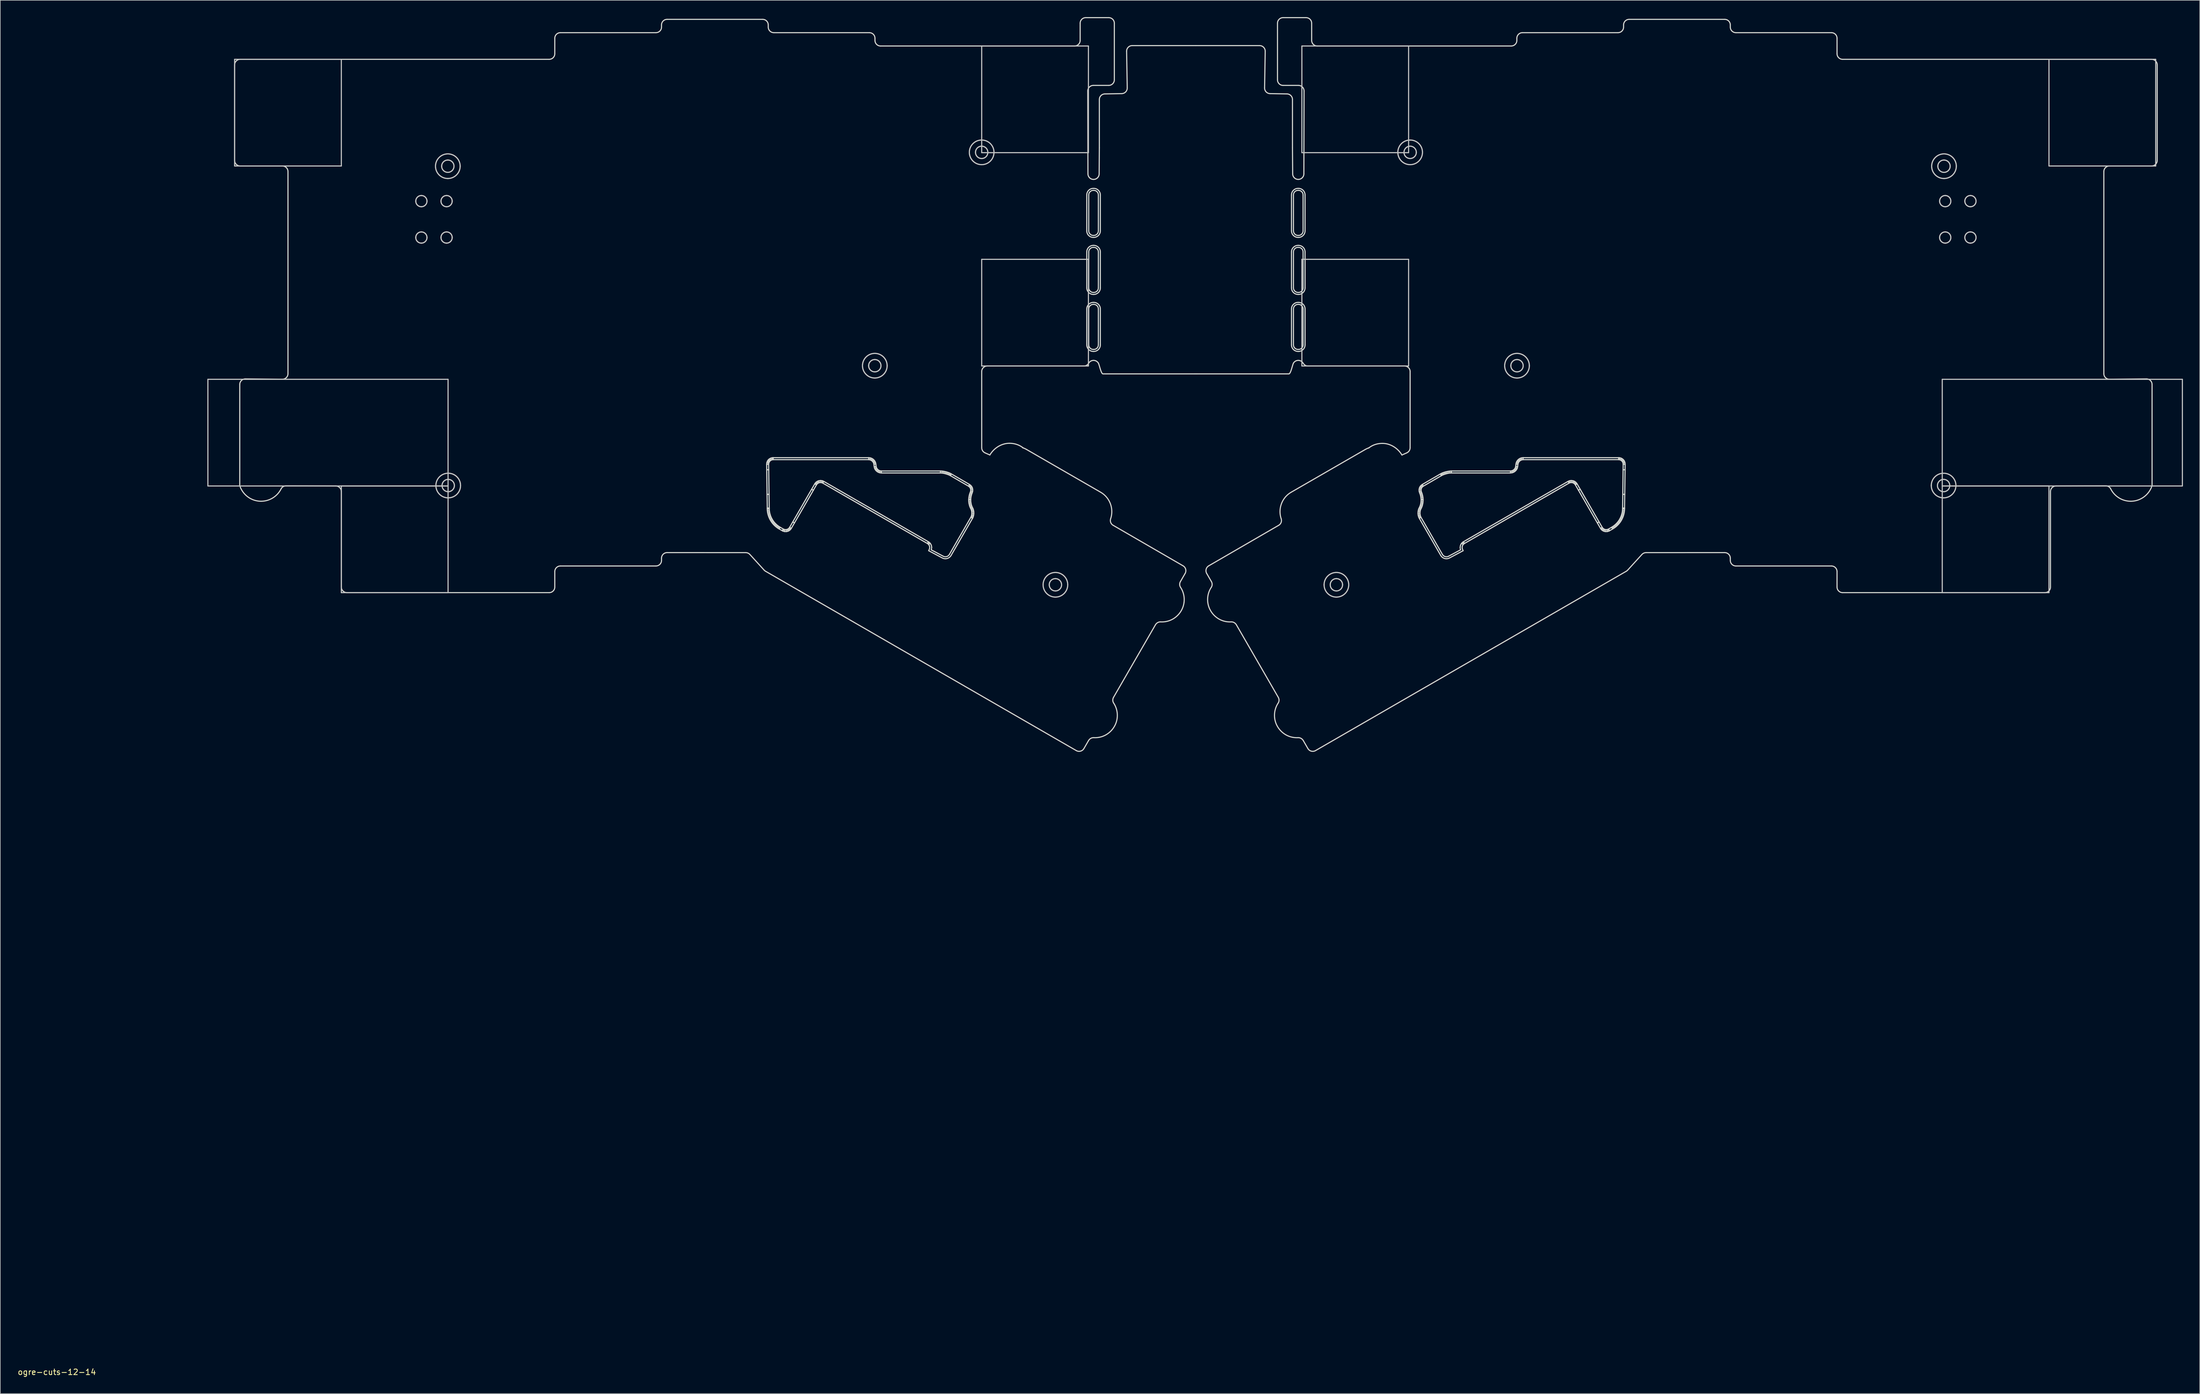
<source format=kicad_pcb>
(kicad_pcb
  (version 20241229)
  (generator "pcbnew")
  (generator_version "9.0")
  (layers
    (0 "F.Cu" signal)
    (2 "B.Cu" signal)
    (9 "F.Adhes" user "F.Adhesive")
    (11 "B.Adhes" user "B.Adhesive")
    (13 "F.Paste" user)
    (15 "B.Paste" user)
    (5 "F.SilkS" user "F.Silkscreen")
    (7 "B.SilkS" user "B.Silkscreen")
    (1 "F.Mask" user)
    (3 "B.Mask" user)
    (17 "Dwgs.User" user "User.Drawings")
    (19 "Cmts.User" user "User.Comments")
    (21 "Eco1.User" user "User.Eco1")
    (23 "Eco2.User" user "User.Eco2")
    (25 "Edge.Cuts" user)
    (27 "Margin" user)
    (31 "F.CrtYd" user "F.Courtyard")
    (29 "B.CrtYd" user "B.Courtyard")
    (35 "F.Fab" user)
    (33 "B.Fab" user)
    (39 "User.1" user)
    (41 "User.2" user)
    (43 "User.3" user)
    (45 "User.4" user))
  (footprint "ogre-cuts-12-14"
    (layer "F.Cu")
    (at 7.101 241.502)
    (property "Reference" "ogre-cuts-12-14" (at 0 0.5 0) (layer "F.SilkS") (effects (font (size 1 1) (thickness 0.15))))
    (attr through_hole)
    (fp_line (start 26.957 -176.807) (end 69.825 -176.807) (stroke (width 0.2) (type solid)) (layer "Dwgs.User"))
    (fp_line (start 26.957 -157.757) (end 26.957 -176.807) (stroke (width 0.2) (type solid)) (layer "Dwgs.User"))
    (fp_line (start 31.725 -233.957) (end 50.775 -233.957) (stroke (width 0.2) (type solid)) (layer "Dwgs.User"))
    (fp_line (start 31.725 -214.907) (end 31.725 -233.957) (stroke (width 0.2) (type solid)) (layer "Dwgs.User"))
    (fp_line (start 50.775 -233.957) (end 50.775 -214.907) (stroke (width 0.2) (type solid)) (layer "Dwgs.User"))
    (fp_line (start 50.775 -214.907) (end 31.725 -214.907) (stroke (width 0.2) (type solid)) (layer "Dwgs.User"))
    (fp_line (start 50.775 -157.757) (end 69.825 -157.757) (stroke (width 0.2) (type solid)) (layer "Dwgs.User"))
    (fp_line (start 50.775 -138.707) (end 50.775 -157.757) (stroke (width 0.2) (type solid)) (layer "Dwgs.User"))
    (fp_line (start 69.825 -176.807) (end 69.825 -157.757) (stroke (width 0.2) (type solid)) (layer "Dwgs.User"))
    (fp_line (start 69.825 -157.757) (end 26.957 -157.757) (stroke (width 0.2) (type solid)) (layer "Dwgs.User"))
    (fp_line (start 69.825 -157.757) (end 69.825 -138.707) (stroke (width 0.2) (type solid)) (layer "Dwgs.User"))
    (fp_line (start 69.825 -138.707) (end 50.775 -138.707) (stroke (width 0.2) (type solid)) (layer "Dwgs.User"))
    (fp_line (start 165.075 -236.337) (end 184.125 -236.337) (stroke (width 0.2) (type solid)) (layer "Dwgs.User"))
    (fp_line (start 165.075 -217.287) (end 165.075 -236.337) (stroke (width 0.2) (type solid)) (layer "Dwgs.User"))
    (fp_line (start 165.075 -198.237) (end 184.125 -198.237) (stroke (width 0.2) (type solid)) (layer "Dwgs.User"))
    (fp_line (start 165.075 -179.187) (end 165.075 -198.237) (stroke (width 0.2) (type solid)) (layer "Dwgs.User"))
    (fp_line (start 184.125 -236.337) (end 184.125 -217.287) (stroke (width 0.2) (type solid)) (layer "Dwgs.User"))
    (fp_line (start 184.125 -217.287) (end 165.075 -217.287) (stroke (width 0.2) (type solid)) (layer "Dwgs.User"))
    (fp_line (start 184.125 -198.237) (end 184.125 -179.187) (stroke (width 0.2) (type solid)) (layer "Dwgs.User"))
    (fp_line (start 184.125 -179.187) (end 165.075 -179.187) (stroke (width 0.2) (type solid)) (layer "Dwgs.User"))
    (fp_line (start 222.225 -236.337) (end 241.275 -236.337) (stroke (width 0.2) (type solid)) (layer "Dwgs.User"))
    (fp_line (start 222.225 -217.287) (end 222.225 -236.337) (stroke (width 0.2) (type solid)) (layer "Dwgs.User"))
    (fp_line (start 222.225 -198.237) (end 241.275 -198.237) (stroke (width 0.2) (type solid)) (layer "Dwgs.User"))
    (fp_line (start 222.225 -179.187) (end 222.225 -198.237) (stroke (width 0.2) (type solid)) (layer "Dwgs.User"))
    (fp_line (start 241.275 -236.337) (end 241.275 -217.287) (stroke (width 0.2) (type solid)) (layer "Dwgs.User"))
    (fp_line (start 241.275 -217.287) (end 222.225 -217.287) (stroke (width 0.2) (type solid)) (layer "Dwgs.User"))
    (fp_line (start 241.275 -198.237) (end 241.275 -179.187) (stroke (width 0.2) (type solid)) (layer "Dwgs.User"))
    (fp_line (start 241.275 -179.187) (end 222.225 -179.187) (stroke (width 0.2) (type solid)) (layer "Dwgs.User"))
    (fp_line (start 336.527 -176.807) (end 379.39 -176.807) (stroke (width 0.2) (type solid)) (layer "Dwgs.User"))
    (fp_line (start 336.527 -157.757) (end 336.527 -176.807) (stroke (width 0.2) (type solid)) (layer "Dwgs.User"))
    (fp_line (start 336.527 -157.757) (end 355.575 -157.757) (stroke (width 0.2) (type solid)) (layer "Dwgs.User"))
    (fp_line (start 336.527 -138.707) (end 336.527 -157.757) (stroke (width 0.2) (type solid)) (layer "Dwgs.User"))
    (fp_line (start 355.575 -233.957) (end 374.625 -233.957) (stroke (width 0.2) (type solid)) (layer "Dwgs.User"))
    (fp_line (start 355.575 -214.907) (end 355.575 -233.957) (stroke (width 0.2) (type solid)) (layer "Dwgs.User"))
    (fp_line (start 355.575 -157.757) (end 355.575 -138.707) (stroke (width 0.2) (type solid)) (layer "Dwgs.User"))
    (fp_line (start 355.575 -138.707) (end 336.527 -138.707) (stroke (width 0.2) (type solid)) (layer "Dwgs.User"))
    (fp_line (start 374.625 -233.957) (end 374.625 -214.907) (stroke (width 0.2) (type solid)) (layer "Dwgs.User"))
    (fp_line (start 374.625 -214.907) (end 355.575 -214.907) (stroke (width 0.2) (type solid)) (layer "Dwgs.User"))
    (fp_line (start 379.39 -176.807) (end 379.39 -157.757) (stroke (width 0.2) (type solid)) (layer "Dwgs.User"))
    (fp_line (start 379.39 -157.757) (end 336.527 -157.757) (stroke (width 0.2) (type solid)) (layer "Dwgs.User"))
    (fp_curve (pts (xy 64.062 -208.631) (xy 64.062 -209.183) (xy 64.51 -209.631) (xy 65.062 -209.631)) (stroke (width 0.2) (type solid)) (layer "Dwgs.User"))
    (fp_curve (pts (xy 64.062 -202.131) (xy 64.062 -202.683) (xy 64.51 -203.131) (xy 65.062 -203.131)) (stroke (width 0.2) (type solid)) (layer "Dwgs.User"))
    (fp_curve (pts (xy 65.062 -209.631) (xy 65.614 -209.631) (xy 66.062 -209.183) (xy 66.062 -208.631)) (stroke (width 0.2) (type solid)) (layer "Dwgs.User"))
    (fp_curve (pts (xy 65.062 -207.631) (xy 64.51 -207.631) (xy 64.062 -208.078) (xy 64.062 -208.631)) (stroke (width 0.2) (type solid)) (layer "Dwgs.User"))
    (fp_curve (pts (xy 65.062 -203.131) (xy 65.614 -203.131) (xy 66.062 -202.683) (xy 66.062 -202.131)) (stroke (width 0.2) (type solid)) (layer "Dwgs.User"))
    (fp_curve (pts (xy 65.062 -201.131) (xy 64.51 -201.131) (xy 64.062 -201.578) (xy 64.062 -202.131)) (stroke (width 0.2) (type solid)) (layer "Dwgs.User"))
    (fp_curve (pts (xy 66.062 -208.631) (xy 66.062 -208.078) (xy 65.614 -207.631) (xy 65.062 -207.631)) (stroke (width 0.2) (type solid)) (layer "Dwgs.User"))
    (fp_curve (pts (xy 66.062 -202.131) (xy 66.062 -201.578) (xy 65.614 -201.131) (xy 65.062 -201.131)) (stroke (width 0.2) (type solid)) (layer "Dwgs.User"))
    (fp_curve (pts (xy 67.583 -214.87) (xy 67.583 -216.085) (xy 68.568 -217.07) (xy 69.783 -217.07)) (stroke (width 0.2) (type solid)) (layer "Dwgs.User"))
    (fp_curve (pts (xy 67.652 -157.835) (xy 67.652 -159.051) (xy 68.637 -160.035) (xy 69.852 -160.035)) (stroke (width 0.2) (type solid)) (layer "Dwgs.User"))
    (fp_curve (pts (xy 68.562 -208.631) (xy 68.562 -209.183) (xy 69.01 -209.631) (xy 69.562 -209.631)) (stroke (width 0.2) (type solid)) (layer "Dwgs.User"))
    (fp_curve (pts (xy 68.562 -202.131) (xy 68.562 -202.683) (xy 69.01 -203.131) (xy 69.562 -203.131)) (stroke (width 0.2) (type solid)) (layer "Dwgs.User"))
    (fp_curve (pts (xy 68.683 -214.87) (xy 68.683 -215.477) (xy 69.176 -215.97) (xy 69.783 -215.97)) (stroke (width 0.2) (type solid)) (layer "Dwgs.User"))
    (fp_curve (pts (xy 68.752 -157.835) (xy 68.752 -158.443) (xy 69.245 -158.935) (xy 69.852 -158.935)) (stroke (width 0.2) (type solid)) (layer "Dwgs.User"))
    (fp_curve (pts (xy 69.562 -209.631) (xy 70.114 -209.631) (xy 70.562 -209.183) (xy 70.562 -208.631)) (stroke (width 0.2) (type solid)) (layer "Dwgs.User"))
    (fp_curve (pts (xy 69.562 -207.631) (xy 69.01 -207.631) (xy 68.562 -208.078) (xy 68.562 -208.631)) (stroke (width 0.2) (type solid)) (layer "Dwgs.User"))
    (fp_curve (pts (xy 69.562 -203.131) (xy 70.114 -203.131) (xy 70.562 -202.683) (xy 70.562 -202.131)) (stroke (width 0.2) (type solid)) (layer "Dwgs.User"))
    (fp_curve (pts (xy 69.562 -201.131) (xy 69.01 -201.131) (xy 68.562 -201.578) (xy 68.562 -202.131)) (stroke (width 0.2) (type solid)) (layer "Dwgs.User"))
    (fp_curve (pts (xy 69.783 -217.07) (xy 70.998 -217.07) (xy 71.983 -216.085) (xy 71.983 -214.87)) (stroke (width 0.2) (type solid)) (layer "Dwgs.User"))
    (fp_curve (pts (xy 69.783 -212.67) (xy 68.568 -212.67) (xy 67.583 -213.655) (xy 67.583 -214.87)) (stroke (width 0.2) (type solid)) (layer "Dwgs.User"))
    (fp_curve (pts (xy 69.783 -215.97) (xy 70.391 -215.97) (xy 70.883 -215.477) (xy 70.883 -214.87)) (stroke (width 0.2) (type solid)) (layer "Dwgs.User"))
    (fp_curve (pts (xy 69.783 -213.77) (xy 69.176 -213.77) (xy 68.683 -214.262) (xy 68.683 -214.87)) (stroke (width 0.2) (type solid)) (layer "Dwgs.User"))
    (fp_curve (pts (xy 69.852 -160.035) (xy 71.067 -160.035) (xy 72.052 -159.051) (xy 72.052 -157.835)) (stroke (width 0.2) (type solid)) (layer "Dwgs.User"))
    (fp_curve (pts (xy 69.852 -155.635) (xy 68.637 -155.635) (xy 67.652 -156.62) (xy 67.652 -157.835)) (stroke (width 0.2) (type solid)) (layer "Dwgs.User"))
    (fp_curve (pts (xy 69.852 -158.935) (xy 70.46 -158.935) (xy 70.952 -158.443) (xy 70.952 -157.835)) (stroke (width 0.2) (type solid)) (layer "Dwgs.User"))
    (fp_curve (pts (xy 69.852 -156.735) (xy 69.245 -156.735) (xy 68.752 -157.228) (xy 68.752 -157.835)) (stroke (width 0.2) (type solid)) (layer "Dwgs.User"))
    (fp_curve (pts (xy 70.562 -208.631) (xy 70.562 -208.078) (xy 70.114 -207.631) (xy 69.562 -207.631)) (stroke (width 0.2) (type solid)) (layer "Dwgs.User"))
    (fp_curve (pts (xy 70.562 -202.131) (xy 70.562 -201.578) (xy 70.114 -201.131) (xy 69.562 -201.131)) (stroke (width 0.2) (type solid)) (layer "Dwgs.User"))
    (fp_curve (pts (xy 70.883 -214.87) (xy 70.883 -214.262) (xy 70.391 -213.77) (xy 69.783 -213.77)) (stroke (width 0.2) (type solid)) (layer "Dwgs.User"))
    (fp_curve (pts (xy 70.952 -157.835) (xy 70.952 -157.228) (xy 70.46 -156.735) (xy 69.852 -156.735)) (stroke (width 0.2) (type solid)) (layer "Dwgs.User"))
    (fp_curve (pts (xy 71.983 -214.87) (xy 71.983 -213.655) (xy 70.998 -212.67) (xy 69.783 -212.67)) (stroke (width 0.2) (type solid)) (layer "Dwgs.User"))
    (fp_curve (pts (xy 72.052 -157.835) (xy 72.052 -156.62) (xy 71.067 -155.635) (xy 69.852 -155.635)) (stroke (width 0.2) (type solid)) (layer "Dwgs.User"))
    (fp_curve (pts (xy 143.796 -179.238) (xy 143.796 -180.453) (xy 144.781 -181.438) (xy 145.996 -181.438)) (stroke (width 0.2) (type solid)) (layer "Dwgs.User"))
    (fp_curve (pts (xy 144.896 -179.238) (xy 144.896 -179.845) (xy 145.389 -180.338) (xy 145.996 -180.338)) (stroke (width 0.2) (type solid)) (layer "Dwgs.User"))
    (fp_curve (pts (xy 145.996 -181.438) (xy 147.211 -181.438) (xy 148.196 -180.453) (xy 148.196 -179.238)) (stroke (width 0.2) (type solid)) (layer "Dwgs.User"))
    (fp_curve (pts (xy 145.996 -180.338) (xy 146.604 -180.338) (xy 147.096 -179.845) (xy 147.096 -179.238)) (stroke (width 0.2) (type solid)) (layer "Dwgs.User"))
    (fp_curve (pts (xy 145.996 -178.138) (xy 145.389 -178.138) (xy 144.896 -178.63) (xy 144.896 -179.238)) (stroke (width 0.2) (type solid)) (layer "Dwgs.User"))
    (fp_curve (pts (xy 145.996 -177.038) (xy 144.781 -177.038) (xy 143.796 -178.023) (xy 143.796 -179.238)) (stroke (width 0.2) (type solid)) (layer "Dwgs.User"))
    (fp_curve (pts (xy 147.096 -179.238) (xy 147.096 -178.63) (xy 146.604 -178.138) (xy 145.996 -178.138)) (stroke (width 0.2) (type solid)) (layer "Dwgs.User"))
    (fp_curve (pts (xy 148.196 -179.238) (xy 148.196 -178.023) (xy 147.211 -177.038) (xy 145.996 -177.038)) (stroke (width 0.2) (type solid)) (layer "Dwgs.User"))
    (fp_curve (pts (xy 162.87 -217.344) (xy 162.87 -218.559) (xy 163.855 -219.544) (xy 165.07 -219.544)) (stroke (width 0.2) (type solid)) (layer "Dwgs.User"))
    (fp_curve (pts (xy 163.97 -217.344) (xy 163.97 -217.951) (xy 164.463 -218.444) (xy 165.07 -218.444)) (stroke (width 0.2) (type solid)) (layer "Dwgs.User"))
    (fp_curve (pts (xy 165.07 -219.544) (xy 166.285 -219.544) (xy 167.27 -218.559) (xy 167.27 -217.344)) (stroke (width 0.2) (type solid)) (layer "Dwgs.User"))
    (fp_curve (pts (xy 165.07 -218.444) (xy 165.678 -218.444) (xy 166.17 -217.951) (xy 166.17 -217.344)) (stroke (width 0.2) (type solid)) (layer "Dwgs.User"))
    (fp_curve (pts (xy 165.07 -216.244) (xy 164.463 -216.244) (xy 163.97 -216.736) (xy 163.97 -217.344)) (stroke (width 0.2) (type solid)) (layer "Dwgs.User"))
    (fp_curve (pts (xy 165.07 -215.144) (xy 163.855 -215.144) (xy 162.87 -216.129) (xy 162.87 -217.344)) (stroke (width 0.2) (type solid)) (layer "Dwgs.User"))
    (fp_curve (pts (xy 166.17 -217.344) (xy 166.17 -216.736) (xy 165.678 -216.244) (xy 165.07 -216.244)) (stroke (width 0.2) (type solid)) (layer "Dwgs.User"))
    (fp_curve (pts (xy 167.27 -217.344) (xy 167.27 -216.129) (xy 166.285 -215.144) (xy 165.07 -215.144)) (stroke (width 0.2) (type solid)) (layer "Dwgs.User"))
    (fp_curve (pts (xy 176.033 -140.111) (xy 176.033 -141.326) (xy 177.018 -142.311) (xy 178.233 -142.311)) (stroke (width 0.2) (type solid)) (layer "Dwgs.User"))
    (fp_curve (pts (xy 177.133 -140.111) (xy 177.133 -140.718) (xy 177.626 -141.211) (xy 178.233 -141.211)) (stroke (width 0.2) (type solid)) (layer "Dwgs.User"))
    (fp_curve (pts (xy 178.233 -142.311) (xy 179.448 -142.311) (xy 180.433 -141.326) (xy 180.433 -140.111)) (stroke (width 0.2) (type solid)) (layer "Dwgs.User"))
    (fp_curve (pts (xy 178.233 -141.211) (xy 178.841 -141.211) (xy 179.333 -140.718) (xy 179.333 -140.111)) (stroke (width 0.2) (type solid)) (layer "Dwgs.User"))
    (fp_curve (pts (xy 178.233 -139.011) (xy 177.626 -139.011) (xy 177.133 -139.503) (xy 177.133 -140.111)) (stroke (width 0.2) (type solid)) (layer "Dwgs.User"))
    (fp_curve (pts (xy 178.233 -137.911) (xy 177.018 -137.911) (xy 176.033 -138.896) (xy 176.033 -140.111)) (stroke (width 0.2) (type solid)) (layer "Dwgs.User"))
    (fp_curve (pts (xy 179.333 -140.111) (xy 179.333 -139.503) (xy 178.841 -139.011) (xy 178.233 -139.011)) (stroke (width 0.2) (type solid)) (layer "Dwgs.User"))
    (fp_curve (pts (xy 180.433 -140.111) (xy 180.433 -138.896) (xy 179.448 -137.911) (xy 178.233 -137.911)) (stroke (width 0.2) (type solid)) (layer "Dwgs.User"))
    (fp_curve (pts (xy 226.188 -140.111) (xy 226.188 -138.896) (xy 227.173 -137.911) (xy 228.388 -137.911)) (stroke (width 0.2) (type solid)) (layer "Dwgs.User"))
    (fp_curve (pts (xy 227.288 -140.111) (xy 227.288 -139.503) (xy 227.78 -139.011) (xy 228.388 -139.011)) (stroke (width 0.2) (type solid)) (layer "Dwgs.User"))
    (fp_curve (pts (xy 228.388 -142.311) (xy 227.173 -142.311) (xy 226.188 -141.326) (xy 226.188 -140.111)) (stroke (width 0.2) (type solid)) (layer "Dwgs.User"))
    (fp_curve (pts (xy 228.388 -141.211) (xy 227.78 -141.211) (xy 227.288 -140.718) (xy 227.288 -140.111)) (stroke (width 0.2) (type solid)) (layer "Dwgs.User"))
    (fp_curve (pts (xy 228.388 -139.011) (xy 228.995 -139.011) (xy 229.488 -139.503) (xy 229.488 -140.111)) (stroke (width 0.2) (type solid)) (layer "Dwgs.User"))
    (fp_curve (pts (xy 228.388 -137.911) (xy 229.603 -137.911) (xy 230.588 -138.896) (xy 230.588 -140.111)) (stroke (width 0.2) (type solid)) (layer "Dwgs.User"))
    (fp_curve (pts (xy 229.488 -140.111) (xy 229.488 -140.718) (xy 228.995 -141.211) (xy 228.388 -141.211)) (stroke (width 0.2) (type solid)) (layer "Dwgs.User"))
    (fp_curve (pts (xy 230.588 -140.111) (xy 230.588 -141.326) (xy 229.603 -142.311) (xy 228.388 -142.311)) (stroke (width 0.2) (type solid)) (layer "Dwgs.User"))
    (fp_curve (pts (xy 239.351 -217.344) (xy 239.351 -216.129) (xy 240.336 -215.144) (xy 241.551 -215.144)) (stroke (width 0.2) (type solid)) (layer "Dwgs.User"))
    (fp_curve (pts (xy 240.451 -217.344) (xy 240.451 -216.736) (xy 240.943 -216.244) (xy 241.551 -216.244)) (stroke (width 0.2) (type solid)) (layer "Dwgs.User"))
    (fp_curve (pts (xy 241.551 -219.544) (xy 240.336 -219.544) (xy 239.351 -218.559) (xy 239.351 -217.344)) (stroke (width 0.2) (type solid)) (layer "Dwgs.User"))
    (fp_curve (pts (xy 241.551 -218.444) (xy 240.943 -218.444) (xy 240.451 -217.951) (xy 240.451 -217.344)) (stroke (width 0.2) (type solid)) (layer "Dwgs.User"))
    (fp_curve (pts (xy 241.551 -216.244) (xy 242.158 -216.244) (xy 242.651 -216.736) (xy 242.651 -217.344)) (stroke (width 0.2) (type solid)) (layer "Dwgs.User"))
    (fp_curve (pts (xy 241.551 -215.144) (xy 242.766 -215.144) (xy 243.751 -216.129) (xy 243.751 -217.344)) (stroke (width 0.2) (type solid)) (layer "Dwgs.User"))
    (fp_curve (pts (xy 242.651 -217.344) (xy 242.651 -217.951) (xy 242.158 -218.444) (xy 241.551 -218.444)) (stroke (width 0.2) (type solid)) (layer "Dwgs.User"))
    (fp_curve (pts (xy 243.751 -217.344) (xy 243.751 -218.559) (xy 242.766 -219.544) (xy 241.551 -219.544)) (stroke (width 0.2) (type solid)) (layer "Dwgs.User"))
    (fp_curve (pts (xy 258.425 -179.238) (xy 258.425 -178.023) (xy 259.41 -177.038) (xy 260.625 -177.038)) (stroke (width 0.2) (type solid)) (layer "Dwgs.User"))
    (fp_curve (pts (xy 259.525 -179.238) (xy 259.525 -178.63) (xy 260.017 -178.138) (xy 260.625 -178.138)) (stroke (width 0.2) (type solid)) (layer "Dwgs.User"))
    (fp_curve (pts (xy 260.625 -181.438) (xy 259.41 -181.438) (xy 258.425 -180.453) (xy 258.425 -179.238)) (stroke (width 0.2) (type solid)) (layer "Dwgs.User"))
    (fp_curve (pts (xy 260.625 -180.338) (xy 260.017 -180.338) (xy 259.525 -179.845) (xy 259.525 -179.238)) (stroke (width 0.2) (type solid)) (layer "Dwgs.User"))
    (fp_curve (pts (xy 260.625 -178.138) (xy 261.232 -178.138) (xy 261.725 -178.63) (xy 261.725 -179.238)) (stroke (width 0.2) (type solid)) (layer "Dwgs.User"))
    (fp_curve (pts (xy 260.625 -177.038) (xy 261.84 -177.038) (xy 262.825 -178.023) (xy 262.825 -179.238)) (stroke (width 0.2) (type solid)) (layer "Dwgs.User"))
    (fp_curve (pts (xy 261.725 -179.238) (xy 261.725 -179.845) (xy 261.232 -180.338) (xy 260.625 -180.338)) (stroke (width 0.2) (type solid)) (layer "Dwgs.User"))
    (fp_curve (pts (xy 262.825 -179.238) (xy 262.825 -180.453) (xy 261.84 -181.438) (xy 260.625 -181.438)) (stroke (width 0.2) (type solid)) (layer "Dwgs.User"))
    (fp_curve (pts (xy 334.569 -157.835) (xy 334.569 -156.62) (xy 335.554 -155.635) (xy 336.769 -155.635)) (stroke (width 0.2) (type solid)) (layer "Dwgs.User"))
    (fp_curve (pts (xy 334.638 -214.87) (xy 334.638 -213.655) (xy 335.622 -212.67) (xy 336.838 -212.67)) (stroke (width 0.2) (type solid)) (layer "Dwgs.User"))
    (fp_curve (pts (xy 335.669 -157.835) (xy 335.669 -157.228) (xy 336.161 -156.735) (xy 336.769 -156.735)) (stroke (width 0.2) (type solid)) (layer "Dwgs.User"))
    (fp_curve (pts (xy 335.738 -214.87) (xy 335.738 -214.262) (xy 336.23 -213.77) (xy 336.838 -213.77)) (stroke (width 0.2) (type solid)) (layer "Dwgs.User"))
    (fp_curve (pts (xy 336.059 -208.631) (xy 336.059 -208.078) (xy 336.507 -207.631) (xy 337.059 -207.631)) (stroke (width 0.2) (type solid)) (layer "Dwgs.User"))
    (fp_curve (pts (xy 336.059 -202.131) (xy 336.059 -201.578) (xy 336.507 -201.131) (xy 337.059 -201.131)) (stroke (width 0.2) (type solid)) (layer "Dwgs.User"))
    (fp_curve (pts (xy 336.769 -160.035) (xy 335.554 -160.035) (xy 334.569 -159.051) (xy 334.569 -157.835)) (stroke (width 0.2) (type solid)) (layer "Dwgs.User"))
    (fp_curve (pts (xy 336.769 -158.935) (xy 336.161 -158.935) (xy 335.669 -158.443) (xy 335.669 -157.835)) (stroke (width 0.2) (type solid)) (layer "Dwgs.User"))
    (fp_curve (pts (xy 336.769 -156.735) (xy 337.376 -156.735) (xy 337.869 -157.228) (xy 337.869 -157.835)) (stroke (width 0.2) (type solid)) (layer "Dwgs.User"))
    (fp_curve (pts (xy 336.769 -155.635) (xy 337.984 -155.635) (xy 338.969 -156.62) (xy 338.969 -157.835)) (stroke (width 0.2) (type solid)) (layer "Dwgs.User"))
    (fp_curve (pts (xy 336.838 -217.07) (xy 335.622 -217.07) (xy 334.638 -216.085) (xy 334.638 -214.87)) (stroke (width 0.2) (type solid)) (layer "Dwgs.User"))
    (fp_curve (pts (xy 336.838 -215.97) (xy 336.23 -215.97) (xy 335.738 -215.477) (xy 335.738 -214.87)) (stroke (width 0.2) (type solid)) (layer "Dwgs.User"))
    (fp_curve (pts (xy 336.838 -213.77) (xy 337.445 -213.77) (xy 337.938 -214.262) (xy 337.938 -214.87)) (stroke (width 0.2) (type solid)) (layer "Dwgs.User"))
    (fp_curve (pts (xy 336.838 -212.67) (xy 338.053 -212.67) (xy 339.038 -213.655) (xy 339.038 -214.87)) (stroke (width 0.2) (type solid)) (layer "Dwgs.User"))
    (fp_curve (pts (xy 337.059 -209.631) (xy 336.507 -209.631) (xy 336.059 -209.183) (xy 336.059 -208.631)) (stroke (width 0.2) (type solid)) (layer "Dwgs.User"))
    (fp_curve (pts (xy 337.059 -207.631) (xy 337.611 -207.631) (xy 338.059 -208.078) (xy 338.059 -208.631)) (stroke (width 0.2) (type solid)) (layer "Dwgs.User"))
    (fp_curve (pts (xy 337.059 -203.131) (xy 336.507 -203.131) (xy 336.059 -202.683) (xy 336.059 -202.131)) (stroke (width 0.2) (type solid)) (layer "Dwgs.User"))
    (fp_curve (pts (xy 337.059 -201.131) (xy 337.611 -201.131) (xy 338.059 -201.578) (xy 338.059 -202.131)) (stroke (width 0.2) (type solid)) (layer "Dwgs.User"))
    (fp_curve (pts (xy 337.869 -157.835) (xy 337.869 -158.443) (xy 337.376 -158.935) (xy 336.769 -158.935)) (stroke (width 0.2) (type solid)) (layer "Dwgs.User"))
    (fp_curve (pts (xy 337.938 -214.87) (xy 337.938 -215.477) (xy 337.445 -215.97) (xy 336.838 -215.97)) (stroke (width 0.2) (type solid)) (layer "Dwgs.User"))
    (fp_curve (pts (xy 338.059 -208.631) (xy 338.059 -209.183) (xy 337.611 -209.631) (xy 337.059 -209.631)) (stroke (width 0.2) (type solid)) (layer "Dwgs.User"))
    (fp_curve (pts (xy 338.059 -202.131) (xy 338.059 -202.683) (xy 337.611 -203.131) (xy 337.059 -203.131)) (stroke (width 0.2) (type solid)) (layer "Dwgs.User"))
    (fp_curve (pts (xy 338.969 -157.835) (xy 338.969 -159.051) (xy 337.984 -160.035) (xy 336.769 -160.035)) (stroke (width 0.2) (type solid)) (layer "Dwgs.User"))
    (fp_curve (pts (xy 339.038 -214.87) (xy 339.038 -216.085) (xy 338.053 -217.07) (xy 336.838 -217.07)) (stroke (width 0.2) (type solid)) (layer "Dwgs.User"))
    (fp_curve (pts (xy 340.559 -208.631) (xy 340.559 -208.078) (xy 341.007 -207.631) (xy 341.559 -207.631)) (stroke (width 0.2) (type solid)) (layer "Dwgs.User"))
    (fp_curve (pts (xy 340.559 -202.131) (xy 340.559 -201.578) (xy 341.007 -201.131) (xy 341.559 -201.131)) (stroke (width 0.2) (type solid)) (layer "Dwgs.User"))
    (fp_curve (pts (xy 341.559 -209.631) (xy 341.007 -209.631) (xy 340.559 -209.183) (xy 340.559 -208.631)) (stroke (width 0.2) (type solid)) (layer "Dwgs.User"))
    (fp_curve (pts (xy 341.559 -207.631) (xy 342.111 -207.631) (xy 342.559 -208.078) (xy 342.559 -208.631)) (stroke (width 0.2) (type solid)) (layer "Dwgs.User"))
    (fp_curve (pts (xy 341.559 -203.131) (xy 341.007 -203.131) (xy 340.559 -202.683) (xy 340.559 -202.131)) (stroke (width 0.2) (type solid)) (layer "Dwgs.User"))
    (fp_curve (pts (xy 341.559 -201.131) (xy 342.111 -201.131) (xy 342.559 -201.578) (xy 342.559 -202.131)) (stroke (width 0.2) (type solid)) (layer "Dwgs.User"))
    (fp_curve (pts (xy 342.559 -208.631) (xy 342.559 -209.183) (xy 342.111 -209.631) (xy 341.559 -209.631)) (stroke (width 0.2) (type solid)) (layer "Dwgs.User"))
    (fp_curve (pts (xy 342.559 -202.131) (xy 342.559 -202.683) (xy 342.111 -203.131) (xy 341.559 -203.131)) (stroke (width 0.2) (type solid)) (layer "Dwgs.User"))
    (fp_line (start 126.694 -161.633) (end 127.047 -161.638) (stroke (width 0.2) (type solid)) (layer "Edge.Cuts"))
    (fp_line (start 126.695 -161.657) (end 126.729 -161.924) (stroke (width 0.2) (type solid)) (layer "Edge.Cuts"))
    (fp_line (start 126.707 -160.655) (end 126.694 -161.633) (stroke (width 0.2) (type solid)) (layer "Edge.Cuts"))
    (fp_line (start 126.707 -160.655) (end 127.06 -160.66) (stroke (width 0.2) (type solid)) (layer "Edge.Cuts"))
    (fp_line (start 126.729 -161.924) (end 127.079 -161.88) (stroke (width 0.2) (type solid)) (layer "Edge.Cuts"))
    (fp_line (start 126.739 -161.966) (end 126.823 -162.182) (stroke (width 0.2) (type solid)) (layer "Edge.Cuts"))
    (fp_line (start 126.765 -156.258) (end 126.707 -160.655) (stroke (width 0.2) (type solid)) (layer "Edge.Cuts"))
    (fp_line (start 126.765 -156.258) (end 127.118 -156.263) (stroke (width 0.2) (type solid)) (layer "Edge.Cuts"))
    (fp_line (start 126.801 -153.82) (end 127.153 -153.82) (stroke (width 0.2) (type solid)) (layer "Edge.Cuts"))
    (fp_line (start 126.801 -153.817) (end 126.765 -156.258) (stroke (width 0.2) (type solid)) (layer "Edge.Cuts"))
    (fp_line (start 126.801 -153.662) (end 126.801 -153.82) (stroke (width 0.2) (type solid)) (layer "Edge.Cuts"))
    (fp_line (start 126.801 -153.653) (end 127.153 -153.672) (stroke (width 0.2) (type solid)) (layer "Edge.Cuts"))
    (fp_line (start 126.816 -153.366) (end 126.801 -153.653) (stroke (width 0.2) (type solid)) (layer "Edge.Cuts"))
    (fp_line (start 126.818 -153.352) (end 127.167 -153.399) (stroke (width 0.2) (type solid)) (layer "Edge.Cuts"))
    (fp_line (start 126.823 -162.182) (end 127.152 -162.054) (stroke (width 0.2) (type solid)) (layer "Edge.Cuts"))
    (fp_line (start 126.843 -162.219) (end 126.967 -162.397) (stroke (width 0.2) (type solid)) (layer "Edge.Cuts"))
    (fp_line (start 126.853 -153.085) (end 126.818 -153.352) (stroke (width 0.2) (type solid)) (layer "Edge.Cuts"))
    (fp_line (start 126.855 -153.076) (end 127.201 -153.142) (stroke (width 0.2) (type solid)) (layer "Edge.Cuts"))
    (fp_line (start 126.903 -152.822) (end 126.855 -153.076) (stroke (width 0.2) (type solid)) (layer "Edge.Cuts"))
    (fp_line (start 126.906 -152.809) (end 127.247 -152.9) (stroke (width 0.2) (type solid)) (layer "Edge.Cuts"))
    (fp_line (start 126.967 -162.397) (end 127.256 -162.195) (stroke (width 0.2) (type solid)) (layer "Edge.Cuts"))
    (fp_line (start 126.969 -152.571) (end 126.906 -152.809) (stroke (width 0.2) (type solid)) (layer "Edge.Cuts"))
    (fp_line (start 126.972 -152.562) (end 127.308 -152.67) (stroke (width 0.2) (type solid)) (layer "Edge.Cuts"))
    (fp_line (start 126.991 -162.425) (end 127.146 -162.569) (stroke (width 0.2) (type solid)) (layer "Edge.Cuts"))
    (fp_line (start 127.045 -161.614) (end 126.695 -161.657) (stroke (width 0.2) (type solid)) (layer "Edge.Cuts"))
    (fp_line (start 127.045 -152.333) (end 126.972 -152.562) (stroke (width 0.2) (type solid)) (layer "Edge.Cuts"))
    (fp_line (start 127.047 -161.638) (end 127.06 -160.66) (stroke (width 0.2) (type solid)) (layer "Edge.Cuts"))
    (fp_line (start 127.049 -152.324) (end 127.378 -152.451) (stroke (width 0.2) (type solid)) (layer "Edge.Cuts"))
    (fp_line (start 127.06 -160.66) (end 127.118 -156.263) (stroke (width 0.2) (type solid)) (layer "Edge.Cuts"))
    (fp_line (start 127.06 -160.66) (end 126.707 -160.655) (stroke (width 0.2) (type solid)) (layer "Edge.Cuts"))
    (fp_line (start 127.068 -161.838) (end 126.739 -161.966) (stroke (width 0.2) (type solid)) (layer "Edge.Cuts"))
    (fp_line (start 127.079 -161.88) (end 127.045 -161.614) (stroke (width 0.2) (type solid)) (layer "Edge.Cuts"))
    (fp_line (start 127.118 -156.263) (end 127.153 -153.823) (stroke (width 0.2) (type solid)) (layer "Edge.Cuts"))
    (fp_line (start 127.118 -156.263) (end 126.765 -156.258) (stroke (width 0.2) (type solid)) (layer "Edge.Cuts"))
    (fp_line (start 127.132 -162.017) (end 126.843 -162.219) (stroke (width 0.2) (type solid)) (layer "Edge.Cuts"))
    (fp_line (start 127.133 -152.108) (end 127.049 -152.324) (stroke (width 0.2) (type solid)) (layer "Edge.Cuts"))
    (fp_line (start 127.137 -152.097) (end 127.457 -152.246) (stroke (width 0.2) (type solid)) (layer "Edge.Cuts"))
    (fp_line (start 127.146 -162.569) (end 127.387 -162.312) (stroke (width 0.2) (type solid)) (layer "Edge.Cuts"))
    (fp_line (start 127.152 -162.054) (end 127.068 -161.838) (stroke (width 0.2) (type solid)) (layer "Edge.Cuts"))
    (fp_line (start 127.153 -153.672) (end 127.169 -153.385) (stroke (width 0.2) (type solid)) (layer "Edge.Cuts"))
    (fp_line (start 127.153 -153.823) (end 126.801 -153.817) (stroke (width 0.2) (type solid)) (layer "Edge.Cuts"))
    (fp_line (start 127.153 -153.82) (end 127.153 -153.662) (stroke (width 0.2) (type solid)) (layer "Edge.Cuts"))
    (fp_line (start 127.153 -153.662) (end 126.801 -153.662) (stroke (width 0.2) (type solid)) (layer "Edge.Cuts"))
    (fp_line (start 127.167 -153.399) (end 127.203 -153.132) (stroke (width 0.2) (type solid)) (layer "Edge.Cuts"))
    (fp_line (start 127.169 -153.385) (end 126.816 -153.366) (stroke (width 0.2) (type solid)) (layer "Edge.Cuts"))
    (fp_line (start 127.179 -162.594) (end 127.369 -162.703) (stroke (width 0.2) (type solid)) (layer "Edge.Cuts"))
    (fp_line (start 127.201 -153.142) (end 127.249 -152.888) (stroke (width 0.2) (type solid)) (layer "Edge.Cuts"))
    (fp_line (start 127.203 -153.132) (end 126.853 -153.085) (stroke (width 0.2) (type solid)) (layer "Edge.Cuts"))
    (fp_line (start 127.232 -162.167) (end 126.991 -162.425) (stroke (width 0.2) (type solid)) (layer "Edge.Cuts"))
    (fp_line (start 127.234 -151.889) (end 127.137 -152.097) (stroke (width 0.2) (type solid)) (layer "Edge.Cuts"))
    (fp_line (start 127.238 -151.881) (end 127.55 -152.045) (stroke (width 0.2) (type solid)) (layer "Edge.Cuts"))
    (fp_line (start 127.247 -152.9) (end 127.31 -152.661) (stroke (width 0.2) (type solid)) (layer "Edge.Cuts"))
    (fp_line (start 127.249 -152.888) (end 126.903 -152.822) (stroke (width 0.2) (type solid)) (layer "Edge.Cuts"))
    (fp_line (start 127.256 -162.195) (end 127.132 -162.017) (stroke (width 0.2) (type solid)) (layer "Edge.Cuts"))
    (fp_line (start 127.308 -152.67) (end 127.381 -152.441) (stroke (width 0.2) (type solid)) (layer "Edge.Cuts"))
    (fp_line (start 127.31 -152.661) (end 126.969 -152.571) (stroke (width 0.2) (type solid)) (layer "Edge.Cuts"))
    (fp_line (start 127.342 -151.683) (end 127.238 -151.881) (stroke (width 0.2) (type solid)) (layer "Edge.Cuts"))
    (fp_line (start 127.346 -151.675) (end 127.65 -151.855) (stroke (width 0.2) (type solid)) (layer "Edge.Cuts"))
    (fp_line (start 127.354 -162.288) (end 127.179 -162.594) (stroke (width 0.2) (type solid)) (layer "Edge.Cuts"))
    (fp_line (start 127.369 -162.703) (end 127.545 -162.397) (stroke (width 0.2) (type solid)) (layer "Edge.Cuts"))
    (fp_line (start 127.378 -152.451) (end 127.462 -152.235) (stroke (width 0.2) (type solid)) (layer "Edge.Cuts"))
    (fp_line (start 127.381 -152.441) (end 127.045 -152.333) (stroke (width 0.2) (type solid)) (layer "Edge.Cuts"))
    (fp_line (start 127.387 -162.312) (end 127.232 -162.167) (stroke (width 0.2) (type solid)) (layer "Edge.Cuts"))
    (fp_line (start 127.405 -162.718) (end 127.636 -162.79) (stroke (width 0.2) (type solid)) (layer "Edge.Cuts"))
    (fp_line (start 127.457 -152.246) (end 127.554 -152.037) (stroke (width 0.2) (type solid)) (layer "Edge.Cuts"))
    (fp_line (start 127.46 -151.482) (end 127.346 -151.675) (stroke (width 0.2) (type solid)) (layer "Edge.Cuts"))
    (fp_line (start 127.462 -152.235) (end 127.133 -152.108) (stroke (width 0.2) (type solid)) (layer "Edge.Cuts"))
    (fp_line (start 127.466 -151.473) (end 127.758 -151.671) (stroke (width 0.2) (type solid)) (layer "Edge.Cuts"))
    (fp_line (start 127.509 -162.381) (end 127.405 -162.718) (stroke (width 0.2) (type solid)) (layer "Edge.Cuts"))
    (fp_line (start 127.545 -162.397) (end 127.354 -162.288) (stroke (width 0.2) (type solid)) (layer "Edge.Cuts"))
    (fp_line (start 127.55 -152.045) (end 127.654 -151.847) (stroke (width 0.2) (type solid)) (layer "Edge.Cuts"))
    (fp_line (start 127.554 -152.037) (end 127.234 -151.889) (stroke (width 0.2) (type solid)) (layer "Edge.Cuts"))
    (fp_line (start 127.588 -151.293) (end 127.466 -151.473) (stroke (width 0.2) (type solid)) (layer "Edge.Cuts"))
    (fp_line (start 127.593 -151.286) (end 127.875 -151.498) (stroke (width 0.2) (type solid)) (layer "Edge.Cuts"))
    (fp_line (start 127.636 -162.79) (end 127.74 -162.452) (stroke (width 0.2) (type solid)) (layer "Edge.Cuts"))
    (fp_line (start 127.65 -151.855) (end 127.764 -151.662) (stroke (width 0.2) (type solid)) (layer "Edge.Cuts"))
    (fp_line (start 127.654 -151.847) (end 127.342 -151.683) (stroke (width 0.2) (type solid)) (layer "Edge.Cuts"))
    (fp_line (start 127.672 -162.797) (end 127.84 -162.812) (stroke (width 0.2) (type solid)) (layer "Edge.Cuts"))
    (fp_line (start 127.704 -162.445) (end 127.672 -162.797) (stroke (width 0.2) (type solid)) (layer "Edge.Cuts"))
    (fp_line (start 127.725 -151.11) (end 127.593 -151.286) (stroke (width 0.2) (type solid)) (layer "Edge.Cuts"))
    (fp_line (start 127.731 -151.102) (end 128.001 -151.33) (stroke (width 0.2) (type solid)) (layer "Edge.Cuts"))
    (fp_line (start 127.74 -162.452) (end 127.509 -162.381) (stroke (width 0.2) (type solid)) (layer "Edge.Cuts"))
    (fp_line (start 127.758 -151.671) (end 127.88 -151.49) (stroke (width 0.2) (type solid)) (layer "Edge.Cuts"))
    (fp_line (start 127.764 -151.662) (end 127.46 -151.482) (stroke (width 0.2) (type solid)) (layer "Edge.Cuts"))
    (fp_line (start 127.84 -162.812) (end 127.872 -162.461) (stroke (width 0.2) (type solid)) (layer "Edge.Cuts"))
    (fp_line (start 127.856 -162.813) (end 144.907 -162.813) (stroke (width 0.2) (type solid)) (layer "Edge.Cuts"))
    (fp_line (start 127.856 -162.46) (end 127.856 -162.813) (stroke (width 0.2) (type solid)) (layer "Edge.Cuts"))
    (fp_line (start 127.871 -150.937) (end 127.731 -151.102) (stroke (width 0.2) (type solid)) (layer "Edge.Cuts"))
    (fp_line (start 127.872 -162.461) (end 127.704 -162.445) (stroke (width 0.2) (type solid)) (layer "Edge.Cuts"))
    (fp_line (start 127.875 -151.498) (end 128.007 -151.322) (stroke (width 0.2) (type solid)) (layer "Edge.Cuts"))
    (fp_line (start 127.878 -150.93) (end 128.134 -151.173) (stroke (width 0.2) (type solid)) (layer "Edge.Cuts"))
    (fp_line (start 127.88 -151.49) (end 127.588 -151.293) (stroke (width 0.2) (type solid)) (layer "Edge.Cuts"))
    (fp_line (start 128.001 -151.33) (end 128.14 -151.165) (stroke (width 0.2) (type solid)) (layer "Edge.Cuts"))
    (fp_line (start 128.007 -151.322) (end 127.725 -151.11) (stroke (width 0.2) (type solid)) (layer "Edge.Cuts"))
    (fp_line (start 128.025 -150.775) (end 127.878 -150.93) (stroke (width 0.2) (type solid)) (layer "Edge.Cuts"))
    (fp_line (start 128.031 -150.769) (end 128.276 -151.023) (stroke (width 0.2) (type solid)) (layer "Edge.Cuts"))
    (fp_line (start 128.134 -151.173) (end 128.281 -151.018) (stroke (width 0.2) (type solid)) (layer "Edge.Cuts"))
    (fp_line (start 128.14 -151.165) (end 127.871 -150.937) (stroke (width 0.2) (type solid)) (layer "Edge.Cuts"))
    (fp_line (start 128.183 -150.622) (end 128.031 -150.769) (stroke (width 0.2) (type solid)) (layer "Edge.Cuts"))
    (fp_line (start 128.19 -150.615) (end 128.421 -150.883) (stroke (width 0.2) (type solid)) (layer "Edge.Cuts"))
    (fp_line (start 128.276 -151.023) (end 128.428 -150.876) (stroke (width 0.2) (type solid)) (layer "Edge.Cuts"))
    (fp_line (start 128.281 -151.018) (end 128.025 -150.775) (stroke (width 0.2) (type solid)) (layer "Edge.Cuts"))
    (fp_line (start 128.356 -150.473) (end 128.19 -150.615) (stroke (width 0.2) (type solid)) (layer "Edge.Cuts"))
    (fp_line (start 128.364 -150.466) (end 128.578 -150.747) (stroke (width 0.2) (type solid)) (layer "Edge.Cuts"))
    (fp_line (start 128.421 -150.883) (end 128.586 -150.74) (stroke (width 0.2) (type solid)) (layer "Edge.Cuts"))
    (fp_line (start 128.428 -150.876) (end 128.183 -150.622) (stroke (width 0.2) (type solid)) (layer "Edge.Cuts"))
    (fp_line (start 128.536 -150.335) (end 128.364 -150.466) (stroke (width 0.2) (type solid)) (layer "Edge.Cuts"))
    (fp_line (start 128.542 -150.33) (end 128.744 -150.619) (stroke (width 0.2) (type solid)) (layer "Edge.Cuts"))
    (fp_line (start 128.578 -150.747) (end 128.75 -150.615) (stroke (width 0.2) (type solid)) (layer "Edge.Cuts"))
    (fp_line (start 128.586 -150.74) (end 128.356 -150.473) (stroke (width 0.2) (type solid)) (layer "Edge.Cuts"))
    (fp_line (start 128.72 -150.206) (end 128.542 -150.33) (stroke (width 0.2) (type solid)) (layer "Edge.Cuts"))
    (fp_line (start 128.73 -150.199) (end 128.913 -150.501) (stroke (width 0.2) (type solid)) (layer "Edge.Cuts"))
    (fp_line (start 128.744 -150.619) (end 128.922 -150.495) (stroke (width 0.2) (type solid)) (layer "Edge.Cuts"))
    (fp_line (start 128.75 -150.615) (end 128.536 -150.335) (stroke (width 0.2) (type solid)) (layer "Edge.Cuts"))
    (fp_line (start 128.913 -150.501) (end 129.101 -150.387) (stroke (width 0.2) (type solid)) (layer "Edge.Cuts"))
    (fp_line (start 128.918 -150.085) (end 128.73 -150.199) (stroke (width 0.2) (type solid)) (layer "Edge.Cuts"))
    (fp_line (start 128.921 -150.083) (end 129.098 -150.389) (stroke (width 0.2) (type solid)) (layer "Edge.Cuts"))
    (fp_line (start 128.922 -150.495) (end 128.72 -150.206) (stroke (width 0.2) (type solid)) (layer "Edge.Cuts"))
    (fp_line (start 129.009 -150.236) (end 129.009 -150.236) (stroke (width 0.2) (type solid)) (layer "Edge.Cuts"))
    (fp_line (start 129.098 -150.389) (end 129.664 -150.061) (stroke (width 0.2) (type solid)) (layer "Edge.Cuts"))
    (fp_line (start 129.101 -150.387) (end 128.918 -150.085) (stroke (width 0.2) (type solid)) (layer "Edge.Cuts"))
    (fp_line (start 129.487 -149.756) (end 128.921 -150.083) (stroke (width 0.2) (type solid)) (layer "Edge.Cuts"))
    (fp_line (start 129.499 -149.749) (end 129.652 -150.067) (stroke (width 0.2) (type solid)) (layer "Edge.Cuts"))
    (fp_line (start 129.616 -149.693) (end 129.499 -149.749) (stroke (width 0.2) (type solid)) (layer "Edge.Cuts"))
    (fp_line (start 129.644 -149.683) (end 129.74 -150.022) (stroke (width 0.2) (type solid)) (layer "Edge.Cuts"))
    (fp_line (start 129.652 -150.067) (end 129.768 -150.012) (stroke (width 0.2) (type solid)) (layer "Edge.Cuts"))
    (fp_line (start 129.664 -150.061) (end 129.487 -149.756) (stroke (width 0.2) (type solid)) (layer "Edge.Cuts"))
    (fp_line (start 129.74 -150.022) (end 129.974 -149.956) (stroke (width 0.2) (type solid)) (layer "Edge.Cuts"))
    (fp_line (start 129.768 -150.012) (end 129.616 -149.693) (stroke (width 0.2) (type solid)) (layer "Edge.Cuts"))
    (fp_line (start 129.878 -149.617) (end 129.644 -149.683) (stroke (width 0.2) (type solid)) (layer "Edge.Cuts"))
    (fp_line (start 129.926 -149.963) (end 130.226 -149.963) (stroke (width 0.2) (type solid)) (layer "Edge.Cuts"))
    (fp_line (start 129.926 -149.61) (end 129.926 -149.963) (stroke (width 0.2) (type solid)) (layer "Edge.Cuts"))
    (fp_line (start 129.974 -149.956) (end 129.878 -149.617) (stroke (width 0.2) (type solid)) (layer "Edge.Cuts"))
    (fp_line (start 130.178 -149.956) (end 130.414 -150.022) (stroke (width 0.2) (type solid)) (layer "Edge.Cuts"))
    (fp_line (start 130.226 -149.963) (end 130.226 -149.61) (stroke (width 0.2) (type solid)) (layer "Edge.Cuts"))
    (fp_line (start 130.226 -149.61) (end 129.926 -149.61) (stroke (width 0.2) (type solid)) (layer "Edge.Cuts"))
    (fp_line (start 130.273 -149.617) (end 130.178 -149.956) (stroke (width 0.2) (type solid)) (layer "Edge.Cuts"))
    (fp_line (start 130.375 -150.006) (end 130.568 -150.115) (stroke (width 0.2) (type solid)) (layer "Edge.Cuts"))
    (fp_line (start 130.414 -150.022) (end 130.51 -149.683) (stroke (width 0.2) (type solid)) (layer "Edge.Cuts"))
    (fp_line (start 130.51 -149.683) (end 130.273 -149.617) (stroke (width 0.2) (type solid)) (layer "Edge.Cuts"))
    (fp_line (start 130.539 -150.094) (end 130.699 -150.234) (stroke (width 0.2) (type solid)) (layer "Edge.Cuts"))
    (fp_line (start 130.549 -149.699) (end 130.375 -150.006) (stroke (width 0.2) (type solid)) (layer "Edge.Cuts"))
    (fp_line (start 130.568 -150.115) (end 130.742 -149.808) (stroke (width 0.2) (type solid)) (layer "Edge.Cuts"))
    (fp_line (start 130.673 -150.206) (end 130.8 -150.378) (stroke (width 0.2) (type solid)) (layer "Edge.Cuts"))
    (fp_line (start 130.699 -150.234) (end 130.931 -149.968) (stroke (width 0.2) (type solid)) (layer "Edge.Cuts"))
    (fp_line (start 130.742 -149.808) (end 130.549 -149.699) (stroke (width 0.2) (type solid)) (layer "Edge.Cuts"))
    (fp_line (start 130.771 -149.829) (end 130.539 -150.094) (stroke (width 0.2) (type solid)) (layer "Edge.Cuts"))
    (fp_line (start 130.789 -150.362) (end 131.351 -151.335) (stroke (width 0.2) (type solid)) (layer "Edge.Cuts"))
    (fp_line (start 130.8 -150.378) (end 131.084 -150.17) (stroke (width 0.2) (type solid)) (layer "Edge.Cuts"))
    (fp_line (start 130.931 -149.968) (end 130.771 -149.829) (stroke (width 0.2) (type solid)) (layer "Edge.Cuts"))
    (fp_line (start 130.957 -149.997) (end 130.673 -150.206) (stroke (width 0.2) (type solid)) (layer "Edge.Cuts"))
    (fp_line (start 131.084 -150.17) (end 130.957 -149.997) (stroke (width 0.2) (type solid)) (layer "Edge.Cuts"))
    (fp_line (start 131.095 -150.186) (end 130.789 -150.362) (stroke (width 0.2) (type solid)) (layer "Edge.Cuts"))
    (fp_line (start 131.351 -151.335) (end 131.656 -151.159) (stroke (width 0.2) (type solid)) (layer "Edge.Cuts"))
    (fp_line (start 131.351 -151.335) (end 134.721 -157.172) (stroke (width 0.2) (type solid)) (layer "Edge.Cuts"))
    (fp_line (start 131.656 -151.159) (end 131.095 -150.186) (stroke (width 0.2) (type solid)) (layer "Edge.Cuts"))
    (fp_line (start 131.656 -151.159) (end 131.351 -151.335) (stroke (width 0.2) (type solid)) (layer "Edge.Cuts"))
    (fp_line (start 134.721 -157.172) (end 135.027 -156.996) (stroke (width 0.2) (type solid)) (layer "Edge.Cuts"))
    (fp_line (start 134.721 -157.172) (end 135.283 -158.145) (stroke (width 0.2) (type solid)) (layer "Edge.Cuts"))
    (fp_line (start 135.027 -156.996) (end 131.656 -151.159) (stroke (width 0.2) (type solid)) (layer "Edge.Cuts"))
    (fp_line (start 135.027 -156.996) (end 134.721 -157.172) (stroke (width 0.2) (type solid)) (layer "Edge.Cuts"))
    (fp_line (start 135.283 -158.145) (end 135.588 -157.968) (stroke (width 0.2) (type solid)) (layer "Edge.Cuts"))
    (fp_line (start 135.289 -158.155) (end 135.363 -158.264) (stroke (width 0.2) (type solid)) (layer "Edge.Cuts"))
    (fp_line (start 135.363 -158.264) (end 135.655 -158.067) (stroke (width 0.2) (type solid)) (layer "Edge.Cuts"))
    (fp_line (start 135.381 -158.287) (end 135.529 -158.442) (stroke (width 0.2) (type solid)) (layer "Edge.Cuts"))
    (fp_line (start 135.529 -158.442) (end 135.784 -158.199) (stroke (width 0.2) (type solid)) (layer "Edge.Cuts"))
    (fp_line (start 135.559 -158.468) (end 135.739 -158.587) (stroke (width 0.2) (type solid)) (layer "Edge.Cuts"))
    (fp_line (start 135.582 -157.958) (end 135.289 -158.155) (stroke (width 0.2) (type solid)) (layer "Edge.Cuts"))
    (fp_line (start 135.588 -157.968) (end 135.027 -156.996) (stroke (width 0.2) (type solid)) (layer "Edge.Cuts"))
    (fp_line (start 135.637 -158.044) (end 135.381 -158.287) (stroke (width 0.2) (type solid)) (layer "Edge.Cuts"))
    (fp_line (start 135.655 -158.067) (end 135.582 -157.958) (stroke (width 0.2) (type solid)) (layer "Edge.Cuts"))
    (fp_line (start 135.739 -158.587) (end 135.934 -158.293) (stroke (width 0.2) (type solid)) (layer "Edge.Cuts"))
    (fp_line (start 135.754 -158.174) (end 135.559 -158.468) (stroke (width 0.2) (type solid)) (layer "Edge.Cuts"))
    (fp_line (start 135.773 -158.604) (end 135.989 -158.688) (stroke (width 0.2) (type solid)) (layer "Edge.Cuts"))
    (fp_line (start 135.784 -158.199) (end 135.637 -158.044) (stroke (width 0.2) (type solid)) (layer "Edge.Cuts"))
    (fp_line (start 135.901 -158.276) (end 135.773 -158.604) (stroke (width 0.2) (type solid)) (layer "Edge.Cuts"))
    (fp_line (start 135.934 -158.293) (end 135.754 -158.174) (stroke (width 0.2) (type solid)) (layer "Edge.Cuts"))
    (fp_line (start 135.989 -158.688) (end 136.116 -158.36) (stroke (width 0.2) (type solid)) (layer "Edge.Cuts"))
    (fp_line (start 136.033 -158.699) (end 136.31 -158.73) (stroke (width 0.2) (type solid)) (layer "Edge.Cuts"))
    (fp_line (start 136.072 -158.349) (end 136.033 -158.699) (stroke (width 0.2) (type solid)) (layer "Edge.Cuts"))
    (fp_line (start 136.116 -158.36) (end 135.901 -158.276) (stroke (width 0.2) (type solid)) (layer "Edge.Cuts"))
    (fp_line (start 136.302 -158.38) (end 136.357 -158.729) (stroke (width 0.2) (type solid)) (layer "Edge.Cuts"))
    (fp_line (start 136.31 -158.73) (end 136.349 -158.379) (stroke (width 0.2) (type solid)) (layer "Edge.Cuts"))
    (fp_line (start 136.349 -158.379) (end 136.072 -158.349) (stroke (width 0.2) (type solid)) (layer "Edge.Cuts"))
    (fp_line (start 136.357 -158.729) (end 136.616 -158.688) (stroke (width 0.2) (type solid)) (layer "Edge.Cuts"))
    (fp_line (start 136.518 -158.352) (end 136.659 -158.676) (stroke (width 0.2) (type solid)) (layer "Edge.Cuts"))
    (fp_line (start 136.561 -158.34) (end 136.302 -158.38) (stroke (width 0.2) (type solid)) (layer "Edge.Cuts"))
    (fp_line (start 136.616 -158.688) (end 136.561 -158.34) (stroke (width 0.2) (type solid)) (layer "Edge.Cuts"))
    (fp_line (start 136.659 -158.676) (end 136.87 -158.584) (stroke (width 0.2) (type solid)) (layer "Edge.Cuts"))
    (fp_line (start 136.711 -158.27) (end 136.888 -158.575) (stroke (width 0.2) (type solid)) (layer "Edge.Cuts"))
    (fp_line (start 136.729 -158.261) (end 136.518 -158.352) (stroke (width 0.2) (type solid)) (layer "Edge.Cuts"))
    (fp_line (start 136.799 -158.422) (end 136.799 -158.422) (stroke (width 0.2) (type solid)) (layer "Edge.Cuts"))
    (fp_line (start 136.87 -158.584) (end 136.729 -158.261) (stroke (width 0.2) (type solid)) (layer "Edge.Cuts"))
    (fp_line (start 136.888 -158.575) (end 155.559 -147.793) (stroke (width 0.2) (type solid)) (layer "Edge.Cuts"))
    (fp_line (start 144.883 -162.461) (end 144.931 -162.811) (stroke (width 0.2) (type solid)) (layer "Edge.Cuts"))
    (fp_line (start 144.907 -162.813) (end 144.907 -162.46) (stroke (width 0.2) (type solid)) (layer "Edge.Cuts"))
    (fp_line (start 144.907 -162.636) (end 144.907 -162.636) (stroke (width 0.2) (type solid)) (layer "Edge.Cuts"))
    (fp_line (start 144.907 -162.46) (end 127.856 -162.46) (stroke (width 0.2) (type solid)) (layer "Edge.Cuts"))
    (fp_line (start 144.931 -162.811) (end 145.195 -162.775) (stroke (width 0.2) (type solid)) (layer "Edge.Cuts"))
    (fp_line (start 145.108 -162.436) (end 145.234 -162.765) (stroke (width 0.2) (type solid)) (layer "Edge.Cuts"))
    (fp_line (start 145.148 -162.426) (end 144.883 -162.461) (stroke (width 0.2) (type solid)) (layer "Edge.Cuts"))
    (fp_line (start 145.195 -162.775) (end 145.148 -162.426) (stroke (width 0.2) (type solid)) (layer "Edge.Cuts"))
    (fp_line (start 145.234 -162.765) (end 145.453 -162.682) (stroke (width 0.2) (type solid)) (layer "Edge.Cuts"))
    (fp_line (start 145.296 -162.368) (end 145.484 -162.666) (stroke (width 0.2) (type solid)) (layer "Edge.Cuts"))
    (fp_line (start 145.327 -162.352) (end 145.108 -162.436) (stroke (width 0.2) (type solid)) (layer "Edge.Cuts"))
    (fp_line (start 145.453 -162.682) (end 145.327 -162.352) (stroke (width 0.2) (type solid)) (layer "Edge.Cuts"))
    (fp_line (start 145.456 -162.27) (end 145.694 -162.53) (stroke (width 0.2) (type solid)) (layer "Edge.Cuts"))
    (fp_line (start 145.481 -162.251) (end 145.296 -162.368) (stroke (width 0.2) (type solid)) (layer "Edge.Cuts"))
    (fp_line (start 145.484 -162.666) (end 145.669 -162.549) (stroke (width 0.2) (type solid)) (layer "Edge.Cuts"))
    (fp_line (start 145.589 -162.152) (end 145.871 -162.364) (stroke (width 0.2) (type solid)) (layer "Edge.Cuts"))
    (fp_line (start 145.611 -162.128) (end 145.456 -162.27) (stroke (width 0.2) (type solid)) (layer "Edge.Cuts"))
    (fp_line (start 145.669 -162.549) (end 145.481 -162.251) (stroke (width 0.2) (type solid)) (layer "Edge.Cuts"))
    (fp_line (start 145.694 -162.53) (end 145.849 -162.388) (stroke (width 0.2) (type solid)) (layer "Edge.Cuts"))
    (fp_line (start 145.7 -162.009) (end 146.019 -162.161) (stroke (width 0.2) (type solid)) (layer "Edge.Cuts"))
    (fp_line (start 145.718 -161.979) (end 145.589 -162.152) (stroke (width 0.2) (type solid)) (layer "Edge.Cuts"))
    (fp_line (start 145.784 -161.842) (end 146.128 -161.922) (stroke (width 0.2) (type solid)) (layer "Edge.Cuts"))
    (fp_line (start 145.797 -161.806) (end 145.7 -162.009) (stroke (width 0.2) (type solid)) (layer "Edge.Cuts"))
    (fp_line (start 145.837 -161.621) (end 146.187 -161.66) (stroke (width 0.2) (type solid)) (layer "Edge.Cuts"))
    (fp_line (start 145.84 -161.601) (end 145.784 -161.842) (stroke (width 0.2) (type solid)) (layer "Edge.Cuts"))
    (fp_line (start 145.849 -162.388) (end 145.611 -162.128) (stroke (width 0.2) (type solid)) (layer "Edge.Cuts"))
    (fp_line (start 145.871 -162.364) (end 146.001 -162.191) (stroke (width 0.2) (type solid)) (layer "Edge.Cuts"))
    (fp_line (start 145.88 -161.23) (end 145.837 -161.621) (stroke (width 0.2) (type solid)) (layer "Edge.Cuts"))
    (fp_line (start 145.883 -161.21) (end 146.227 -161.289) (stroke (width 0.2) (type solid)) (layer "Edge.Cuts"))
    (fp_line (start 145.939 -160.964) (end 145.883 -161.21) (stroke (width 0.2) (type solid)) (layer "Edge.Cuts"))
    (fp_line (start 145.953 -160.926) (end 146.269 -161.08) (stroke (width 0.2) (type solid)) (layer "Edge.Cuts"))
    (fp_line (start 146.001 -162.191) (end 145.718 -161.979) (stroke (width 0.2) (type solid)) (layer "Edge.Cuts"))
    (fp_line (start 146.019 -162.161) (end 146.115 -161.957) (stroke (width 0.2) (type solid)) (layer "Edge.Cuts"))
    (fp_line (start 146.052 -160.723) (end 145.953 -160.926) (stroke (width 0.2) (type solid)) (layer "Edge.Cuts"))
    (fp_line (start 146.055 -161.249) (end 146.055 -161.249) (stroke (width 0.2) (type solid)) (layer "Edge.Cuts"))
    (fp_line (start 146.07 -160.693) (end 146.35 -160.907) (stroke (width 0.2) (type solid)) (layer "Edge.Cuts"))
    (fp_line (start 146.115 -161.957) (end 145.797 -161.806) (stroke (width 0.2) (type solid)) (layer "Edge.Cuts"))
    (fp_line (start 146.128 -161.922) (end 146.184 -161.68) (stroke (width 0.2) (type solid)) (layer "Edge.Cuts"))
    (fp_line (start 146.184 -161.68) (end 145.84 -161.601) (stroke (width 0.2) (type solid)) (layer "Edge.Cuts"))
    (fp_line (start 146.187 -161.66) (end 146.23 -161.269) (stroke (width 0.2) (type solid)) (layer "Edge.Cuts"))
    (fp_line (start 146.199 -160.523) (end 146.07 -160.693) (stroke (width 0.2) (type solid)) (layer "Edge.Cuts"))
    (fp_line (start 146.221 -160.499) (end 146.458 -160.76) (stroke (width 0.2) (type solid)) (layer "Edge.Cuts"))
    (fp_line (start 146.227 -161.289) (end 146.283 -161.042) (stroke (width 0.2) (type solid)) (layer "Edge.Cuts"))
    (fp_line (start 146.23 -161.269) (end 145.88 -161.23) (stroke (width 0.2) (type solid)) (layer "Edge.Cuts"))
    (fp_line (start 146.269 -161.08) (end 146.368 -160.877) (stroke (width 0.2) (type solid)) (layer "Edge.Cuts"))
    (fp_line (start 146.283 -161.042) (end 145.939 -160.964) (stroke (width 0.2) (type solid)) (layer "Edge.Cuts"))
    (fp_line (start 146.35 -160.907) (end 146.48 -160.736) (stroke (width 0.2) (type solid)) (layer "Edge.Cuts"))
    (fp_line (start 146.368 -160.877) (end 146.052 -160.723) (stroke (width 0.2) (type solid)) (layer "Edge.Cuts"))
    (fp_line (start 146.381 -160.354) (end 146.221 -160.499) (stroke (width 0.2) (type solid)) (layer "Edge.Cuts"))
    (fp_line (start 146.406 -160.336) (end 146.594 -160.634) (stroke (width 0.2) (type solid)) (layer "Edge.Cuts"))
    (fp_line (start 146.458 -160.76) (end 146.618 -160.616) (stroke (width 0.2) (type solid)) (layer "Edge.Cuts"))
    (fp_line (start 146.48 -160.736) (end 146.199 -160.523) (stroke (width 0.2) (type solid)) (layer "Edge.Cuts"))
    (fp_line (start 146.591 -160.219) (end 146.406 -160.336) (stroke (width 0.2) (type solid)) (layer "Edge.Cuts"))
    (fp_line (start 146.594 -160.634) (end 146.779 -160.517) (stroke (width 0.2) (type solid)) (layer "Edge.Cuts"))
    (fp_line (start 146.618 -160.616) (end 146.381 -160.354) (stroke (width 0.2) (type solid)) (layer "Edge.Cuts"))
    (fp_line (start 146.623 -160.203) (end 146.746 -160.533) (stroke (width 0.2) (type solid)) (layer "Edge.Cuts"))
    (fp_line (start 146.746 -160.533) (end 146.965 -160.452) (stroke (width 0.2) (type solid)) (layer "Edge.Cuts"))
    (fp_line (start 146.779 -160.517) (end 146.591 -160.219) (stroke (width 0.2) (type solid)) (layer "Edge.Cuts"))
    (fp_line (start 146.842 -160.121) (end 146.623 -160.203) (stroke (width 0.2) (type solid)) (layer "Edge.Cuts"))
    (fp_line (start 146.883 -160.112) (end 146.924 -160.462) (stroke (width 0.2) (type solid)) (layer "Edge.Cuts"))
    (fp_line (start 146.924 -160.462) (end 147.181 -160.431) (stroke (width 0.2) (type solid)) (layer "Edge.Cuts"))
    (fp_line (start 146.965 -160.452) (end 146.842 -160.121) (stroke (width 0.2) (type solid)) (layer "Edge.Cuts"))
    (fp_line (start 147.139 -160.081) (end 146.883 -160.112) (stroke (width 0.2) (type solid)) (layer "Edge.Cuts"))
    (fp_line (start 147.16 -160.433) (end 157.716 -160.433) (stroke (width 0.2) (type solid)) (layer "Edge.Cuts"))
    (fp_line (start 147.16 -160.08) (end 147.16 -160.433) (stroke (width 0.2) (type solid)) (layer "Edge.Cuts"))
    (fp_line (start 147.181 -160.431) (end 147.139 -160.081) (stroke (width 0.2) (type solid)) (layer "Edge.Cuts"))
    (fp_line (start 155.375 -147.492) (end 155.566 -147.788) (stroke (width 0.2) (type solid)) (layer "Edge.Cuts"))
    (fp_line (start 155.383 -147.487) (end 136.711 -158.27) (stroke (width 0.2) (type solid)) (layer "Edge.Cuts"))
    (fp_line (start 155.463 -147.44) (end 155.708 -147.693) (stroke (width 0.2) (type solid)) (layer "Edge.Cuts"))
    (fp_line (start 155.49 -147.418) (end 155.375 -147.492) (stroke (width 0.2) (type solid)) (layer "Edge.Cuts"))
    (fp_line (start 155.559 -147.793) (end 155.383 -147.487) (stroke (width 0.2) (type solid)) (layer "Edge.Cuts"))
    (fp_line (start 155.566 -147.788) (end 155.681 -147.715) (stroke (width 0.2) (type solid)) (layer "Edge.Cuts"))
    (fp_line (start 155.617 -147.29) (end 155.463 -147.44) (stroke (width 0.2) (type solid)) (layer "Edge.Cuts"))
    (fp_line (start 155.681 -147.715) (end 155.49 -147.418) (stroke (width 0.2) (type solid)) (layer "Edge.Cuts"))
    (fp_line (start 155.708 -147.693) (end 155.863 -147.543) (stroke (width 0.2) (type solid)) (layer "Edge.Cuts"))
    (fp_line (start 155.863 -147.543) (end 155.617 -147.29) (stroke (width 0.2) (type solid)) (layer "Edge.Cuts"))
    (fp_line (start 157.705 -160.08) (end 157.727 -160.432) (stroke (width 0.2) (type solid)) (layer "Edge.Cuts"))
    (fp_line (start 157.716 -160.433) (end 157.716 -160.08) (stroke (width 0.2) (type solid)) (layer "Edge.Cuts"))
    (fp_line (start 157.716 -160.08) (end 147.16 -160.08) (stroke (width 0.2) (type solid)) (layer "Edge.Cuts"))
    (fp_line (start 157.727 -160.432) (end 158.017 -160.415) (stroke (width 0.2) (type solid)) (layer "Edge.Cuts"))
    (fp_line (start 157.98 -160.064) (end 158.031 -160.413) (stroke (width 0.2) (type solid)) (layer "Edge.Cuts"))
    (fp_line (start 157.995 -160.062) (end 157.705 -160.08) (stroke (width 0.2) (type solid)) (layer "Edge.Cuts"))
    (fp_line (start 158.017 -160.415) (end 157.995 -160.062) (stroke (width 0.2) (type solid)) (layer "Edge.Cuts"))
    (fp_line (start 158.031 -160.413) (end 158.293 -160.375) (stroke (width 0.2) (type solid)) (layer "Edge.Cuts"))
    (fp_line (start 158.231 -160.028) (end 158.304 -160.373) (stroke (width 0.2) (type solid)) (layer "Edge.Cuts"))
    (fp_line (start 158.242 -160.026) (end 157.98 -160.064) (stroke (width 0.2) (type solid)) (layer "Edge.Cuts"))
    (fp_line (start 158.293 -160.375) (end 158.242 -160.026) (stroke (width 0.2) (type solid)) (layer "Edge.Cuts"))
    (fp_line (start 158.304 -160.373) (end 158.556 -160.32) (stroke (width 0.2) (type solid)) (layer "Edge.Cuts"))
    (fp_line (start 158.475 -159.976) (end 158.562 -160.318) (stroke (width 0.2) (type solid)) (layer "Edge.Cuts"))
    (fp_line (start 158.482 -159.974) (end 158.231 -160.028) (stroke (width 0.2) (type solid)) (layer "Edge.Cuts"))
    (fp_line (start 158.556 -160.32) (end 158.482 -159.974) (stroke (width 0.2) (type solid)) (layer "Edge.Cuts"))
    (fp_line (start 158.562 -160.318) (end 158.801 -160.257) (stroke (width 0.2) (type solid)) (layer "Edge.Cuts"))
    (fp_line (start 158.703 -159.918) (end 158.812 -160.254) (stroke (width 0.2) (type solid)) (layer "Edge.Cuts"))
    (fp_line (start 158.714 -159.915) (end 158.475 -159.976) (stroke (width 0.2) (type solid)) (layer "Edge.Cuts"))
    (fp_line (start 158.801 -160.257) (end 158.714 -159.915) (stroke (width 0.2) (type solid)) (layer "Edge.Cuts"))
    (fp_line (start 158.812 -160.254) (end 159.04 -160.18) (stroke (width 0.2) (type solid)) (layer "Edge.Cuts"))
    (fp_line (start 158.925 -159.847) (end 159.047 -160.178) (stroke (width 0.2) (type solid)) (layer "Edge.Cuts"))
    (fp_line (start 158.932 -159.844) (end 158.703 -159.918) (stroke (width 0.2) (type solid)) (layer "Edge.Cuts"))
    (fp_line (start 159.04 -160.18) (end 158.932 -159.844) (stroke (width 0.2) (type solid)) (layer "Edge.Cuts"))
    (fp_line (start 159.047 -160.178) (end 159.268 -160.097) (stroke (width 0.2) (type solid)) (layer "Edge.Cuts"))
    (fp_line (start 159.136 -159.77) (end 159.278 -160.093) (stroke (width 0.2) (type solid)) (layer "Edge.Cuts"))
    (fp_line (start 159.146 -159.766) (end 158.925 -159.847) (stroke (width 0.2) (type solid)) (layer "Edge.Cuts"))
    (fp_line (start 159.268 -160.097) (end 159.146 -159.766) (stroke (width 0.2) (type solid)) (layer "Edge.Cuts"))
    (fp_line (start 159.278 -160.093) (end 159.486 -160.001) (stroke (width 0.2) (type solid)) (layer "Edge.Cuts"))
    (fp_line (start 159.334 -159.683) (end 159.497 -159.996) (stroke (width 0.2) (type solid)) (layer "Edge.Cuts"))
    (fp_line (start 159.344 -159.678) (end 159.136 -159.77) (stroke (width 0.2) (type solid)) (layer "Edge.Cuts"))
    (fp_line (start 159.486 -160.001) (end 159.344 -159.678) (stroke (width 0.2) (type solid)) (layer "Edge.Cuts"))
    (fp_line (start 159.492 -159.601) (end 159.669 -159.906) (stroke (width 0.2) (type solid)) (layer "Edge.Cuts"))
    (fp_line (start 159.497 -159.996) (end 159.662 -159.909) (stroke (width 0.2) (type solid)) (layer "Edge.Cuts"))
    (fp_line (start 159.499 -159.597) (end 159.334 -159.683) (stroke (width 0.2) (type solid)) (layer "Edge.Cuts"))
    (fp_line (start 159.662 -159.909) (end 159.499 -159.597) (stroke (width 0.2) (type solid)) (layer "Edge.Cuts"))
    (fp_line (start 159.669 -159.906) (end 162.9 -158.026) (stroke (width 0.2) (type solid)) (layer "Edge.Cuts"))
    (fp_line (start 162.706 -157.733) (end 162.917 -158.015) (stroke (width 0.2) (type solid)) (layer "Edge.Cuts"))
    (fp_line (start 162.723 -157.721) (end 159.492 -159.601) (stroke (width 0.2) (type solid)) (layer "Edge.Cuts"))
    (fp_line (start 162.762 -155.24) (end 162.765 -155.392) (stroke (width 0.2) (type solid)) (layer "Edge.Cuts"))
    (fp_line (start 162.762 -155.229) (end 163.115 -155.245) (stroke (width 0.2) (type solid)) (layer "Edge.Cuts"))
    (fp_line (start 162.765 -155.392) (end 163.117 -155.387) (stroke (width 0.2) (type solid)) (layer "Edge.Cuts"))
    (fp_line (start 162.765 -155.404) (end 162.788 -155.683) (stroke (width 0.2) (type solid)) (layer "Edge.Cuts"))
    (fp_line (start 162.775 -154.94) (end 162.762 -155.229) (stroke (width 0.2) (type solid)) (layer "Edge.Cuts"))
    (fp_line (start 162.776 -154.926) (end 163.126 -154.97) (stroke (width 0.2) (type solid)) (layer "Edge.Cuts"))
    (fp_line (start 162.788 -155.683) (end 163.14 -155.654) (stroke (width 0.2) (type solid)) (layer "Edge.Cuts"))
    (fp_line (start 162.79 -155.698) (end 162.833 -155.957) (stroke (width 0.2) (type solid)) (layer "Edge.Cuts"))
    (fp_line (start 162.809 -154.662) (end 162.776 -154.926) (stroke (width 0.2) (type solid)) (layer "Edge.Cuts"))
    (fp_line (start 162.811 -157.874) (end 162.811 -157.874) (stroke (width 0.2) (type solid)) (layer "Edge.Cuts"))
    (fp_line (start 162.812 -154.647) (end 163.157 -154.72) (stroke (width 0.2) (type solid)) (layer "Edge.Cuts"))
    (fp_line (start 162.833 -155.957) (end 163.181 -155.899) (stroke (width 0.2) (type solid)) (layer "Edge.Cuts"))
    (fp_line (start 162.836 -155.969) (end 162.894 -156.213) (stroke (width 0.2) (type solid)) (layer "Edge.Cuts"))
    (fp_line (start 162.852 -157.627) (end 163.116 -157.861) (stroke (width 0.2) (type solid)) (layer "Edge.Cuts"))
    (fp_line (start 162.865 -154.395) (end 162.812 -154.647) (stroke (width 0.2) (type solid)) (layer "Edge.Cuts"))
    (fp_line (start 162.868 -154.384) (end 163.207 -154.48) (stroke (width 0.2) (type solid)) (layer "Edge.Cuts"))
    (fp_line (start 162.878 -157.603) (end 162.706 -157.733) (stroke (width 0.2) (type solid)) (layer "Edge.Cuts"))
    (fp_line (start 162.894 -156.213) (end 163.237 -156.131) (stroke (width 0.2) (type solid)) (layer "Edge.Cuts"))
    (fp_line (start 162.897 -156.224) (end 162.968 -156.455) (stroke (width 0.2) (type solid)) (layer "Edge.Cuts"))
    (fp_line (start 162.9 -158.026) (end 162.723 -157.721) (stroke (width 0.2) (type solid)) (layer "Edge.Cuts"))
    (fp_line (start 162.917 -158.015) (end 163.09 -157.885) (stroke (width 0.2) (type solid)) (layer "Edge.Cuts"))
    (fp_line (start 162.934 -154.153) (end 162.868 -154.384) (stroke (width 0.2) (type solid)) (layer "Edge.Cuts"))
    (fp_line (start 162.939 -154.138) (end 163.268 -154.264) (stroke (width 0.2) (type solid)) (layer "Edge.Cuts"))
    (fp_line (start 162.968 -156.455) (end 163.305 -156.351) (stroke (width 0.2) (type solid)) (layer "Edge.Cuts"))
    (fp_line (start 162.971 -157.501) (end 163.282 -157.667) (stroke (width 0.2) (type solid)) (layer "Edge.Cuts"))
    (fp_line (start 162.973 -156.469) (end 163.059 -156.684) (stroke (width 0.2) (type solid)) (layer "Edge.Cuts"))
    (fp_line (start 162.995 -157.467) (end 162.852 -157.627) (stroke (width 0.2) (type solid)) (layer "Edge.Cuts"))
    (fp_line (start 163.023 -153.919) (end 162.939 -154.138) (stroke (width 0.2) (type solid)) (layer "Edge.Cuts"))
    (fp_line (start 163.029 -153.904) (end 163.346 -154.06) (stroke (width 0.2) (type solid)) (layer "Edge.Cuts"))
    (fp_line (start 163.054 -156.668) (end 163.122 -156.902) (stroke (width 0.2) (type solid)) (layer "Edge.Cuts"))
    (fp_line (start 163.059 -156.684) (end 163.387 -156.553) (stroke (width 0.2) (type solid)) (layer "Edge.Cuts"))
    (fp_line (start 163.06 -157.343) (end 163.401 -157.434) (stroke (width 0.2) (type solid)) (layer "Edge.Cuts"))
    (fp_line (start 163.075 -157.306) (end 162.971 -157.501) (stroke (width 0.2) (type solid)) (layer "Edge.Cuts"))
    (fp_line (start 163.09 -157.885) (end 162.878 -157.603) (stroke (width 0.2) (type solid)) (layer "Edge.Cuts"))
    (fp_line (start 163.115 -155.245) (end 163.127 -154.955) (stroke (width 0.2) (type solid)) (layer "Edge.Cuts"))
    (fp_line (start 163.115 -155.234) (end 162.762 -155.24) (stroke (width 0.2) (type solid)) (layer "Edge.Cuts"))
    (fp_line (start 163.115 -156.854) (end 163.118 -157.151) (stroke (width 0.2) (type solid)) (layer "Edge.Cuts"))
    (fp_line (start 163.116 -157.861) (end 163.258 -157.701) (stroke (width 0.2) (type solid)) (layer "Edge.Cuts"))
    (fp_line (start 163.117 -155.375) (end 162.765 -155.404) (stroke (width 0.2) (type solid)) (layer "Edge.Cuts"))
    (fp_line (start 163.117 -155.387) (end 163.115 -155.234) (stroke (width 0.2) (type solid)) (layer "Edge.Cuts"))
    (fp_line (start 163.118 -157.151) (end 163.47 -157.148) (stroke (width 0.2) (type solid)) (layer "Edge.Cuts"))
    (fp_line (start 163.118 -153.724) (end 163.029 -153.904) (stroke (width 0.2) (type solid)) (layer "Edge.Cuts"))
    (fp_line (start 163.118 -153.724) (end 163.434 -153.88) (stroke (width 0.2) (type solid)) (layer "Edge.Cuts"))
    (fp_line (start 163.122 -156.902) (end 163.461 -156.803) (stroke (width 0.2) (type solid)) (layer "Edge.Cuts"))
    (fp_line (start 163.124 -157.104) (end 163.06 -157.343) (stroke (width 0.2) (type solid)) (layer "Edge.Cuts"))
    (fp_line (start 163.126 -154.97) (end 163.159 -154.705) (stroke (width 0.2) (type solid)) (layer "Edge.Cuts"))
    (fp_line (start 163.127 -154.955) (end 162.775 -154.94) (stroke (width 0.2) (type solid)) (layer "Edge.Cuts"))
    (fp_line (start 163.138 -155.64) (end 162.79 -155.698) (stroke (width 0.2) (type solid)) (layer "Edge.Cuts"))
    (fp_line (start 163.14 -155.654) (end 163.117 -155.375) (stroke (width 0.2) (type solid)) (layer "Edge.Cuts"))
    (fp_line (start 163.14 -152.166) (end 163.232 -152.375) (stroke (width 0.2) (type solid)) (layer "Edge.Cuts"))
    (fp_line (start 163.145 -152.178) (end 163.448 -151.997) (stroke (width 0.2) (type solid)) (layer "Edge.Cuts"))
    (fp_line (start 163.157 -154.72) (end 163.21 -154.469) (stroke (width 0.2) (type solid)) (layer "Edge.Cuts"))
    (fp_line (start 163.159 -154.705) (end 162.809 -154.662) (stroke (width 0.2) (type solid)) (layer "Edge.Cuts"))
    (fp_line (start 163.179 -155.887) (end 162.836 -155.969) (stroke (width 0.2) (type solid)) (layer "Edge.Cuts"))
    (fp_line (start 163.181 -155.899) (end 163.138 -155.64) (stroke (width 0.2) (type solid)) (layer "Edge.Cuts"))
    (fp_line (start 163.206 -153.551) (end 163.545 -153.652) (stroke (width 0.2) (type solid)) (layer "Edge.Cuts"))
    (fp_line (start 163.207 -154.48) (end 163.273 -154.249) (stroke (width 0.2) (type solid)) (layer "Edge.Cuts"))
    (fp_line (start 163.21 -154.469) (end 162.865 -154.395) (stroke (width 0.2) (type solid)) (layer "Edge.Cuts"))
    (fp_line (start 163.217 -153.523) (end 163.118 -153.724) (stroke (width 0.2) (type solid)) (layer "Edge.Cuts"))
    (fp_line (start 163.223 -152.349) (end 163.286 -152.586) (stroke (width 0.2) (type solid)) (layer "Edge.Cuts"))
    (fp_line (start 163.223 -156.619) (end 163.223 -156.619) (stroke (width 0.2) (type solid)) (layer "Edge.Cuts"))
    (fp_line (start 163.232 -152.375) (end 163.555 -152.233) (stroke (width 0.2) (type solid)) (layer "Edge.Cuts"))
    (fp_line (start 163.234 -156.12) (end 162.897 -156.224) (stroke (width 0.2) (type solid)) (layer "Edge.Cuts"))
    (fp_line (start 163.237 -156.131) (end 163.179 -155.887) (stroke (width 0.2) (type solid)) (layer "Edge.Cuts"))
    (fp_line (start 163.258 -157.701) (end 162.995 -157.467) (stroke (width 0.2) (type solid)) (layer "Edge.Cuts"))
    (fp_line (start 163.268 -154.264) (end 163.352 -154.046) (stroke (width 0.2) (type solid)) (layer "Edge.Cuts"))
    (fp_line (start 163.27 -153.343) (end 163.618 -153.398) (stroke (width 0.2) (type solid)) (layer "Edge.Cuts"))
    (fp_line (start 163.273 -154.249) (end 162.934 -154.153) (stroke (width 0.2) (type solid)) (layer "Edge.Cuts"))
    (fp_line (start 163.275 -153.32) (end 163.206 -153.551) (stroke (width 0.2) (type solid)) (layer "Edge.Cuts"))
    (fp_line (start 163.282 -152.562) (end 163.317 -152.837) (stroke (width 0.2) (type solid)) (layer "Edge.Cuts"))
    (fp_line (start 163.282 -157.667) (end 163.386 -157.471) (stroke (width 0.2) (type solid)) (layer "Edge.Cuts"))
    (fp_line (start 163.286 -152.586) (end 163.627 -152.494) (stroke (width 0.2) (type solid)) (layer "Edge.Cuts"))
    (fp_line (start 163.3 -156.338) (end 162.973 -156.469) (stroke (width 0.2) (type solid)) (layer "Edge.Cuts"))
    (fp_line (start 163.305 -156.351) (end 163.234 -156.12) (stroke (width 0.2) (type solid)) (layer "Edge.Cuts"))
    (fp_line (start 163.308 -153.107) (end 163.661 -153.116) (stroke (width 0.2) (type solid)) (layer "Edge.Cuts"))
    (fp_line (start 163.31 -153.084) (end 163.27 -153.343) (stroke (width 0.2) (type solid)) (layer "Edge.Cuts"))
    (fp_line (start 163.316 -152.809) (end 163.308 -153.107) (stroke (width 0.2) (type solid)) (layer "Edge.Cuts"))
    (fp_line (start 163.317 -152.837) (end 163.667 -152.791) (stroke (width 0.2) (type solid)) (layer "Edge.Cuts"))
    (fp_line (start 163.346 -154.06) (end 163.435 -153.88) (stroke (width 0.2) (type solid)) (layer "Edge.Cuts"))
    (fp_line (start 163.352 -154.046) (end 163.023 -153.919) (stroke (width 0.2) (type solid)) (layer "Edge.Cuts"))
    (fp_line (start 163.386 -157.471) (end 163.075 -157.306) (stroke (width 0.2) (type solid)) (layer "Edge.Cuts"))
    (fp_line (start 163.387 -156.553) (end 163.3 -156.338) (stroke (width 0.2) (type solid)) (layer "Edge.Cuts"))
    (fp_line (start 163.392 -156.569) (end 163.054 -156.668) (stroke (width 0.2) (type solid)) (layer "Edge.Cuts"))
    (fp_line (start 163.401 -157.434) (end 163.465 -157.195) (stroke (width 0.2) (type solid)) (layer "Edge.Cuts"))
    (fp_line (start 163.434 -153.88) (end 163.534 -153.68) (stroke (width 0.2) (type solid)) (layer "Edge.Cuts"))
    (fp_line (start 163.435 -153.88) (end 163.118 -153.724) (stroke (width 0.2) (type solid)) (layer "Edge.Cuts"))
    (fp_line (start 163.438 -151.982) (end 163.145 -152.178) (stroke (width 0.2) (type solid)) (layer "Edge.Cuts"))
    (fp_line (start 163.448 -151.997) (end 163.438 -151.982) (stroke (width 0.2) (type solid)) (layer "Edge.Cuts"))
    (fp_line (start 163.461 -156.803) (end 163.392 -156.569) (stroke (width 0.2) (type solid)) (layer "Edge.Cuts"))
    (fp_line (start 163.463 -152.024) (end 163.14 -152.166) (stroke (width 0.2) (type solid)) (layer "Edge.Cuts"))
    (fp_line (start 163.465 -157.195) (end 163.124 -157.104) (stroke (width 0.2) (type solid)) (layer "Edge.Cuts"))
    (fp_line (start 163.468 -156.851) (end 163.115 -156.854) (stroke (width 0.2) (type solid)) (layer "Edge.Cuts"))
    (fp_line (start 163.47 -157.148) (end 163.468 -156.851) (stroke (width 0.2) (type solid)) (layer "Edge.Cuts"))
    (fp_line (start 163.534 -153.68) (end 163.217 -153.523) (stroke (width 0.2) (type solid)) (layer "Edge.Cuts"))
    (fp_line (start 163.545 -153.652) (end 163.613 -153.42) (stroke (width 0.2) (type solid)) (layer "Edge.Cuts"))
    (fp_line (start 163.555 -152.233) (end 163.463 -152.024) (stroke (width 0.2) (type solid)) (layer "Edge.Cuts"))
    (fp_line (start 163.563 -152.258) (end 163.223 -152.349) (stroke (width 0.2) (type solid)) (layer "Edge.Cuts"))
    (fp_line (start 163.613 -153.42) (end 163.275 -153.32) (stroke (width 0.2) (type solid)) (layer "Edge.Cuts"))
    (fp_line (start 163.618 -153.398) (end 163.659 -153.139) (stroke (width 0.2) (type solid)) (layer "Edge.Cuts"))
    (fp_line (start 163.627 -152.494) (end 163.563 -152.258) (stroke (width 0.2) (type solid)) (layer "Edge.Cuts"))
    (fp_line (start 163.632 -152.517) (end 163.282 -152.562) (stroke (width 0.2) (type solid)) (layer "Edge.Cuts"))
    (fp_line (start 163.659 -153.139) (end 163.31 -153.084) (stroke (width 0.2) (type solid)) (layer "Edge.Cuts"))
    (fp_line (start 163.661 -153.116) (end 163.669 -152.818) (stroke (width 0.2) (type solid)) (layer "Edge.Cuts"))
    (fp_line (start 163.667 -152.791) (end 163.632 -152.517) (stroke (width 0.2) (type solid)) (layer "Edge.Cuts"))
    (fp_line (start 163.669 -152.818) (end 163.316 -152.809) (stroke (width 0.2) (type solid)) (layer "Edge.Cuts"))
    (fp_line (start 242.952 -152.819) (end 242.96 -153.116) (stroke (width 0.2) (type solid)) (layer "Edge.Cuts"))
    (fp_line (start 242.954 -152.791) (end 243.304 -152.837) (stroke (width 0.2) (type solid)) (layer "Edge.Cuts"))
    (fp_line (start 242.96 -153.116) (end 243.313 -153.107) (stroke (width 0.2) (type solid)) (layer "Edge.Cuts"))
    (fp_line (start 242.962 -153.138) (end 243.003 -153.397) (stroke (width 0.2) (type solid)) (layer "Edge.Cuts"))
    (fp_line (start 242.989 -152.517) (end 242.954 -152.791) (stroke (width 0.2) (type solid)) (layer "Edge.Cuts"))
    (fp_line (start 242.994 -152.494) (end 243.335 -152.585) (stroke (width 0.2) (type solid)) (layer "Edge.Cuts"))
    (fp_line (start 243.003 -153.397) (end 243.351 -153.343) (stroke (width 0.2) (type solid)) (layer "Edge.Cuts"))
    (fp_line (start 243.008 -153.421) (end 243.077 -153.652) (stroke (width 0.2) (type solid)) (layer "Edge.Cuts"))
    (fp_line (start 243.058 -152.258) (end 242.994 -152.494) (stroke (width 0.2) (type solid)) (layer "Edge.Cuts"))
    (fp_line (start 243.066 -152.233) (end 243.389 -152.374) (stroke (width 0.2) (type solid)) (layer "Edge.Cuts"))
    (fp_line (start 243.077 -153.652) (end 243.415 -153.551) (stroke (width 0.2) (type solid)) (layer "Edge.Cuts"))
    (fp_line (start 243.088 -153.68) (end 243.187 -153.88) (stroke (width 0.2) (type solid)) (layer "Edge.Cuts"))
    (fp_line (start 243.15 -157.148) (end 243.503 -157.151) (stroke (width 0.2) (type solid)) (layer "Edge.Cuts"))
    (fp_line (start 243.153 -156.851) (end 243.15 -157.148) (stroke (width 0.2) (type solid)) (layer "Edge.Cuts"))
    (fp_line (start 243.156 -157.195) (end 243.22 -157.434) (stroke (width 0.2) (type solid)) (layer "Edge.Cuts"))
    (fp_line (start 243.158 -152.024) (end 243.066 -152.233) (stroke (width 0.2) (type solid)) (layer "Edge.Cuts"))
    (fp_line (start 243.16 -156.803) (end 243.499 -156.902) (stroke (width 0.2) (type solid)) (layer "Edge.Cuts"))
    (fp_line (start 243.184 -151.981) (end 243.465 -152.195) (stroke (width 0.2) (type solid)) (layer "Edge.Cuts"))
    (fp_line (start 243.187 -153.88) (end 243.275 -154.06) (stroke (width 0.2) (type solid)) (layer "Edge.Cuts"))
    (fp_line (start 243.187 -153.88) (end 243.503 -153.724) (stroke (width 0.2) (type solid)) (layer "Edge.Cuts"))
    (fp_line (start 243.22 -157.434) (end 243.561 -157.343) (stroke (width 0.2) (type solid)) (layer "Edge.Cuts"))
    (fp_line (start 243.229 -156.569) (end 243.16 -156.803) (stroke (width 0.2) (type solid)) (layer "Edge.Cuts"))
    (fp_line (start 243.234 -156.553) (end 243.562 -156.685) (stroke (width 0.2) (type solid)) (layer "Edge.Cuts"))
    (fp_line (start 243.235 -157.471) (end 243.339 -157.667) (stroke (width 0.2) (type solid)) (layer "Edge.Cuts"))
    (fp_line (start 243.269 -154.045) (end 243.353 -154.264) (stroke (width 0.2) (type solid)) (layer "Edge.Cuts"))
    (fp_line (start 243.275 -154.06) (end 243.592 -153.904) (stroke (width 0.2) (type solid)) (layer "Edge.Cuts"))
    (fp_line (start 243.304 -152.837) (end 243.339 -152.563) (stroke (width 0.2) (type solid)) (layer "Edge.Cuts"))
    (fp_line (start 243.305 -152.809) (end 242.952 -152.819) (stroke (width 0.2) (type solid)) (layer "Edge.Cuts"))
    (fp_line (start 243.311 -153.084) (end 242.962 -153.138) (stroke (width 0.2) (type solid)) (layer "Edge.Cuts"))
    (fp_line (start 243.313 -153.107) (end 243.305 -152.809) (stroke (width 0.2) (type solid)) (layer "Edge.Cuts"))
    (fp_line (start 243.316 -156.351) (end 243.653 -156.455) (stroke (width 0.2) (type solid)) (layer "Edge.Cuts"))
    (fp_line (start 243.321 -156.337) (end 243.234 -156.553) (stroke (width 0.2) (type solid)) (layer "Edge.Cuts"))
    (fp_line (start 243.335 -152.585) (end 243.398 -152.349) (stroke (width 0.2) (type solid)) (layer "Edge.Cuts"))
    (fp_line (start 243.339 -157.667) (end 243.65 -157.501) (stroke (width 0.2) (type solid)) (layer "Edge.Cuts"))
    (fp_line (start 243.339 -152.563) (end 242.989 -152.517) (stroke (width 0.2) (type solid)) (layer "Edge.Cuts"))
    (fp_line (start 243.346 -153.32) (end 243.008 -153.421) (stroke (width 0.2) (type solid)) (layer "Edge.Cuts"))
    (fp_line (start 243.348 -154.25) (end 243.414 -154.481) (stroke (width 0.2) (type solid)) (layer "Edge.Cuts"))
    (fp_line (start 243.351 -153.343) (end 243.311 -153.084) (stroke (width 0.2) (type solid)) (layer "Edge.Cuts"))
    (fp_line (start 243.353 -154.264) (end 243.682 -154.138) (stroke (width 0.2) (type solid)) (layer "Edge.Cuts"))
    (fp_line (start 243.363 -157.701) (end 243.505 -157.861) (stroke (width 0.2) (type solid)) (layer "Edge.Cuts"))
    (fp_line (start 243.384 -156.131) (end 243.727 -156.213) (stroke (width 0.2) (type solid)) (layer "Edge.Cuts"))
    (fp_line (start 243.387 -156.12) (end 243.316 -156.351) (stroke (width 0.2) (type solid)) (layer "Edge.Cuts"))
    (fp_line (start 243.389 -152.374) (end 243.481 -152.166) (stroke (width 0.2) (type solid)) (layer "Edge.Cuts"))
    (fp_line (start 243.398 -156.619) (end 243.398 -156.619) (stroke (width 0.2) (type solid)) (layer "Edge.Cuts"))
    (fp_line (start 243.398 -152.349) (end 243.058 -152.258) (stroke (width 0.2) (type solid)) (layer "Edge.Cuts"))
    (fp_line (start 243.404 -153.523) (end 243.088 -153.68) (stroke (width 0.2) (type solid)) (layer "Edge.Cuts"))
    (fp_line (start 243.411 -154.469) (end 243.464 -154.72) (stroke (width 0.2) (type solid)) (layer "Edge.Cuts"))
    (fp_line (start 243.414 -154.481) (end 243.753 -154.383) (stroke (width 0.2) (type solid)) (layer "Edge.Cuts"))
    (fp_line (start 243.415 -153.551) (end 243.346 -153.32) (stroke (width 0.2) (type solid)) (layer "Edge.Cuts"))
    (fp_line (start 243.44 -155.899) (end 243.788 -155.957) (stroke (width 0.2) (type solid)) (layer "Edge.Cuts"))
    (fp_line (start 243.443 -155.887) (end 243.384 -156.131) (stroke (width 0.2) (type solid)) (layer "Edge.Cuts"))
    (fp_line (start 243.462 -154.705) (end 243.495 -154.97) (stroke (width 0.2) (type solid)) (layer "Edge.Cuts"))
    (fp_line (start 243.464 -154.72) (end 243.809 -154.647) (stroke (width 0.2) (type solid)) (layer "Edge.Cuts"))
    (fp_line (start 243.465 -152.195) (end 243.475 -152.179) (stroke (width 0.2) (type solid)) (layer "Edge.Cuts"))
    (fp_line (start 243.475 -152.179) (end 243.184 -151.981) (stroke (width 0.2) (type solid)) (layer "Edge.Cuts"))
    (fp_line (start 243.481 -152.166) (end 243.158 -152.024) (stroke (width 0.2) (type solid)) (layer "Edge.Cuts"))
    (fp_line (start 243.481 -155.655) (end 243.833 -155.683) (stroke (width 0.2) (type solid)) (layer "Edge.Cuts"))
    (fp_line (start 243.483 -155.64) (end 243.44 -155.899) (stroke (width 0.2) (type solid)) (layer "Edge.Cuts"))
    (fp_line (start 243.493 -154.955) (end 243.506 -155.245) (stroke (width 0.2) (type solid)) (layer "Edge.Cuts"))
    (fp_line (start 243.495 -154.97) (end 243.845 -154.926) (stroke (width 0.2) (type solid)) (layer "Edge.Cuts"))
    (fp_line (start 243.497 -157.104) (end 243.156 -157.195) (stroke (width 0.2) (type solid)) (layer "Edge.Cuts"))
    (fp_line (start 243.499 -156.902) (end 243.567 -156.668) (stroke (width 0.2) (type solid)) (layer "Edge.Cuts"))
    (fp_line (start 243.503 -153.724) (end 243.187 -153.88) (stroke (width 0.2) (type solid)) (layer "Edge.Cuts"))
    (fp_line (start 243.503 -153.724) (end 243.404 -153.523) (stroke (width 0.2) (type solid)) (layer "Edge.Cuts"))
    (fp_line (start 243.503 -157.151) (end 243.506 -156.854) (stroke (width 0.2) (type solid)) (layer "Edge.Cuts"))
    (fp_line (start 243.503 -155.386) (end 243.856 -155.393) (stroke (width 0.2) (type solid)) (layer "Edge.Cuts"))
    (fp_line (start 243.504 -155.375) (end 243.481 -155.655) (stroke (width 0.2) (type solid)) (layer "Edge.Cuts"))
    (fp_line (start 243.505 -157.861) (end 243.769 -157.627) (stroke (width 0.2) (type solid)) (layer "Edge.Cuts"))
    (fp_line (start 243.506 -156.854) (end 243.153 -156.851) (stroke (width 0.2) (type solid)) (layer "Edge.Cuts"))
    (fp_line (start 243.506 -155.245) (end 243.859 -155.229) (stroke (width 0.2) (type solid)) (layer "Edge.Cuts"))
    (fp_line (start 243.506 -155.234) (end 243.503 -155.386) (stroke (width 0.2) (type solid)) (layer "Edge.Cuts"))
    (fp_line (start 243.531 -157.885) (end 243.704 -158.015) (stroke (width 0.2) (type solid)) (layer "Edge.Cuts"))
    (fp_line (start 243.546 -157.306) (end 243.235 -157.471) (stroke (width 0.2) (type solid)) (layer "Edge.Cuts"))
    (fp_line (start 243.561 -157.343) (end 243.497 -157.104) (stroke (width 0.2) (type solid)) (layer "Edge.Cuts"))
    (fp_line (start 243.562 -156.685) (end 243.648 -156.469) (stroke (width 0.2) (type solid)) (layer "Edge.Cuts"))
    (fp_line (start 243.567 -156.668) (end 243.229 -156.569) (stroke (width 0.2) (type solid)) (layer "Edge.Cuts"))
    (fp_line (start 243.592 -153.904) (end 243.503 -153.724) (stroke (width 0.2) (type solid)) (layer "Edge.Cuts"))
    (fp_line (start 243.598 -153.919) (end 243.269 -154.045) (stroke (width 0.2) (type solid)) (layer "Edge.Cuts"))
    (fp_line (start 243.626 -157.467) (end 243.363 -157.701) (stroke (width 0.2) (type solid)) (layer "Edge.Cuts"))
    (fp_line (start 243.648 -156.469) (end 243.321 -156.337) (stroke (width 0.2) (type solid)) (layer "Edge.Cuts"))
    (fp_line (start 243.65 -157.501) (end 243.546 -157.306) (stroke (width 0.2) (type solid)) (layer "Edge.Cuts"))
    (fp_line (start 243.653 -156.455) (end 243.724 -156.224) (stroke (width 0.2) (type solid)) (layer "Edge.Cuts"))
    (fp_line (start 243.682 -154.138) (end 243.598 -153.919) (stroke (width 0.2) (type solid)) (layer "Edge.Cuts"))
    (fp_line (start 243.687 -154.152) (end 243.348 -154.25) (stroke (width 0.2) (type solid)) (layer "Edge.Cuts"))
    (fp_line (start 243.704 -158.015) (end 243.915 -157.733) (stroke (width 0.2) (type solid)) (layer "Edge.Cuts"))
    (fp_line (start 243.721 -158.026) (end 246.952 -159.906) (stroke (width 0.2) (type solid)) (layer "Edge.Cuts"))
    (fp_line (start 243.724 -156.224) (end 243.387 -156.12) (stroke (width 0.2) (type solid)) (layer "Edge.Cuts"))
    (fp_line (start 243.727 -156.213) (end 243.786 -155.969) (stroke (width 0.2) (type solid)) (layer "Edge.Cuts"))
    (fp_line (start 243.743 -157.603) (end 243.531 -157.885) (stroke (width 0.2) (type solid)) (layer "Edge.Cuts"))
    (fp_line (start 243.753 -154.383) (end 243.687 -154.152) (stroke (width 0.2) (type solid)) (layer "Edge.Cuts"))
    (fp_line (start 243.756 -154.395) (end 243.411 -154.469) (stroke (width 0.2) (type solid)) (layer "Edge.Cuts"))
    (fp_line (start 243.769 -157.627) (end 243.626 -157.467) (stroke (width 0.2) (type solid)) (layer "Edge.Cuts"))
    (fp_line (start 243.786 -155.969) (end 243.443 -155.887) (stroke (width 0.2) (type solid)) (layer "Edge.Cuts"))
    (fp_line (start 243.788 -155.957) (end 243.831 -155.698) (stroke (width 0.2) (type solid)) (layer "Edge.Cuts"))
    (fp_line (start 243.809 -157.874) (end 243.809 -157.874) (stroke (width 0.2) (type solid)) (layer "Edge.Cuts"))
    (fp_line (start 243.809 -154.647) (end 243.756 -154.395) (stroke (width 0.2) (type solid)) (layer "Edge.Cuts"))
    (fp_line (start 243.812 -154.662) (end 243.462 -154.705) (stroke (width 0.2) (type solid)) (layer "Edge.Cuts"))
    (fp_line (start 243.831 -155.698) (end 243.483 -155.64) (stroke (width 0.2) (type solid)) (layer "Edge.Cuts"))
    (fp_line (start 243.833 -155.683) (end 243.856 -155.404) (stroke (width 0.2) (type solid)) (layer "Edge.Cuts"))
    (fp_line (start 243.845 -154.926) (end 243.812 -154.662) (stroke (width 0.2) (type solid)) (layer "Edge.Cuts"))
    (fp_line (start 243.846 -154.94) (end 243.493 -154.955) (stroke (width 0.2) (type solid)) (layer "Edge.Cuts"))
    (fp_line (start 243.856 -155.404) (end 243.504 -155.375) (stroke (width 0.2) (type solid)) (layer "Edge.Cuts"))
    (fp_line (start 243.856 -155.393) (end 243.859 -155.241) (stroke (width 0.2) (type solid)) (layer "Edge.Cuts"))
    (fp_line (start 243.859 -155.241) (end 243.506 -155.234) (stroke (width 0.2) (type solid)) (layer "Edge.Cuts"))
    (fp_line (start 243.859 -155.229) (end 243.846 -154.94) (stroke (width 0.2) (type solid)) (layer "Edge.Cuts"))
    (fp_line (start 243.898 -157.721) (end 243.721 -158.026) (stroke (width 0.2) (type solid)) (layer "Edge.Cuts"))
    (fp_line (start 243.915 -157.733) (end 243.743 -157.603) (stroke (width 0.2) (type solid)) (layer "Edge.Cuts"))
    (fp_line (start 246.952 -159.906) (end 247.129 -159.601) (stroke (width 0.2) (type solid)) (layer "Edge.Cuts"))
    (fp_line (start 246.959 -159.909) (end 247.124 -159.996) (stroke (width 0.2) (type solid)) (layer "Edge.Cuts"))
    (fp_line (start 247.123 -159.597) (end 246.959 -159.909) (stroke (width 0.2) (type solid)) (layer "Edge.Cuts"))
    (fp_line (start 247.124 -159.996) (end 247.288 -159.683) (stroke (width 0.2) (type solid)) (layer "Edge.Cuts"))
    (fp_line (start 247.129 -159.601) (end 243.898 -157.721) (stroke (width 0.2) (type solid)) (layer "Edge.Cuts"))
    (fp_line (start 247.135 -160.001) (end 247.343 -160.093) (stroke (width 0.2) (type solid)) (layer "Edge.Cuts"))
    (fp_line (start 247.277 -159.678) (end 247.135 -160.001) (stroke (width 0.2) (type solid)) (layer "Edge.Cuts"))
    (fp_line (start 247.288 -159.683) (end 247.123 -159.597) (stroke (width 0.2) (type solid)) (layer "Edge.Cuts"))
    (fp_line (start 247.343 -160.093) (end 247.485 -159.77) (stroke (width 0.2) (type solid)) (layer "Edge.Cuts"))
    (fp_line (start 247.353 -160.097) (end 247.574 -160.178) (stroke (width 0.2) (type solid)) (layer "Edge.Cuts"))
    (fp_line (start 247.474 -159.766) (end 247.353 -160.097) (stroke (width 0.2) (type solid)) (layer "Edge.Cuts"))
    (fp_line (start 247.485 -159.77) (end 247.277 -159.678) (stroke (width 0.2) (type solid)) (layer "Edge.Cuts"))
    (fp_line (start 247.574 -160.178) (end 247.695 -159.847) (stroke (width 0.2) (type solid)) (layer "Edge.Cuts"))
    (fp_line (start 247.581 -160.18) (end 247.809 -160.254) (stroke (width 0.2) (type solid)) (layer "Edge.Cuts"))
    (fp_line (start 247.689 -159.845) (end 247.581 -160.18) (stroke (width 0.2) (type solid)) (layer "Edge.Cuts"))
    (fp_line (start 247.695 -159.847) (end 247.474 -159.766) (stroke (width 0.2) (type solid)) (layer "Edge.Cuts"))
    (fp_line (start 247.809 -160.254) (end 247.917 -159.918) (stroke (width 0.2) (type solid)) (layer "Edge.Cuts"))
    (fp_line (start 247.819 -160.257) (end 248.058 -160.318) (stroke (width 0.2) (type solid)) (layer "Edge.Cuts"))
    (fp_line (start 247.907 -159.915) (end 247.819 -160.257) (stroke (width 0.2) (type solid)) (layer "Edge.Cuts"))
    (fp_line (start 247.917 -159.918) (end 247.689 -159.845) (stroke (width 0.2) (type solid)) (layer "Edge.Cuts"))
    (fp_line (start 248.058 -160.318) (end 248.146 -159.976) (stroke (width 0.2) (type solid)) (layer "Edge.Cuts"))
    (fp_line (start 248.065 -160.32) (end 248.317 -160.373) (stroke (width 0.2) (type solid)) (layer "Edge.Cuts"))
    (fp_line (start 248.139 -159.974) (end 248.065 -160.32) (stroke (width 0.2) (type solid)) (layer "Edge.Cuts"))
    (fp_line (start 248.146 -159.976) (end 247.907 -159.915) (stroke (width 0.2) (type solid)) (layer "Edge.Cuts"))
    (fp_line (start 248.317 -160.373) (end 248.39 -160.028) (stroke (width 0.2) (type solid)) (layer "Edge.Cuts"))
    (fp_line (start 248.328 -160.375) (end 248.59 -160.413) (stroke (width 0.2) (type solid)) (layer "Edge.Cuts"))
    (fp_line (start 248.379 -160.026) (end 248.328 -160.375) (stroke (width 0.2) (type solid)) (layer "Edge.Cuts"))
    (fp_line (start 248.39 -160.028) (end 248.139 -159.974) (stroke (width 0.2) (type solid)) (layer "Edge.Cuts"))
    (fp_line (start 248.59 -160.413) (end 248.641 -160.064) (stroke (width 0.2) (type solid)) (layer "Edge.Cuts"))
    (fp_line (start 248.605 -160.415) (end 248.894 -160.432) (stroke (width 0.2) (type solid)) (layer "Edge.Cuts"))
    (fp_line (start 248.626 -160.062) (end 248.605 -160.415) (stroke (width 0.2) (type solid)) (layer "Edge.Cuts"))
    (fp_line (start 248.641 -160.064) (end 248.379 -160.026) (stroke (width 0.2) (type solid)) (layer "Edge.Cuts"))
    (fp_line (start 248.894 -160.432) (end 248.915 -160.08) (stroke (width 0.2) (type solid)) (layer "Edge.Cuts"))
    (fp_line (start 248.905 -160.433) (end 259.461 -160.433) (stroke (width 0.2) (type solid)) (layer "Edge.Cuts"))
    (fp_line (start 248.905 -160.08) (end 248.905 -160.433) (stroke (width 0.2) (type solid)) (layer "Edge.Cuts"))
    (fp_line (start 248.915 -160.08) (end 248.626 -160.062) (stroke (width 0.2) (type solid)) (layer "Edge.Cuts"))
    (fp_line (start 250.758 -147.543) (end 250.913 -147.693) (stroke (width 0.2) (type solid)) (layer "Edge.Cuts"))
    (fp_line (start 250.913 -147.693) (end 251.158 -147.44) (stroke (width 0.2) (type solid)) (layer "Edge.Cuts"))
    (fp_line (start 250.94 -147.715) (end 251.055 -147.788) (stroke (width 0.2) (type solid)) (layer "Edge.Cuts"))
    (fp_line (start 251.003 -147.29) (end 250.758 -147.543) (stroke (width 0.2) (type solid)) (layer "Edge.Cuts"))
    (fp_line (start 251.055 -147.788) (end 251.246 -147.492) (stroke (width 0.2) (type solid)) (layer "Edge.Cuts"))
    (fp_line (start 251.062 -147.793) (end 269.733 -158.575) (stroke (width 0.2) (type solid)) (layer "Edge.Cuts"))
    (fp_line (start 251.131 -147.418) (end 250.94 -147.715) (stroke (width 0.2) (type solid)) (layer "Edge.Cuts"))
    (fp_line (start 251.158 -147.44) (end 251.003 -147.29) (stroke (width 0.2) (type solid)) (layer "Edge.Cuts"))
    (fp_line (start 251.238 -147.487) (end 251.062 -147.793) (stroke (width 0.2) (type solid)) (layer "Edge.Cuts"))
    (fp_line (start 251.246 -147.492) (end 251.131 -147.418) (stroke (width 0.2) (type solid)) (layer "Edge.Cuts"))
    (fp_line (start 259.44 -160.431) (end 259.697 -160.462) (stroke (width 0.2) (type solid)) (layer "Edge.Cuts"))
    (fp_line (start 259.461 -160.433) (end 259.461 -160.08) (stroke (width 0.2) (type solid)) (layer "Edge.Cuts"))
    (fp_line (start 259.461 -160.08) (end 248.905 -160.08) (stroke (width 0.2) (type solid)) (layer "Edge.Cuts"))
    (fp_line (start 259.482 -160.081) (end 259.44 -160.431) (stroke (width 0.2) (type solid)) (layer "Edge.Cuts"))
    (fp_line (start 259.656 -160.452) (end 259.874 -160.533) (stroke (width 0.2) (type solid)) (layer "Edge.Cuts"))
    (fp_line (start 259.697 -160.462) (end 259.738 -160.112) (stroke (width 0.2) (type solid)) (layer "Edge.Cuts"))
    (fp_line (start 259.738 -160.112) (end 259.482 -160.081) (stroke (width 0.2) (type solid)) (layer "Edge.Cuts"))
    (fp_line (start 259.779 -160.121) (end 259.656 -160.452) (stroke (width 0.2) (type solid)) (layer "Edge.Cuts"))
    (fp_line (start 259.842 -160.517) (end 260.027 -160.634) (stroke (width 0.2) (type solid)) (layer "Edge.Cuts"))
    (fp_line (start 259.874 -160.533) (end 259.998 -160.203) (stroke (width 0.2) (type solid)) (layer "Edge.Cuts"))
    (fp_line (start 259.998 -160.203) (end 259.779 -160.121) (stroke (width 0.2) (type solid)) (layer "Edge.Cuts"))
    (fp_line (start 260.003 -160.616) (end 260.163 -160.761) (stroke (width 0.2) (type solid)) (layer "Edge.Cuts"))
    (fp_line (start 260.027 -160.634) (end 260.215 -160.336) (stroke (width 0.2) (type solid)) (layer "Edge.Cuts"))
    (fp_line (start 260.03 -160.219) (end 259.842 -160.517) (stroke (width 0.2) (type solid)) (layer "Edge.Cuts"))
    (fp_line (start 260.141 -160.736) (end 260.271 -160.907) (stroke (width 0.2) (type solid)) (layer "Edge.Cuts"))
    (fp_line (start 260.163 -160.761) (end 260.4 -160.499) (stroke (width 0.2) (type solid)) (layer "Edge.Cuts"))
    (fp_line (start 260.215 -160.336) (end 260.03 -160.219) (stroke (width 0.2) (type solid)) (layer "Edge.Cuts"))
    (fp_line (start 260.239 -160.354) (end 260.003 -160.616) (stroke (width 0.2) (type solid)) (layer "Edge.Cuts"))
    (fp_line (start 260.253 -160.877) (end 260.351 -161.08) (stroke (width 0.2) (type solid)) (layer "Edge.Cuts"))
    (fp_line (start 260.271 -160.907) (end 260.551 -160.693) (stroke (width 0.2) (type solid)) (layer "Edge.Cuts"))
    (fp_line (start 260.338 -161.042) (end 260.394 -161.289) (stroke (width 0.2) (type solid)) (layer "Edge.Cuts"))
    (fp_line (start 260.351 -161.08) (end 260.668 -160.926) (stroke (width 0.2) (type solid)) (layer "Edge.Cuts"))
    (fp_line (start 260.391 -161.269) (end 260.434 -161.66) (stroke (width 0.2) (type solid)) (layer "Edge.Cuts"))
    (fp_line (start 260.394 -161.289) (end 260.738 -161.21) (stroke (width 0.2) (type solid)) (layer "Edge.Cuts"))
    (fp_line (start 260.4 -160.499) (end 260.239 -160.354) (stroke (width 0.2) (type solid)) (layer "Edge.Cuts"))
    (fp_line (start 260.422 -160.523) (end 260.141 -160.736) (stroke (width 0.2) (type solid)) (layer "Edge.Cuts"))
    (fp_line (start 260.434 -161.66) (end 260.784 -161.621) (stroke (width 0.2) (type solid)) (layer "Edge.Cuts"))
    (fp_line (start 260.437 -161.68) (end 260.493 -161.922) (stroke (width 0.2) (type solid)) (layer "Edge.Cuts"))
    (fp_line (start 260.493 -161.922) (end 260.837 -161.842) (stroke (width 0.2) (type solid)) (layer "Edge.Cuts"))
    (fp_line (start 260.505 -161.957) (end 260.602 -162.161) (stroke (width 0.2) (type solid)) (layer "Edge.Cuts"))
    (fp_line (start 260.551 -160.693) (end 260.422 -160.523) (stroke (width 0.2) (type solid)) (layer "Edge.Cuts"))
    (fp_line (start 260.566 -161.249) (end 260.566 -161.249) (stroke (width 0.2) (type solid)) (layer "Edge.Cuts"))
    (fp_line (start 260.569 -160.723) (end 260.253 -160.877) (stroke (width 0.2) (type solid)) (layer "Edge.Cuts"))
    (fp_line (start 260.602 -162.161) (end 260.921 -162.009) (stroke (width 0.2) (type solid)) (layer "Edge.Cuts"))
    (fp_line (start 260.62 -162.191) (end 260.75 -162.364) (stroke (width 0.2) (type solid)) (layer "Edge.Cuts"))
    (fp_line (start 260.668 -160.926) (end 260.569 -160.723) (stroke (width 0.2) (type solid)) (layer "Edge.Cuts"))
    (fp_line (start 260.682 -160.964) (end 260.338 -161.042) (stroke (width 0.2) (type solid)) (layer "Edge.Cuts"))
    (fp_line (start 260.738 -161.21) (end 260.682 -160.964) (stroke (width 0.2) (type solid)) (layer "Edge.Cuts"))
    (fp_line (start 260.741 -161.23) (end 260.391 -161.269) (stroke (width 0.2) (type solid)) (layer "Edge.Cuts"))
    (fp_line (start 260.75 -162.364) (end 261.032 -162.152) (stroke (width 0.2) (type solid)) (layer "Edge.Cuts"))
    (fp_line (start 260.772 -162.388) (end 260.927 -162.53) (stroke (width 0.2) (type solid)) (layer "Edge.Cuts"))
    (fp_line (start 260.781 -161.601) (end 260.437 -161.68) (stroke (width 0.2) (type solid)) (layer "Edge.Cuts"))
    (fp_line (start 260.784 -161.621) (end 260.741 -161.23) (stroke (width 0.2) (type solid)) (layer "Edge.Cuts"))
    (fp_line (start 260.824 -161.806) (end 260.505 -161.957) (stroke (width 0.2) (type solid)) (layer "Edge.Cuts"))
    (fp_line (start 260.837 -161.842) (end 260.781 -161.601) (stroke (width 0.2) (type solid)) (layer "Edge.Cuts"))
    (fp_line (start 260.903 -161.979) (end 260.62 -162.191) (stroke (width 0.2) (type solid)) (layer "Edge.Cuts"))
    (fp_line (start 260.921 -162.009) (end 260.824 -161.806) (stroke (width 0.2) (type solid)) (layer "Edge.Cuts"))
    (fp_line (start 260.927 -162.53) (end 261.165 -162.27) (stroke (width 0.2) (type solid)) (layer "Edge.Cuts"))
    (fp_line (start 260.952 -162.549) (end 261.137 -162.666) (stroke (width 0.2) (type solid)) (layer "Edge.Cuts"))
    (fp_line (start 261.01 -162.128) (end 260.772 -162.388) (stroke (width 0.2) (type solid)) (layer "Edge.Cuts"))
    (fp_line (start 261.032 -162.152) (end 260.903 -161.979) (stroke (width 0.2) (type solid)) (layer "Edge.Cuts"))
    (fp_line (start 261.137 -162.666) (end 261.325 -162.368) (stroke (width 0.2) (type solid)) (layer "Edge.Cuts"))
    (fp_line (start 261.14 -162.251) (end 260.952 -162.549) (stroke (width 0.2) (type solid)) (layer "Edge.Cuts"))
    (fp_line (start 261.165 -162.27) (end 261.01 -162.128) (stroke (width 0.2) (type solid)) (layer "Edge.Cuts"))
    (fp_line (start 261.168 -162.682) (end 261.387 -162.765) (stroke (width 0.2) (type solid)) (layer "Edge.Cuts"))
    (fp_line (start 261.294 -162.352) (end 261.168 -162.682) (stroke (width 0.2) (type solid)) (layer "Edge.Cuts"))
    (fp_line (start 261.325 -162.368) (end 261.14 -162.251) (stroke (width 0.2) (type solid)) (layer "Edge.Cuts"))
    (fp_line (start 261.387 -162.765) (end 261.513 -162.436) (stroke (width 0.2) (type solid)) (layer "Edge.Cuts"))
    (fp_line (start 261.426 -162.775) (end 261.69 -162.811) (stroke (width 0.2) (type solid)) (layer "Edge.Cuts"))
    (fp_line (start 261.473 -162.426) (end 261.426 -162.775) (stroke (width 0.2) (type solid)) (layer "Edge.Cuts"))
    (fp_line (start 261.513 -162.436) (end 261.294 -162.352) (stroke (width 0.2) (type solid)) (layer "Edge.Cuts"))
    (fp_line (start 261.69 -162.811) (end 261.737 -162.461) (stroke (width 0.2) (type solid)) (layer "Edge.Cuts"))
    (fp_line (start 261.714 -162.813) (end 278.765 -162.813) (stroke (width 0.2) (type solid)) (layer "Edge.Cuts"))
    (fp_line (start 261.714 -162.636) (end 261.714 -162.636) (stroke (width 0.2) (type solid)) (layer "Edge.Cuts"))
    (fp_line (start 261.714 -162.46) (end 261.714 -162.813) (stroke (width 0.2) (type solid)) (layer "Edge.Cuts"))
    (fp_line (start 261.737 -162.461) (end 261.473 -162.426) (stroke (width 0.2) (type solid)) (layer "Edge.Cuts"))
    (fp_line (start 269.733 -158.575) (end 269.91 -158.27) (stroke (width 0.2) (type solid)) (layer "Edge.Cuts"))
    (fp_line (start 269.751 -158.584) (end 269.962 -158.676) (stroke (width 0.2) (type solid)) (layer "Edge.Cuts"))
    (fp_line (start 269.822 -158.422) (end 269.822 -158.422) (stroke (width 0.2) (type solid)) (layer "Edge.Cuts"))
    (fp_line (start 269.892 -158.261) (end 269.751 -158.584) (stroke (width 0.2) (type solid)) (layer "Edge.Cuts"))
    (fp_line (start 269.91 -158.27) (end 251.238 -147.487) (stroke (width 0.2) (type solid)) (layer "Edge.Cuts"))
    (fp_line (start 269.962 -158.676) (end 270.103 -158.352) (stroke (width 0.2) (type solid)) (layer "Edge.Cuts"))
    (fp_line (start 270.005 -158.688) (end 270.264 -158.729) (stroke (width 0.2) (type solid)) (layer "Edge.Cuts"))
    (fp_line (start 270.06 -158.34) (end 270.005 -158.688) (stroke (width 0.2) (type solid)) (layer "Edge.Cuts"))
    (fp_line (start 270.103 -158.352) (end 269.892 -158.261) (stroke (width 0.2) (type solid)) (layer "Edge.Cuts"))
    (fp_line (start 270.264 -158.729) (end 270.319 -158.38) (stroke (width 0.2) (type solid)) (layer "Edge.Cuts"))
    (fp_line (start 270.272 -158.379) (end 270.311 -158.73) (stroke (width 0.2) (type solid)) (layer "Edge.Cuts"))
    (fp_line (start 270.311 -158.73) (end 270.588 -158.699) (stroke (width 0.2) (type solid)) (layer "Edge.Cuts"))
    (fp_line (start 270.319 -158.38) (end 270.06 -158.34) (stroke (width 0.2) (type solid)) (layer "Edge.Cuts"))
    (fp_line (start 270.504 -158.36) (end 270.633 -158.688) (stroke (width 0.2) (type solid)) (layer "Edge.Cuts"))
    (fp_line (start 270.549 -158.349) (end 270.272 -158.379) (stroke (width 0.2) (type solid)) (layer "Edge.Cuts"))
    (fp_line (start 270.588 -158.699) (end 270.549 -158.349) (stroke (width 0.2) (type solid)) (layer "Edge.Cuts"))
    (fp_line (start 270.633 -158.688) (end 270.848 -158.604) (stroke (width 0.2) (type solid)) (layer "Edge.Cuts"))
    (fp_line (start 270.687 -158.293) (end 270.881 -158.587) (stroke (width 0.2) (type solid)) (layer "Edge.Cuts"))
    (fp_line (start 270.72 -158.276) (end 270.504 -158.36) (stroke (width 0.2) (type solid)) (layer "Edge.Cuts"))
    (fp_line (start 270.837 -158.199) (end 271.092 -158.442) (stroke (width 0.2) (type solid)) (layer "Edge.Cuts"))
    (fp_line (start 270.848 -158.604) (end 270.72 -158.276) (stroke (width 0.2) (type solid)) (layer "Edge.Cuts"))
    (fp_line (start 270.868 -158.174) (end 270.687 -158.293) (stroke (width 0.2) (type solid)) (layer "Edge.Cuts"))
    (fp_line (start 270.881 -158.587) (end 271.062 -158.468) (stroke (width 0.2) (type solid)) (layer "Edge.Cuts"))
    (fp_line (start 270.966 -158.067) (end 271.259 -158.264) (stroke (width 0.2) (type solid)) (layer "Edge.Cuts"))
    (fp_line (start 270.984 -158.044) (end 270.837 -158.199) (stroke (width 0.2) (type solid)) (layer "Edge.Cuts"))
    (fp_line (start 271.033 -157.968) (end 271.338 -158.145) (stroke (width 0.2) (type solid)) (layer "Edge.Cuts"))
    (fp_line (start 271.039 -157.958) (end 270.966 -158.067) (stroke (width 0.2) (type solid)) (layer "Edge.Cuts"))
    (fp_line (start 271.062 -158.468) (end 270.868 -158.174) (stroke (width 0.2) (type solid)) (layer "Edge.Cuts"))
    (fp_line (start 271.092 -158.442) (end 271.24 -158.287) (stroke (width 0.2) (type solid)) (layer "Edge.Cuts"))
    (fp_line (start 271.24 -158.287) (end 270.984 -158.044) (stroke (width 0.2) (type solid)) (layer "Edge.Cuts"))
    (fp_line (start 271.259 -158.264) (end 271.332 -158.155) (stroke (width 0.2) (type solid)) (layer "Edge.Cuts"))
    (fp_line (start 271.332 -158.155) (end 271.039 -157.958) (stroke (width 0.2) (type solid)) (layer "Edge.Cuts"))
    (fp_line (start 271.338 -158.145) (end 271.9 -157.172) (stroke (width 0.2) (type solid)) (layer "Edge.Cuts"))
    (fp_line (start 271.594 -156.996) (end 271.033 -157.968) (stroke (width 0.2) (type solid)) (layer "Edge.Cuts"))
    (fp_line (start 271.594 -156.996) (end 271.9 -157.172) (stroke (width 0.2) (type solid)) (layer "Edge.Cuts"))
    (fp_line (start 271.9 -157.172) (end 271.594 -156.996) (stroke (width 0.2) (type solid)) (layer "Edge.Cuts"))
    (fp_line (start 271.9 -157.172) (end 275.27 -151.335) (stroke (width 0.2) (type solid)) (layer "Edge.Cuts"))
    (fp_line (start 274.965 -151.159) (end 271.594 -156.996) (stroke (width 0.2) (type solid)) (layer "Edge.Cuts"))
    (fp_line (start 274.965 -151.159) (end 275.27 -151.335) (stroke (width 0.2) (type solid)) (layer "Edge.Cuts"))
    (fp_line (start 275.27 -151.335) (end 274.965 -151.159) (stroke (width 0.2) (type solid)) (layer "Edge.Cuts"))
    (fp_line (start 275.27 -151.335) (end 275.832 -150.362) (stroke (width 0.2) (type solid)) (layer "Edge.Cuts"))
    (fp_line (start 275.526 -150.186) (end 274.965 -151.159) (stroke (width 0.2) (type solid)) (layer "Edge.Cuts"))
    (fp_line (start 275.537 -150.17) (end 275.821 -150.378) (stroke (width 0.2) (type solid)) (layer "Edge.Cuts"))
    (fp_line (start 275.663 -149.997) (end 275.537 -150.17) (stroke (width 0.2) (type solid)) (layer "Edge.Cuts"))
    (fp_line (start 275.69 -149.968) (end 275.922 -150.234) (stroke (width 0.2) (type solid)) (layer "Edge.Cuts"))
    (fp_line (start 275.821 -150.378) (end 275.948 -150.206) (stroke (width 0.2) (type solid)) (layer "Edge.Cuts"))
    (fp_line (start 275.832 -150.362) (end 275.526 -150.186) (stroke (width 0.2) (type solid)) (layer "Edge.Cuts"))
    (fp_line (start 275.85 -149.829) (end 275.69 -149.968) (stroke (width 0.2) (type solid)) (layer "Edge.Cuts"))
    (fp_line (start 275.879 -149.808) (end 276.053 -150.115) (stroke (width 0.2) (type solid)) (layer "Edge.Cuts"))
    (fp_line (start 275.922 -150.234) (end 276.082 -150.095) (stroke (width 0.2) (type solid)) (layer "Edge.Cuts"))
    (fp_line (start 275.948 -150.206) (end 275.663 -149.997) (stroke (width 0.2) (type solid)) (layer "Edge.Cuts"))
    (fp_line (start 276.053 -150.115) (end 276.246 -150.006) (stroke (width 0.2) (type solid)) (layer "Edge.Cuts"))
    (fp_line (start 276.072 -149.699) (end 275.879 -149.808) (stroke (width 0.2) (type solid)) (layer "Edge.Cuts"))
    (fp_line (start 276.082 -150.095) (end 275.85 -149.829) (stroke (width 0.2) (type solid)) (layer "Edge.Cuts"))
    (fp_line (start 276.111 -149.683) (end 276.206 -150.022) (stroke (width 0.2) (type solid)) (layer "Edge.Cuts"))
    (fp_line (start 276.206 -150.022) (end 276.443 -149.956) (stroke (width 0.2) (type solid)) (layer "Edge.Cuts"))
    (fp_line (start 276.246 -150.006) (end 276.072 -149.699) (stroke (width 0.2) (type solid)) (layer "Edge.Cuts"))
    (fp_line (start 276.348 -149.617) (end 276.111 -149.683) (stroke (width 0.2) (type solid)) (layer "Edge.Cuts"))
    (fp_line (start 276.395 -149.963) (end 276.695 -149.963) (stroke (width 0.2) (type solid)) (layer "Edge.Cuts"))
    (fp_line (start 276.395 -149.61) (end 276.395 -149.963) (stroke (width 0.2) (type solid)) (layer "Edge.Cuts"))
    (fp_line (start 276.443 -149.956) (end 276.348 -149.617) (stroke (width 0.2) (type solid)) (layer "Edge.Cuts"))
    (fp_line (start 276.647 -149.956) (end 276.881 -150.022) (stroke (width 0.2) (type solid)) (layer "Edge.Cuts"))
    (fp_line (start 276.695 -149.963) (end 276.695 -149.61) (stroke (width 0.2) (type solid)) (layer "Edge.Cuts"))
    (fp_line (start 276.695 -149.61) (end 276.395 -149.61) (stroke (width 0.2) (type solid)) (layer "Edge.Cuts"))
    (fp_line (start 276.743 -149.617) (end 276.647 -149.956) (stroke (width 0.2) (type solid)) (layer "Edge.Cuts"))
    (fp_line (start 276.852 -150.012) (end 276.969 -150.067) (stroke (width 0.2) (type solid)) (layer "Edge.Cuts"))
    (fp_line (start 276.881 -150.022) (end 276.976 -149.683) (stroke (width 0.2) (type solid)) (layer "Edge.Cuts"))
    (fp_line (start 276.957 -150.061) (end 277.524 -150.389) (stroke (width 0.2) (type solid)) (layer "Edge.Cuts"))
    (fp_line (start 276.969 -150.067) (end 277.121 -149.749) (stroke (width 0.2) (type solid)) (layer "Edge.Cuts"))
    (fp_line (start 276.976 -149.683) (end 276.743 -149.617) (stroke (width 0.2) (type solid)) (layer "Edge.Cuts"))
    (fp_line (start 277.005 -149.693) (end 276.852 -150.012) (stroke (width 0.2) (type solid)) (layer "Edge.Cuts"))
    (fp_line (start 277.121 -149.749) (end 277.005 -149.693) (stroke (width 0.2) (type solid)) (layer "Edge.Cuts"))
    (fp_line (start 277.133 -149.756) (end 276.957 -150.061) (stroke (width 0.2) (type solid)) (layer "Edge.Cuts"))
    (fp_line (start 277.52 -150.387) (end 277.708 -150.501) (stroke (width 0.2) (type solid)) (layer "Edge.Cuts"))
    (fp_line (start 277.524 -150.389) (end 277.7 -150.083) (stroke (width 0.2) (type solid)) (layer "Edge.Cuts"))
    (fp_line (start 277.612 -150.236) (end 277.612 -150.236) (stroke (width 0.2) (type solid)) (layer "Edge.Cuts"))
    (fp_line (start 277.698 -150.495) (end 277.876 -150.619) (stroke (width 0.2) (type solid)) (layer "Edge.Cuts"))
    (fp_line (start 277.7 -150.083) (end 277.133 -149.756) (stroke (width 0.2) (type solid)) (layer "Edge.Cuts"))
    (fp_line (start 277.704 -150.085) (end 277.52 -150.387) (stroke (width 0.2) (type solid)) (layer "Edge.Cuts"))
    (fp_line (start 277.708 -150.501) (end 277.891 -150.199) (stroke (width 0.2) (type solid)) (layer "Edge.Cuts"))
    (fp_line (start 277.87 -150.615) (end 278.043 -150.747) (stroke (width 0.2) (type solid)) (layer "Edge.Cuts"))
    (fp_line (start 277.876 -150.619) (end 278.079 -150.33) (stroke (width 0.2) (type solid)) (layer "Edge.Cuts"))
    (fp_line (start 277.891 -150.199) (end 277.704 -150.085) (stroke (width 0.2) (type solid)) (layer "Edge.Cuts"))
    (fp_line (start 277.901 -150.206) (end 277.698 -150.495) (stroke (width 0.2) (type solid)) (layer "Edge.Cuts"))
    (fp_line (start 278.035 -150.74) (end 278.2 -150.883) (stroke (width 0.2) (type solid)) (layer "Edge.Cuts"))
    (fp_line (start 278.043 -150.747) (end 278.258 -150.466) (stroke (width 0.2) (type solid)) (layer "Edge.Cuts"))
    (fp_line (start 278.079 -150.33) (end 277.901 -150.206) (stroke (width 0.2) (type solid)) (layer "Edge.Cuts"))
    (fp_line (start 278.085 -150.335) (end 277.87 -150.615) (stroke (width 0.2) (type solid)) (layer "Edge.Cuts"))
    (fp_line (start 278.193 -150.876) (end 278.345 -151.023) (stroke (width 0.2) (type solid)) (layer "Edge.Cuts"))
    (fp_line (start 278.2 -150.883) (end 278.431 -150.615) (stroke (width 0.2) (type solid)) (layer "Edge.Cuts"))
    (fp_line (start 278.258 -150.466) (end 278.085 -150.335) (stroke (width 0.2) (type solid)) (layer "Edge.Cuts"))
    (fp_line (start 278.266 -150.473) (end 278.035 -150.74) (stroke (width 0.2) (type solid)) (layer "Edge.Cuts"))
    (fp_line (start 278.34 -151.018) (end 278.487 -151.173) (stroke (width 0.2) (type solid)) (layer "Edge.Cuts"))
    (fp_line (start 278.345 -151.023) (end 278.59 -150.769) (stroke (width 0.2) (type solid)) (layer "Edge.Cuts"))
    (fp_line (start 278.431 -150.615) (end 278.266 -150.473) (stroke (width 0.2) (type solid)) (layer "Edge.Cuts"))
    (fp_line (start 278.438 -150.622) (end 278.193 -150.876) (stroke (width 0.2) (type solid)) (layer "Edge.Cuts"))
    (fp_line (start 278.481 -151.165) (end 278.62 -151.33) (stroke (width 0.2) (type solid)) (layer "Edge.Cuts"))
    (fp_line (start 278.487 -151.173) (end 278.743 -150.93) (stroke (width 0.2) (type solid)) (layer "Edge.Cuts"))
    (fp_line (start 278.59 -150.769) (end 278.438 -150.622) (stroke (width 0.2) (type solid)) (layer "Edge.Cuts"))
    (fp_line (start 278.596 -150.775) (end 278.34 -151.018) (stroke (width 0.2) (type solid)) (layer "Edge.Cuts"))
    (fp_line (start 278.614 -151.323) (end 278.746 -151.498) (stroke (width 0.2) (type solid)) (layer "Edge.Cuts"))
    (fp_line (start 278.62 -151.33) (end 278.889 -151.102) (stroke (width 0.2) (type solid)) (layer "Edge.Cuts"))
    (fp_line (start 278.741 -151.491) (end 278.863 -151.671) (stroke (width 0.2) (type solid)) (layer "Edge.Cuts"))
    (fp_line (start 278.743 -150.93) (end 278.596 -150.775) (stroke (width 0.2) (type solid)) (layer "Edge.Cuts"))
    (fp_line (start 278.746 -151.498) (end 279.028 -151.285) (stroke (width 0.2) (type solid)) (layer "Edge.Cuts"))
    (fp_line (start 278.749 -162.461) (end 278.781 -162.812) (stroke (width 0.2) (type solid)) (layer "Edge.Cuts"))
    (fp_line (start 278.75 -150.937) (end 278.481 -151.165) (stroke (width 0.2) (type solid)) (layer "Edge.Cuts"))
    (fp_line (start 278.765 -162.813) (end 278.765 -162.46) (stroke (width 0.2) (type solid)) (layer "Edge.Cuts"))
    (fp_line (start 278.765 -162.46) (end 261.714 -162.46) (stroke (width 0.2) (type solid)) (layer "Edge.Cuts"))
    (fp_line (start 278.781 -162.812) (end 278.949 -162.797) (stroke (width 0.2) (type solid)) (layer "Edge.Cuts"))
    (fp_line (start 278.857 -151.662) (end 278.971 -151.855) (stroke (width 0.2) (type solid)) (layer "Edge.Cuts"))
    (fp_line (start 278.863 -151.671) (end 279.155 -151.473) (stroke (width 0.2) (type solid)) (layer "Edge.Cuts"))
    (fp_line (start 278.88 -162.452) (end 278.985 -162.79) (stroke (width 0.2) (type solid)) (layer "Edge.Cuts"))
    (fp_line (start 278.889 -151.102) (end 278.75 -150.937) (stroke (width 0.2) (type solid)) (layer "Edge.Cuts"))
    (fp_line (start 278.896 -151.11) (end 278.614 -151.323) (stroke (width 0.2) (type solid)) (layer "Edge.Cuts"))
    (fp_line (start 278.916 -162.445) (end 278.749 -162.461) (stroke (width 0.2) (type solid)) (layer "Edge.Cuts"))
    (fp_line (start 278.949 -162.797) (end 278.916 -162.445) (stroke (width 0.2) (type solid)) (layer "Edge.Cuts"))
    (fp_line (start 278.967 -151.847) (end 279.071 -152.045) (stroke (width 0.2) (type solid)) (layer "Edge.Cuts"))
    (fp_line (start 278.971 -151.855) (end 279.275 -151.675) (stroke (width 0.2) (type solid)) (layer "Edge.Cuts"))
    (fp_line (start 278.985 -162.79) (end 279.216 -162.718) (stroke (width 0.2) (type solid)) (layer "Edge.Cuts"))
    (fp_line (start 279.028 -151.285) (end 278.896 -151.11) (stroke (width 0.2) (type solid)) (layer "Edge.Cuts"))
    (fp_line (start 279.033 -151.293) (end 278.741 -151.491) (stroke (width 0.2) (type solid)) (layer "Edge.Cuts"))
    (fp_line (start 279.067 -152.037) (end 279.164 -152.246) (stroke (width 0.2) (type solid)) (layer "Edge.Cuts"))
    (fp_line (start 279.071 -152.045) (end 279.383 -151.881) (stroke (width 0.2) (type solid)) (layer "Edge.Cuts"))
    (fp_line (start 279.076 -162.397) (end 279.252 -162.703) (stroke (width 0.2) (type solid)) (layer "Edge.Cuts"))
    (fp_line (start 279.112 -162.381) (end 278.88 -162.452) (stroke (width 0.2) (type solid)) (layer "Edge.Cuts"))
    (fp_line (start 279.155 -151.473) (end 279.033 -151.293) (stroke (width 0.2) (type solid)) (layer "Edge.Cuts"))
    (fp_line (start 279.16 -152.235) (end 279.243 -152.451) (stroke (width 0.2) (type solid)) (layer "Edge.Cuts"))
    (fp_line (start 279.161 -151.482) (end 278.857 -151.662) (stroke (width 0.2) (type solid)) (layer "Edge.Cuts"))
    (fp_line (start 279.164 -152.246) (end 279.484 -152.097) (stroke (width 0.2) (type solid)) (layer "Edge.Cuts"))
    (fp_line (start 279.216 -162.718) (end 279.112 -162.381) (stroke (width 0.2) (type solid)) (layer "Edge.Cuts"))
    (fp_line (start 279.234 -162.312) (end 279.474 -162.57) (stroke (width 0.2) (type solid)) (layer "Edge.Cuts"))
    (fp_line (start 279.24 -152.441) (end 279.314 -152.67) (stroke (width 0.2) (type solid)) (layer "Edge.Cuts"))
    (fp_line (start 279.243 -152.451) (end 279.572 -152.324) (stroke (width 0.2) (type solid)) (layer "Edge.Cuts"))
    (fp_line (start 279.252 -162.703) (end 279.442 -162.594) (stroke (width 0.2) (type solid)) (layer "Edge.Cuts"))
    (fp_line (start 279.266 -162.288) (end 279.076 -162.397) (stroke (width 0.2) (type solid)) (layer "Edge.Cuts"))
    (fp_line (start 279.275 -151.675) (end 279.161 -151.482) (stroke (width 0.2) (type solid)) (layer "Edge.Cuts"))
    (fp_line (start 279.279 -151.683) (end 278.967 -151.847) (stroke (width 0.2) (type solid)) (layer "Edge.Cuts"))
    (fp_line (start 279.311 -152.661) (end 279.374 -152.9) (stroke (width 0.2) (type solid)) (layer "Edge.Cuts"))
    (fp_line (start 279.314 -152.67) (end 279.649 -152.562) (stroke (width 0.2) (type solid)) (layer "Edge.Cuts"))
    (fp_line (start 279.365 -162.195) (end 279.654 -162.397) (stroke (width 0.2) (type solid)) (layer "Edge.Cuts"))
    (fp_line (start 279.371 -152.888) (end 279.42 -153.142) (stroke (width 0.2) (type solid)) (layer "Edge.Cuts"))
    (fp_line (start 279.374 -152.9) (end 279.715 -152.809) (stroke (width 0.2) (type solid)) (layer "Edge.Cuts"))
    (fp_line (start 279.383 -151.881) (end 279.279 -151.683) (stroke (width 0.2) (type solid)) (layer "Edge.Cuts"))
    (fp_line (start 279.388 -151.889) (end 279.067 -152.037) (stroke (width 0.2) (type solid)) (layer "Edge.Cuts"))
    (fp_line (start 279.389 -162.167) (end 279.234 -162.312) (stroke (width 0.2) (type solid)) (layer "Edge.Cuts"))
    (fp_line (start 279.418 -153.132) (end 279.454 -153.399) (stroke (width 0.2) (type solid)) (layer "Edge.Cuts"))
    (fp_line (start 279.42 -153.142) (end 279.766 -153.076) (stroke (width 0.2) (type solid)) (layer "Edge.Cuts"))
    (fp_line (start 279.442 -162.594) (end 279.266 -162.288) (stroke (width 0.2) (type solid)) (layer "Edge.Cuts"))
    (fp_line (start 279.453 -153.385) (end 279.468 -153.672) (stroke (width 0.2) (type solid)) (layer "Edge.Cuts"))
    (fp_line (start 279.454 -153.399) (end 279.803 -153.352) (stroke (width 0.2) (type solid)) (layer "Edge.Cuts"))
    (fp_line (start 279.468 -153.823) (end 279.503 -156.263) (stroke (width 0.2) (type solid)) (layer "Edge.Cuts"))
    (fp_line (start 279.468 -153.82) (end 279.82 -153.82) (stroke (width 0.2) (type solid)) (layer "Edge.Cuts"))
    (fp_line (start 279.468 -153.662) (end 279.468 -153.82) (stroke (width 0.2) (type solid)) (layer "Edge.Cuts"))
    (fp_line (start 279.468 -153.672) (end 279.82 -153.653) (stroke (width 0.2) (type solid)) (layer "Edge.Cuts"))
    (fp_line (start 279.469 -162.054) (end 279.798 -162.182) (stroke (width 0.2) (type solid)) (layer "Edge.Cuts"))
    (fp_line (start 279.474 -162.57) (end 279.629 -162.425) (stroke (width 0.2) (type solid)) (layer "Edge.Cuts"))
    (fp_line (start 279.484 -152.097) (end 279.388 -151.889) (stroke (width 0.2) (type solid)) (layer "Edge.Cuts"))
    (fp_line (start 279.488 -152.108) (end 279.16 -152.235) (stroke (width 0.2) (type solid)) (layer "Edge.Cuts"))
    (fp_line (start 279.489 -162.017) (end 279.365 -162.195) (stroke (width 0.2) (type solid)) (layer "Edge.Cuts"))
    (fp_line (start 279.503 -156.263) (end 279.856 -156.258) (stroke (width 0.2) (type solid)) (layer "Edge.Cuts"))
    (fp_line (start 279.503 -156.263) (end 279.562 -160.66) (stroke (width 0.2) (type solid)) (layer "Edge.Cuts"))
    (fp_line (start 279.543 -161.881) (end 279.893 -161.924) (stroke (width 0.2) (type solid)) (layer "Edge.Cuts"))
    (fp_line (start 279.553 -161.838) (end 279.469 -162.054) (stroke (width 0.2) (type solid)) (layer "Edge.Cuts"))
    (fp_line (start 279.562 -160.66) (end 279.914 -160.655) (stroke (width 0.2) (type solid)) (layer "Edge.Cuts"))
    (fp_line (start 279.562 -160.66) (end 279.574 -161.638) (stroke (width 0.2) (type solid)) (layer "Edge.Cuts"))
    (fp_line (start 279.572 -152.324) (end 279.488 -152.108) (stroke (width 0.2) (type solid)) (layer "Edge.Cuts"))
    (fp_line (start 279.574 -161.638) (end 279.927 -161.633) (stroke (width 0.2) (type solid)) (layer "Edge.Cuts"))
    (fp_line (start 279.575 -161.614) (end 279.543 -161.881) (stroke (width 0.2) (type solid)) (layer "Edge.Cuts"))
    (fp_line (start 279.575 -152.333) (end 279.24 -152.441) (stroke (width 0.2) (type solid)) (layer "Edge.Cuts"))
    (fp_line (start 279.629 -162.425) (end 279.389 -162.167) (stroke (width 0.2) (type solid)) (layer "Edge.Cuts"))
    (fp_line (start 279.649 -152.562) (end 279.575 -152.333) (stroke (width 0.2) (type solid)) (layer "Edge.Cuts"))
    (fp_line (start 279.652 -152.571) (end 279.311 -152.661) (stroke (width 0.2) (type solid)) (layer "Edge.Cuts"))
    (fp_line (start 279.654 -162.397) (end 279.778 -162.219) (stroke (width 0.2) (type solid)) (layer "Edge.Cuts"))
    (fp_line (start 279.715 -152.809) (end 279.652 -152.571) (stroke (width 0.2) (type solid)) (layer "Edge.Cuts"))
    (fp_line (start 279.718 -152.822) (end 279.371 -152.888) (stroke (width 0.2) (type solid)) (layer "Edge.Cuts"))
    (fp_line (start 279.766 -153.076) (end 279.718 -152.822) (stroke (width 0.2) (type solid)) (layer "Edge.Cuts"))
    (fp_line (start 279.768 -153.085) (end 279.418 -153.132) (stroke (width 0.2) (type solid)) (layer "Edge.Cuts"))
    (fp_line (start 279.778 -162.219) (end 279.489 -162.017) (stroke (width 0.2) (type solid)) (layer "Edge.Cuts"))
    (fp_line (start 279.798 -162.182) (end 279.882 -161.966) (stroke (width 0.2) (type solid)) (layer "Edge.Cuts"))
    (fp_line (start 279.803 -153.352) (end 279.768 -153.085) (stroke (width 0.2) (type solid)) (layer "Edge.Cuts"))
    (fp_line (start 279.805 -153.366) (end 279.453 -153.385) (stroke (width 0.2) (type solid)) (layer "Edge.Cuts"))
    (fp_line (start 279.82 -153.653) (end 279.805 -153.366) (stroke (width 0.2) (type solid)) (layer "Edge.Cuts"))
    (fp_line (start 279.82 -153.82) (end 279.82 -153.662) (stroke (width 0.2) (type solid)) (layer "Edge.Cuts"))
    (fp_line (start 279.82 -153.817) (end 279.468 -153.823) (stroke (width 0.2) (type solid)) (layer "Edge.Cuts"))
    (fp_line (start 279.82 -153.662) (end 279.468 -153.662) (stroke (width 0.2) (type solid)) (layer "Edge.Cuts"))
    (fp_line (start 279.856 -156.258) (end 279.503 -156.263) (stroke (width 0.2) (type solid)) (layer "Edge.Cuts"))
    (fp_line (start 279.856 -156.258) (end 279.82 -153.817) (stroke (width 0.2) (type solid)) (layer "Edge.Cuts"))
    (fp_line (start 279.882 -161.966) (end 279.553 -161.838) (stroke (width 0.2) (type solid)) (layer "Edge.Cuts"))
    (fp_line (start 279.893 -161.924) (end 279.925 -161.657) (stroke (width 0.2) (type solid)) (layer "Edge.Cuts"))
    (fp_line (start 279.914 -160.655) (end 279.562 -160.66) (stroke (width 0.2) (type solid)) (layer "Edge.Cuts"))
    (fp_line (start 279.914 -160.655) (end 279.856 -156.258) (stroke (width 0.2) (type solid)) (layer "Edge.Cuts"))
    (fp_line (start 279.925 -161.657) (end 279.575 -161.614) (stroke (width 0.2) (type solid)) (layer "Edge.Cuts"))
    (fp_line (start 279.927 -161.633) (end 279.914 -160.655) (stroke (width 0.2) (type solid)) (layer "Edge.Cuts"))
    (fp_curve (pts (xy 31.725 -232.957) (xy 31.725 -233.509) (xy 32.172 -233.957) (xy 32.725 -233.957)) (stroke (width 0.2) (type solid)) (layer "Edge.Cuts"))
    (fp_curve (pts (xy 31.725 -215.907) (xy 31.725 -215.907) (xy 31.725 -232.957) (xy 31.725 -232.957)) (stroke (width 0.2) (type solid)) (layer "Edge.Cuts"))
    (fp_curve (pts (xy 32.644 -175.881) (xy 32.644 -176.437) (xy 33.098 -176.886) (xy 33.654 -176.881)) (stroke (width 0.2) (type solid)) (layer "Edge.Cuts"))
    (fp_curve (pts (xy 32.644 -157.819) (xy 32.644 -157.819) (xy 32.644 -175.881) (xy 32.644 -175.881)) (stroke (width 0.2) (type solid)) (layer "Edge.Cuts"))
    (fp_curve (pts (xy 32.725 -233.957) (xy 32.725 -233.957) (xy 87.875 -233.957) (xy 87.875 -233.957)) (stroke (width 0.2) (type solid)) (layer "Edge.Cuts"))
    (fp_curve (pts (xy 32.725 -214.907) (xy 32.172 -214.907) (xy 31.725 -215.355) (xy 31.725 -215.907)) (stroke (width 0.2) (type solid)) (layer "Edge.Cuts"))
    (fp_curve (pts (xy 33.654 -176.881) (xy 33.654 -176.881) (xy 40.242 -176.817) (xy 40.242 -176.817)) (stroke (width 0.2) (type solid)) (layer "Edge.Cuts"))
    (fp_curve (pts (xy 36.452 -155.031) (xy 34.67 -155.031) (xy 33.157 -156.204) (xy 32.644 -157.819)) (stroke (width 0.2) (type solid)) (layer "Edge.Cuts"))
    (fp_curve (pts (xy 40.031 -157.254) (xy 39.377 -155.938) (xy 38.019 -155.031) (xy 36.452 -155.031)) (stroke (width 0.2) (type solid)) (layer "Edge.Cuts"))
    (fp_curve (pts (xy 40.242 -176.817) (xy 40.798 -176.811) (xy 41.252 -177.261) (xy 41.252 -177.817)) (stroke (width 0.2) (type solid)) (layer "Edge.Cuts"))
    (fp_curve (pts (xy 40.252 -214.907) (xy 40.252 -214.907) (xy 32.725 -214.907) (xy 32.725 -214.907)) (stroke (width 0.2) (type solid)) (layer "Edge.Cuts"))
    (fp_curve (pts (xy 40.913 -157.782) (xy 40.543 -157.783) (xy 40.196 -157.585) (xy 40.031 -157.254)) (stroke (width 0.2) (type solid)) (layer "Edge.Cuts"))
    (fp_curve (pts (xy 41.252 -213.907) (xy 41.252 -214.459) (xy 40.804 -214.907) (xy 40.252 -214.907)) (stroke (width 0.2) (type solid)) (layer "Edge.Cuts"))
    (fp_curve (pts (xy 41.252 -177.817) (xy 41.252 -177.817) (xy 41.252 -213.907) (xy 41.252 -213.907)) (stroke (width 0.2) (type solid)) (layer "Edge.Cuts"))
    (fp_curve (pts (xy 49.777 -157.759) (xy 47.648 -157.765) (xy 42.705 -157.777) (xy 40.913 -157.782)) (stroke (width 0.2) (type solid)) (layer "Edge.Cuts"))
    (fp_curve (pts (xy 50.775 -156.759) (xy 50.775 -157.311) (xy 50.329 -157.758) (xy 49.777 -157.759)) (stroke (width 0.2) (type solid)) (layer "Edge.Cuts"))
    (fp_curve (pts (xy 50.775 -139.707) (xy 50.775 -139.707) (xy 50.775 -156.759) (xy 50.775 -156.759)) (stroke (width 0.2) (type solid)) (layer "Edge.Cuts"))
    (fp_curve (pts (xy 51.775 -138.707) (xy 51.222 -138.707) (xy 50.775 -139.155) (xy 50.775 -139.707)) (stroke (width 0.2) (type solid)) (layer "Edge.Cuts"))
    (fp_curve (pts (xy 64.062 -208.631) (xy 64.062 -209.183) (xy 64.51 -209.631) (xy 65.062 -209.631)) (stroke (width 0.2) (type solid)) (layer "Edge.Cuts"))
    (fp_curve (pts (xy 64.062 -202.131) (xy 64.062 -202.683) (xy 64.51 -203.131) (xy 65.062 -203.131)) (stroke (width 0.2) (type solid)) (layer "Edge.Cuts"))
    (fp_curve (pts (xy 65.062 -209.631) (xy 65.614 -209.631) (xy 66.062 -209.183) (xy 66.062 -208.631)) (stroke (width 0.2) (type solid)) (layer "Edge.Cuts"))
    (fp_curve (pts (xy 65.062 -207.631) (xy 64.51 -207.631) (xy 64.062 -208.078) (xy 64.062 -208.631)) (stroke (width 0.2) (type solid)) (layer "Edge.Cuts"))
    (fp_curve (pts (xy 65.062 -203.131) (xy 65.614 -203.131) (xy 66.062 -202.683) (xy 66.062 -202.131)) (stroke (width 0.2) (type solid)) (layer "Edge.Cuts"))
    (fp_curve (pts (xy 65.062 -201.131) (xy 64.51 -201.131) (xy 64.062 -201.578) (xy 64.062 -202.131)) (stroke (width 0.2) (type solid)) (layer "Edge.Cuts"))
    (fp_curve (pts (xy 66.062 -208.631) (xy 66.062 -208.078) (xy 65.614 -207.631) (xy 65.062 -207.631)) (stroke (width 0.2) (type solid)) (layer "Edge.Cuts"))
    (fp_curve (pts (xy 66.062 -202.131) (xy 66.062 -201.578) (xy 65.614 -201.131) (xy 65.062 -201.131)) (stroke (width 0.2) (type solid)) (layer "Edge.Cuts"))
    (fp_curve (pts (xy 67.583 -214.87) (xy 67.583 -216.085) (xy 68.568 -217.07) (xy 69.783 -217.07)) (stroke (width 0.2) (type solid)) (layer "Edge.Cuts"))
    (fp_curve (pts (xy 67.652 -157.835) (xy 67.652 -159.051) (xy 68.637 -160.035) (xy 69.852 -160.035)) (stroke (width 0.2) (type solid)) (layer "Edge.Cuts"))
    (fp_curve (pts (xy 68.562 -208.631) (xy 68.562 -209.183) (xy 69.01 -209.631) (xy 69.562 -209.631)) (stroke (width 0.2) (type solid)) (layer "Edge.Cuts"))
    (fp_curve (pts (xy 68.562 -202.131) (xy 68.562 -202.683) (xy 69.01 -203.131) (xy 69.562 -203.131)) (stroke (width 0.2) (type solid)) (layer "Edge.Cuts"))
    (fp_curve (pts (xy 68.683 -214.87) (xy 68.683 -215.477) (xy 69.176 -215.97) (xy 69.783 -215.97)) (stroke (width 0.2) (type solid)) (layer "Edge.Cuts"))
    (fp_curve (pts (xy 68.752 -157.835) (xy 68.752 -158.443) (xy 69.245 -158.935) (xy 69.852 -158.935)) (stroke (width 0.2) (type solid)) (layer "Edge.Cuts"))
    (fp_curve (pts (xy 69.562 -209.631) (xy 70.114 -209.631) (xy 70.562 -209.183) (xy 70.562 -208.631)) (stroke (width 0.2) (type solid)) (layer "Edge.Cuts"))
    (fp_curve (pts (xy 69.562 -207.631) (xy 69.01 -207.631) (xy 68.562 -208.078) (xy 68.562 -208.631)) (stroke (width 0.2) (type solid)) (layer "Edge.Cuts"))
    (fp_curve (pts (xy 69.562 -203.131) (xy 70.114 -203.131) (xy 70.562 -202.683) (xy 70.562 -202.131)) (stroke (width 0.2) (type solid)) (layer "Edge.Cuts"))
    (fp_curve (pts (xy 69.562 -201.131) (xy 69.01 -201.131) (xy 68.562 -201.578) (xy 68.562 -202.131)) (stroke (width 0.2) (type solid)) (layer "Edge.Cuts"))
    (fp_curve (pts (xy 69.783 -217.07) (xy 70.998 -217.07) (xy 71.983 -216.085) (xy 71.983 -214.87)) (stroke (width 0.2) (type solid)) (layer "Edge.Cuts"))
    (fp_curve (pts (xy 69.783 -212.67) (xy 68.568 -212.67) (xy 67.583 -213.655) (xy 67.583 -214.87)) (stroke (width 0.2) (type solid)) (layer "Edge.Cuts"))
    (fp_curve (pts (xy 69.783 -215.97) (xy 70.391 -215.97) (xy 70.883 -215.477) (xy 70.883 -214.87)) (stroke (width 0.2) (type solid)) (layer "Edge.Cuts"))
    (fp_curve (pts (xy 69.783 -213.77) (xy 69.176 -213.77) (xy 68.683 -214.262) (xy 68.683 -214.87)) (stroke (width 0.2) (type solid)) (layer "Edge.Cuts"))
    (fp_curve (pts (xy 69.852 -160.035) (xy 71.067 -160.035) (xy 72.052 -159.051) (xy 72.052 -157.835)) (stroke (width 0.2) (type solid)) (layer "Edge.Cuts"))
    (fp_curve (pts (xy 69.852 -155.635) (xy 68.637 -155.635) (xy 67.652 -156.62) (xy 67.652 -157.835)) (stroke (width 0.2) (type solid)) (layer "Edge.Cuts"))
    (fp_curve (pts (xy 69.852 -158.935) (xy 70.46 -158.935) (xy 70.952 -158.443) (xy 70.952 -157.835)) (stroke (width 0.2) (type solid)) (layer "Edge.Cuts"))
    (fp_curve (pts (xy 69.852 -156.735) (xy 69.245 -156.735) (xy 68.752 -157.228) (xy 68.752 -157.835)) (stroke (width 0.2) (type solid)) (layer "Edge.Cuts"))
    (fp_curve (pts (xy 70.562 -208.631) (xy 70.562 -208.078) (xy 70.114 -207.631) (xy 69.562 -207.631)) (stroke (width 0.2) (type solid)) (layer "Edge.Cuts"))
    (fp_curve (pts (xy 70.562 -202.131) (xy 70.562 -201.578) (xy 70.114 -201.131) (xy 69.562 -201.131)) (stroke (width 0.2) (type solid)) (layer "Edge.Cuts"))
    (fp_curve (pts (xy 70.883 -214.87) (xy 70.883 -214.262) (xy 70.391 -213.77) (xy 69.783 -213.77)) (stroke (width 0.2) (type solid)) (layer "Edge.Cuts"))
    (fp_curve (pts (xy 70.952 -157.835) (xy 70.952 -157.228) (xy 70.46 -156.735) (xy 69.852 -156.735)) (stroke (width 0.2) (type solid)) (layer "Edge.Cuts"))
    (fp_curve (pts (xy 71.983 -214.87) (xy 71.983 -213.655) (xy 70.998 -212.67) (xy 69.783 -212.67)) (stroke (width 0.2) (type solid)) (layer "Edge.Cuts"))
    (fp_curve (pts (xy 72.052 -157.835) (xy 72.052 -156.62) (xy 71.067 -155.635) (xy 69.852 -155.635)) (stroke (width 0.2) (type solid)) (layer "Edge.Cuts"))
    (fp_curve (pts (xy 87.875 -233.957) (xy 88.427 -233.957) (xy 88.875 -234.405) (xy 88.875 -234.957)) (stroke (width 0.2) (type solid)) (layer "Edge.Cuts"))
    (fp_curve (pts (xy 87.875 -138.707) (xy 87.875 -138.707) (xy 51.775 -138.707) (xy 51.775 -138.707)) (stroke (width 0.2) (type solid)) (layer "Edge.Cuts"))
    (fp_curve (pts (xy 88.875 -237.717) (xy 88.875 -238.269) (xy 89.322 -238.717) (xy 89.875 -238.717)) (stroke (width 0.2) (type solid)) (layer "Edge.Cuts"))
    (fp_curve (pts (xy 88.875 -234.957) (xy 88.875 -234.957) (xy 88.875 -237.717) (xy 88.875 -237.717)) (stroke (width 0.2) (type solid)) (layer "Edge.Cuts"))
    (fp_curve (pts (xy 88.875 -142.467) (xy 88.875 -142.467) (xy 88.875 -139.707) (xy 88.875 -139.707)) (stroke (width 0.2) (type solid)) (layer "Edge.Cuts"))
    (fp_curve (pts (xy 88.875 -139.707) (xy 88.875 -139.155) (xy 88.427 -138.707) (xy 87.875 -138.707)) (stroke (width 0.2) (type solid)) (layer "Edge.Cuts"))
    (fp_curve (pts (xy 89.875 -238.717) (xy 89.875 -238.717) (xy 106.925 -238.717) (xy 106.925 -238.717)) (stroke (width 0.2) (type solid)) (layer "Edge.Cuts"))
    (fp_curve (pts (xy 89.875 -143.467) (xy 89.322 -143.467) (xy 88.875 -143.019) (xy 88.875 -142.467)) (stroke (width 0.2) (type solid)) (layer "Edge.Cuts"))
    (fp_curve (pts (xy 106.925 -238.717) (xy 107.477 -238.717) (xy 107.925 -239.165) (xy 107.925 -239.717)) (stroke (width 0.2) (type solid)) (layer "Edge.Cuts"))
    (fp_curve (pts (xy 106.925 -143.467) (xy 106.925 -143.467) (xy 89.875 -143.467) (xy 89.875 -143.467)) (stroke (width 0.2) (type solid)) (layer "Edge.Cuts"))
    (fp_curve (pts (xy 107.925 -240.097) (xy 107.925 -240.649) (xy 108.372 -241.097) (xy 108.925 -241.097)) (stroke (width 0.2) (type solid)) (layer "Edge.Cuts"))
    (fp_curve (pts (xy 107.925 -239.717) (xy 107.925 -239.717) (xy 107.925 -240.097) (xy 107.925 -240.097)) (stroke (width 0.2) (type solid)) (layer "Edge.Cuts"))
    (fp_curve (pts (xy 107.925 -144.857) (xy 107.925 -144.857) (xy 107.925 -144.467) (xy 107.925 -144.467)) (stroke (width 0.2) (type solid)) (layer "Edge.Cuts"))
    (fp_curve (pts (xy 107.925 -144.467) (xy 107.925 -143.915) (xy 107.477 -143.467) (xy 106.925 -143.467)) (stroke (width 0.2) (type solid)) (layer "Edge.Cuts"))
    (fp_curve (pts (xy 108.925 -241.097) (xy 108.925 -241.097) (xy 125.975 -241.097) (xy 125.975 -241.097)) (stroke (width 0.2) (type solid)) (layer "Edge.Cuts"))
    (fp_curve (pts (xy 108.925 -145.857) (xy 108.373 -145.857) (xy 107.925 -145.409) (xy 107.925 -144.857)) (stroke (width 0.2) (type solid)) (layer "Edge.Cuts"))
    (fp_curve (pts (xy 122.958 -145.852) (xy 122.958 -145.852) (xy 108.925 -145.857) (xy 108.925 -145.857)) (stroke (width 0.2) (type solid)) (layer "Edge.Cuts"))
    (fp_curve (pts (xy 123.697 -145.525) (xy 123.508 -145.733) (xy 123.24 -145.852) (xy 122.958 -145.852)) (stroke (width 0.2) (type solid)) (layer "Edge.Cuts"))
    (fp_curve (pts (xy 125.975 -241.097) (xy 126.527 -241.097) (xy 126.975 -240.649) (xy 126.975 -240.097)) (stroke (width 0.2) (type solid)) (layer "Edge.Cuts"))
    (fp_curve (pts (xy 126.25 -142.721) (xy 126.25 -142.721) (xy 123.697 -145.525) (xy 123.697 -145.525)) (stroke (width 0.2) (type solid)) (layer "Edge.Cuts"))
    (fp_curve (pts (xy 126.49 -142.528) (xy 126.4 -142.58) (xy 126.32 -142.645) (xy 126.25 -142.721)) (stroke (width 0.2) (type solid)) (layer "Edge.Cuts"))
    (fp_curve (pts (xy 126.975 -240.097) (xy 126.975 -240.097) (xy 126.975 -239.717) (xy 126.975 -239.717)) (stroke (width 0.2) (type solid)) (layer "Edge.Cuts"))
    (fp_curve (pts (xy 126.975 -239.717) (xy 126.975 -239.165) (xy 127.422 -238.717) (xy 127.975 -238.717)) (stroke (width 0.2) (type solid)) (layer "Edge.Cuts"))
    (fp_curve (pts (xy 127.975 -238.717) (xy 127.975 -238.717) (xy 145.025 -238.717) (xy 145.025 -238.717)) (stroke (width 0.2) (type solid)) (layer "Edge.Cuts"))
    (fp_curve (pts (xy 143.796 -179.238) (xy 143.796 -180.453) (xy 144.781 -181.438) (xy 145.996 -181.438)) (stroke (width 0.2) (type solid)) (layer "Edge.Cuts"))
    (fp_curve (pts (xy 144.896 -179.238) (xy 144.896 -179.845) (xy 145.389 -180.338) (xy 145.996 -180.338)) (stroke (width 0.2) (type solid)) (layer "Edge.Cuts"))
    (fp_curve (pts (xy 145.025 -238.717) (xy 145.577 -238.717) (xy 146.025 -238.269) (xy 146.025 -237.717)) (stroke (width 0.2) (type solid)) (layer "Edge.Cuts"))
    (fp_curve (pts (xy 145.996 -181.438) (xy 147.211 -181.438) (xy 148.196 -180.453) (xy 148.196 -179.238)) (stroke (width 0.2) (type solid)) (layer "Edge.Cuts"))
    (fp_curve (pts (xy 145.996 -180.338) (xy 146.604 -180.338) (xy 147.096 -179.845) (xy 147.096 -179.238)) (stroke (width 0.2) (type solid)) (layer "Edge.Cuts"))
    (fp_curve (pts (xy 145.996 -178.138) (xy 145.389 -178.138) (xy 144.896 -178.63) (xy 144.896 -179.238)) (stroke (width 0.2) (type solid)) (layer "Edge.Cuts"))
    (fp_curve (pts (xy 145.996 -177.038) (xy 144.781 -177.038) (xy 143.796 -178.023) (xy 143.796 -179.238)) (stroke (width 0.2) (type solid)) (layer "Edge.Cuts"))
    (fp_curve (pts (xy 146.025 -237.717) (xy 146.025 -237.717) (xy 146.025 -237.337) (xy 146.025 -237.337)) (stroke (width 0.2) (type solid)) (layer "Edge.Cuts"))
    (fp_curve (pts (xy 146.025 -237.337) (xy 146.025 -236.785) (xy 146.472 -236.337) (xy 147.025 -236.337)) (stroke (width 0.2) (type solid)) (layer "Edge.Cuts"))
    (fp_curve (pts (xy 146.977 -130.698) (xy 146.977 -130.698) (xy 126.49 -142.528) (xy 126.49 -142.528)) (stroke (width 0.2) (type solid)) (layer "Edge.Cuts"))
    (fp_curve (pts (xy 147.025 -236.337) (xy 147.025 -236.337) (xy 181.649 -236.337) (xy 181.649 -236.337)) (stroke (width 0.2) (type solid)) (layer "Edge.Cuts"))
    (fp_curve (pts (xy 147.096 -179.238) (xy 147.096 -178.63) (xy 146.604 -178.138) (xy 145.996 -178.138)) (stroke (width 0.2) (type solid)) (layer "Edge.Cuts"))
    (fp_curve (pts (xy 148.196 -179.238) (xy 148.196 -178.023) (xy 147.211 -177.038) (xy 145.996 -177.038)) (stroke (width 0.2) (type solid)) (layer "Edge.Cuts"))
    (fp_curve (pts (xy 149.835 -129.047) (xy 149.835 -129.047) (xy 146.977 -130.698) (xy 146.977 -130.698)) (stroke (width 0.2) (type solid)) (layer "Edge.Cuts"))
    (fp_curve (pts (xy 155.592 -147.32) (xy 155.592 -147.32) (xy 155.888 -147.513) (xy 155.888 -147.513)) (stroke (width 0.2) (type solid)) (layer "Edge.Cuts"))
    (fp_curve (pts (xy 155.614 -146.197) (xy 155.614 -146.197) (xy 155.758 -146.534) (xy 155.758 -146.534)) (stroke (width 0.2) (type solid)) (layer "Edge.Cuts"))
    (fp_curve (pts (xy 155.701 -147.154) (xy 155.701 -147.154) (xy 155.592 -147.32) (xy 155.592 -147.32)) (stroke (width 0.2) (type solid)) (layer "Edge.Cuts"))
    (fp_curve (pts (xy 155.758 -146.534) (xy 155.758 -146.534) (xy 155.793 -146.748) (xy 155.793 -146.748)) (stroke (width 0.2) (type solid)) (layer "Edge.Cuts"))
    (fp_curve (pts (xy 155.768 -146.974) (xy 155.768 -146.974) (xy 155.701 -147.154) (xy 155.701 -147.154)) (stroke (width 0.2) (type solid)) (layer "Edge.Cuts"))
    (fp_curve (pts (xy 155.793 -146.748) (xy 155.793 -146.748) (xy 155.768 -146.974) (xy 155.768 -146.974)) (stroke (width 0.2) (type solid)) (layer "Edge.Cuts"))
    (fp_curve (pts (xy 155.888 -147.513) (xy 155.888 -147.513) (xy 156.025 -147.295) (xy 156.025 -147.295)) (stroke (width 0.2) (type solid)) (layer "Edge.Cuts"))
    (fp_curve (pts (xy 156.025 -147.295) (xy 156.025 -147.295) (xy 156.116 -147.035) (xy 156.116 -147.035)) (stroke (width 0.2) (type solid)) (layer "Edge.Cuts"))
    (fp_curve (pts (xy 156.065 -146.355) (xy 156.065 -146.355) (xy 158.204 -145.213) (xy 158.204 -145.213)) (stroke (width 0.2) (type solid)) (layer "Edge.Cuts"))
    (fp_curve (pts (xy 156.116 -147.035) (xy 156.116 -147.035) (xy 156.149 -146.739) (xy 156.149 -146.739)) (stroke (width 0.2) (type solid)) (layer "Edge.Cuts"))
    (fp_curve (pts (xy 156.149 -146.739) (xy 156.149 -146.739) (xy 156.065 -146.355) (xy 156.065 -146.355)) (stroke (width 0.2) (type solid)) (layer "Edge.Cuts"))
    (fp_curve (pts (xy 158.038 -144.902) (xy 158.038 -144.902) (xy 155.614 -146.197) (xy 155.614 -146.197)) (stroke (width 0.2) (type solid)) (layer "Edge.Cuts"))
    (fp_curve (pts (xy 158.204 -145.213) (xy 158.598 -145.002) (xy 159.082 -145.14) (xy 159.305 -145.527)) (stroke (width 0.2) (type solid)) (layer "Edge.Cuts"))
    (fp_curve (pts (xy 158.595 -144.761) (xy 158.407 -144.761) (xy 158.216 -144.806) (xy 158.038 -144.902)) (stroke (width 0.2) (type solid)) (layer "Edge.Cuts"))
    (fp_curve (pts (xy 159.305 -145.527) (xy 159.305 -145.527) (xy 163.139 -152.168) (xy 163.139 -152.168)) (stroke (width 0.2) (type solid)) (layer "Edge.Cuts"))
    (fp_curve (pts (xy 159.611 -145.351) (xy 159.393 -144.973) (xy 159.001 -144.761) (xy 158.595 -144.761)) (stroke (width 0.2) (type solid)) (layer "Edge.Cuts"))
    (fp_curve (pts (xy 162.87 -217.344) (xy 162.87 -218.559) (xy 163.855 -219.544) (xy 165.07 -219.544)) (stroke (width 0.2) (type solid)) (layer "Edge.Cuts"))
    (fp_curve (pts (xy 163.139 -152.168) (xy 163.139 -152.168) (xy 163.444 -151.992) (xy 163.444 -151.992)) (stroke (width 0.2) (type solid)) (layer "Edge.Cuts"))
    (fp_curve (pts (xy 163.444 -151.992) (xy 163.444 -151.992) (xy 159.611 -145.351) (xy 159.611 -145.351)) (stroke (width 0.2) (type solid)) (layer "Edge.Cuts"))
    (fp_curve (pts (xy 163.97 -217.344) (xy 163.97 -217.951) (xy 164.463 -218.444) (xy 165.07 -218.444)) (stroke (width 0.2) (type solid)) (layer "Edge.Cuts"))
    (fp_curve (pts (xy 165.07 -219.544) (xy 166.285 -219.544) (xy 167.27 -218.559) (xy 167.27 -217.344)) (stroke (width 0.2) (type solid)) (layer "Edge.Cuts"))
    (fp_curve (pts (xy 165.07 -218.444) (xy 165.678 -218.444) (xy 166.17 -217.951) (xy 166.17 -217.344)) (stroke (width 0.2) (type solid)) (layer "Edge.Cuts"))
    (fp_curve (pts (xy 165.07 -216.244) (xy 164.463 -216.244) (xy 163.97 -216.736) (xy 163.97 -217.344)) (stroke (width 0.2) (type solid)) (layer "Edge.Cuts"))
    (fp_curve (pts (xy 165.07 -215.144) (xy 163.855 -215.144) (xy 162.87 -216.129) (xy 162.87 -217.344)) (stroke (width 0.2) (type solid)) (layer "Edge.Cuts"))
    (fp_curve (pts (xy 165.075 -178.187) (xy 165.075 -178.187) (xy 165.078 -164.587) (xy 165.078 -164.587)) (stroke (width 0.2) (type solid)) (layer "Edge.Cuts"))
    (fp_curve (pts (xy 165.078 -164.587) (xy 165.078 -164.191) (xy 165.311 -163.833) (xy 165.672 -163.673)) (stroke (width 0.2) (type solid)) (layer "Edge.Cuts"))
    (fp_curve (pts (xy 165.672 -163.673) (xy 165.672 -163.673) (xy 166.533 -163.291) (xy 166.533 -163.291)) (stroke (width 0.2) (type solid)) (layer "Edge.Cuts"))
    (fp_curve (pts (xy 166.075 -179.187) (xy 165.522 -179.187) (xy 165.075 -178.739) (xy 165.075 -178.187)) (stroke (width 0.2) (type solid)) (layer "Edge.Cuts"))
    (fp_curve (pts (xy 166.17 -217.344) (xy 166.17 -216.736) (xy 165.678 -216.244) (xy 165.07 -216.244)) (stroke (width 0.2) (type solid)) (layer "Edge.Cuts"))
    (fp_curve (pts (xy 166.533 -163.291) (xy 167.215 -164.469) (xy 168.555 -165.382) (xy 170.015 -165.382)) (stroke (width 0.2) (type solid)) (layer "Edge.Cuts"))
    (fp_curve (pts (xy 167.27 -217.344) (xy 167.27 -216.129) (xy 166.285 -215.144) (xy 165.07 -215.144)) (stroke (width 0.2) (type solid)) (layer "Edge.Cuts"))
    (fp_curve (pts (xy 170.015 -165.382) (xy 170.946 -165.382) (xy 171.797 -165.099) (xy 172.471 -164.559)) (stroke (width 0.2) (type solid)) (layer "Edge.Cuts"))
    (fp_curve (pts (xy 172.388 -164.589) (xy 172.631 -164.506) (xy 172.869 -164.398) (xy 173.1 -164.265)) (stroke (width 0.2) (type solid)) (layer "Edge.Cuts"))
    (fp_curve (pts (xy 172.471 -164.559) (xy 172.471 -164.559) (xy 172.388 -164.589) (xy 172.388 -164.589)) (stroke (width 0.2) (type solid)) (layer "Edge.Cuts"))
    (fp_curve (pts (xy 173.1 -164.265) (xy 173.1 -164.265) (xy 186.298 -156.645) (xy 186.298 -156.645)) (stroke (width 0.2) (type solid)) (layer "Edge.Cuts"))
    (fp_curve (pts (xy 176.033 -140.111) (xy 176.033 -141.326) (xy 177.018 -142.311) (xy 178.233 -142.311)) (stroke (width 0.2) (type solid)) (layer "Edge.Cuts"))
    (fp_curve (pts (xy 177.133 -140.111) (xy 177.133 -140.718) (xy 177.626 -141.211) (xy 178.233 -141.211)) (stroke (width 0.2) (type solid)) (layer "Edge.Cuts"))
    (fp_curve (pts (xy 178.233 -142.311) (xy 179.448 -142.311) (xy 180.433 -141.326) (xy 180.433 -140.111)) (stroke (width 0.2) (type solid)) (layer "Edge.Cuts"))
    (fp_curve (pts (xy 178.233 -141.211) (xy 178.841 -141.211) (xy 179.333 -140.718) (xy 179.333 -140.111)) (stroke (width 0.2) (type solid)) (layer "Edge.Cuts"))
    (fp_curve (pts (xy 178.233 -139.011) (xy 177.626 -139.011) (xy 177.133 -139.503) (xy 177.133 -140.111)) (stroke (width 0.2) (type solid)) (layer "Edge.Cuts"))
    (fp_curve (pts (xy 178.233 -137.911) (xy 177.018 -137.911) (xy 176.033 -138.896) (xy 176.033 -140.111)) (stroke (width 0.2) (type solid)) (layer "Edge.Cuts"))
    (fp_curve (pts (xy 179.333 -140.111) (xy 179.333 -139.503) (xy 178.841 -139.011) (xy 178.233 -139.011)) (stroke (width 0.2) (type solid)) (layer "Edge.Cuts"))
    (fp_curve (pts (xy 180.433 -140.111) (xy 180.433 -138.896) (xy 179.448 -137.911) (xy 178.233 -137.911)) (stroke (width 0.2) (type solid)) (layer "Edge.Cuts"))
    (fp_curve (pts (xy 181.649 -236.337) (xy 182.201 -236.337) (xy 182.649 -236.785) (xy 182.649 -237.337)) (stroke (width 0.2) (type solid)) (layer "Edge.Cuts"))
    (fp_curve (pts (xy 181.958 -110.497) (xy 181.958 -110.497) (xy 149.835 -129.047) (xy 149.835 -129.047)) (stroke (width 0.2) (type solid)) (layer "Edge.Cuts"))
    (fp_curve (pts (xy 182.649 -240.402) (xy 182.649 -240.954) (xy 183.097 -241.402) (xy 183.649 -241.402)) (stroke (width 0.2) (type solid)) (layer "Edge.Cuts"))
    (fp_curve (pts (xy 182.649 -237.337) (xy 182.649 -237.337) (xy 182.649 -240.402) (xy 182.649 -240.402)) (stroke (width 0.2) (type solid)) (layer "Edge.Cuts"))
    (fp_curve (pts (xy 183.324 -110.863) (xy 183.048 -110.385) (xy 182.436 -110.221) (xy 181.958 -110.497)) (stroke (width 0.2) (type solid)) (layer "Edge.Cuts"))
    (fp_curve (pts (xy 183.359 -179.187) (xy 183.359 -179.187) (xy 166.075 -179.187) (xy 166.075 -179.187)) (stroke (width 0.2) (type solid)) (layer "Edge.Cuts"))
    (fp_curve (pts (xy 183.649 -241.402) (xy 183.649 -241.402) (xy 187.75 -241.402) (xy 187.75 -241.402)) (stroke (width 0.2) (type solid)) (layer "Edge.Cuts"))
    (fp_curve (pts (xy 183.829 -209.731) (xy 183.829 -210.38) (xy 184.357 -210.908) (xy 185.005 -210.908)) (stroke (width 0.2) (type solid)) (layer "Edge.Cuts"))
    (fp_curve (pts (xy 183.829 -203.326) (xy 183.829 -203.326) (xy 183.829 -209.731) (xy 183.829 -209.731)) (stroke (width 0.2) (type solid)) (layer "Edge.Cuts"))
    (fp_curve (pts (xy 183.829 -199.55) (xy 183.829 -200.199) (xy 184.357 -200.726) (xy 185.005 -200.726)) (stroke (width 0.2) (type solid)) (layer "Edge.Cuts"))
    (fp_curve (pts (xy 183.829 -193.145) (xy 183.829 -193.145) (xy 183.829 -199.55) (xy 183.829 -199.55)) (stroke (width 0.2) (type solid)) (layer "Edge.Cuts"))
    (fp_curve (pts (xy 183.829 -189.368) (xy 183.829 -190.017) (xy 184.357 -190.545) (xy 185.005 -190.545)) (stroke (width 0.2) (type solid)) (layer "Edge.Cuts"))
    (fp_curve (pts (xy 183.829 -182.964) (xy 183.829 -182.964) (xy 183.829 -189.368) (xy 183.829 -189.368)) (stroke (width 0.2) (type solid)) (layer "Edge.Cuts"))
    (fp_curve (pts (xy 184.007 -228.299) (xy 184.007 -228.299) (xy 184.04 -213.508) (xy 184.04 -213.508)) (stroke (width 0.2) (type solid)) (layer "Edge.Cuts"))
    (fp_curve (pts (xy 184.04 -213.508) (xy 184.04 -212.956) (xy 184.488 -212.508) (xy 185.04 -212.508)) (stroke (width 0.2) (type solid)) (layer "Edge.Cuts"))
    (fp_curve (pts (xy 184.141 -112.278) (xy 184.141 -112.278) (xy 183.324 -110.863) (xy 183.324 -110.863)) (stroke (width 0.2) (type solid)) (layer "Edge.Cuts"))
    (fp_curve (pts (xy 184.177 -179.692) (xy 184.002 -179.393) (xy 183.705 -179.187) (xy 183.359 -179.187)) (stroke (width 0.2) (type solid)) (layer "Edge.Cuts"))
    (fp_curve (pts (xy 184.182 -209.731) (xy 184.182 -209.731) (xy 184.182 -203.326) (xy 184.182 -203.326)) (stroke (width 0.2) (type solid)) (layer "Edge.Cuts"))
    (fp_curve (pts (xy 184.182 -203.326) (xy 184.182 -202.872) (xy 184.551 -202.503) (xy 185.005 -202.503)) (stroke (width 0.2) (type solid)) (layer "Edge.Cuts"))
    (fp_curve (pts (xy 184.182 -199.55) (xy 184.182 -199.55) (xy 184.182 -193.145) (xy 184.182 -193.145)) (stroke (width 0.2) (type solid)) (layer "Edge.Cuts"))
    (fp_curve (pts (xy 184.182 -193.145) (xy 184.182 -192.691) (xy 184.551 -192.321) (xy 185.005 -192.321)) (stroke (width 0.2) (type solid)) (layer "Edge.Cuts"))
    (fp_curve (pts (xy 184.182 -189.368) (xy 184.182 -189.368) (xy 184.182 -182.964) (xy 184.182 -182.964)) (stroke (width 0.2) (type solid)) (layer "Edge.Cuts"))
    (fp_curve (pts (xy 184.182 -182.964) (xy 184.182 -182.509) (xy 184.551 -182.14) (xy 185.005 -182.14)) (stroke (width 0.2) (type solid)) (layer "Edge.Cuts"))
    (fp_curve (pts (xy 185.005 -210.908) (xy 185.005 -210.908) (xy 185.075 -210.908) (xy 185.075 -210.908)) (stroke (width 0.2) (type solid)) (layer "Edge.Cuts"))
    (fp_curve (pts (xy 185.005 -210.555) (xy 184.551 -210.555) (xy 184.182 -210.185) (xy 184.182 -209.731)) (stroke (width 0.2) (type solid)) (layer "Edge.Cuts"))
    (fp_curve (pts (xy 185.005 -202.503) (xy 185.005 -202.503) (xy 185.075 -202.503) (xy 185.075 -202.503)) (stroke (width 0.2) (type solid)) (layer "Edge.Cuts"))
    (fp_curve (pts (xy 185.005 -202.15) (xy 184.357 -202.15) (xy 183.829 -202.678) (xy 183.829 -203.326)) (stroke (width 0.2) (type solid)) (layer "Edge.Cuts"))
    (fp_curve (pts (xy 185.005 -200.726) (xy 185.005 -200.726) (xy 185.075 -200.726) (xy 185.075 -200.726)) (stroke (width 0.2) (type solid)) (layer "Edge.Cuts"))
    (fp_curve (pts (xy 185.005 -200.373) (xy 184.551 -200.373) (xy 184.182 -200.004) (xy 184.182 -199.55)) (stroke (width 0.2) (type solid)) (layer "Edge.Cuts"))
    (fp_curve (pts (xy 185.005 -192.321) (xy 185.005 -192.321) (xy 185.075 -192.321) (xy 185.075 -192.321)) (stroke (width 0.2) (type solid)) (layer "Edge.Cuts"))
    (fp_curve (pts (xy 185.005 -191.969) (xy 184.357 -191.969) (xy 183.829 -192.496) (xy 183.829 -193.145)) (stroke (width 0.2) (type solid)) (layer "Edge.Cuts"))
    (fp_curve (pts (xy 185.005 -190.545) (xy 185.005 -190.545) (xy 185.075 -190.545) (xy 185.075 -190.545)) (stroke (width 0.2) (type solid)) (layer "Edge.Cuts"))
    (fp_curve (pts (xy 185.005 -190.192) (xy 184.551 -190.192) (xy 184.182 -189.823) (xy 184.182 -189.368)) (stroke (width 0.2) (type solid)) (layer "Edge.Cuts"))
    (fp_curve (pts (xy 185.005 -182.14) (xy 185.005 -182.14) (xy 185.075 -182.14) (xy 185.075 -182.14)) (stroke (width 0.2) (type solid)) (layer "Edge.Cuts"))
    (fp_curve (pts (xy 185.005 -181.787) (xy 184.357 -181.787) (xy 183.829 -182.315) (xy 183.829 -182.964)) (stroke (width 0.2) (type solid)) (layer "Edge.Cuts"))
    (fp_curve (pts (xy 185.007 -229.301) (xy 184.454 -229.301) (xy 184.006 -228.852) (xy 184.007 -228.299)) (stroke (width 0.2) (type solid)) (layer "Edge.Cuts"))
    (fp_curve (pts (xy 185.04 -212.508) (xy 185.593 -212.508) (xy 186.04 -212.956) (xy 186.04 -213.508)) (stroke (width 0.2) (type solid)) (layer "Edge.Cuts"))
    (fp_curve (pts (xy 185.04 -180.187) (xy 184.672 -180.187) (xy 184.35 -179.988) (xy 184.177 -179.692)) (stroke (width 0.2) (type solid)) (layer "Edge.Cuts"))
    (fp_curve (pts (xy 185.074 -112.806) (xy 184.69 -112.826) (xy 184.333 -112.61) (xy 184.141 -112.278)) (stroke (width 0.2) (type solid)) (layer "Edge.Cuts"))
    (fp_curve (pts (xy 185.075 -210.908) (xy 185.724 -210.908) (xy 186.252 -210.38) (xy 186.252 -209.731)) (stroke (width 0.2) (type solid)) (layer "Edge.Cuts"))
    (fp_curve (pts (xy 185.075 -210.555) (xy 185.075 -210.555) (xy 185.005 -210.555) (xy 185.005 -210.555)) (stroke (width 0.2) (type solid)) (layer "Edge.Cuts"))
    (fp_curve (pts (xy 185.075 -202.503) (xy 185.529 -202.503) (xy 185.899 -202.872) (xy 185.899 -203.326)) (stroke (width 0.2) (type solid)) (layer "Edge.Cuts"))
    (fp_curve (pts (xy 185.075 -202.15) (xy 185.075 -202.15) (xy 185.005 -202.15) (xy 185.005 -202.15)) (stroke (width 0.2) (type solid)) (layer "Edge.Cuts"))
    (fp_curve (pts (xy 185.075 -200.726) (xy 185.724 -200.726) (xy 186.252 -200.199) (xy 186.252 -199.55)) (stroke (width 0.2) (type solid)) (layer "Edge.Cuts"))
    (fp_curve (pts (xy 185.075 -200.373) (xy 185.075 -200.373) (xy 185.005 -200.373) (xy 185.005 -200.373)) (stroke (width 0.2) (type solid)) (layer "Edge.Cuts"))
    (fp_curve (pts (xy 185.075 -192.321) (xy 185.529 -192.321) (xy 185.899 -192.691) (xy 185.899 -193.145)) (stroke (width 0.2) (type solid)) (layer "Edge.Cuts"))
    (fp_curve (pts (xy 185.075 -191.969) (xy 185.075 -191.969) (xy 185.005 -191.969) (xy 185.005 -191.969)) (stroke (width 0.2) (type solid)) (layer "Edge.Cuts"))
    (fp_curve (pts (xy 185.075 -190.545) (xy 185.724 -190.545) (xy 186.252 -190.017) (xy 186.252 -189.368)) (stroke (width 0.2) (type solid)) (layer "Edge.Cuts"))
    (fp_curve (pts (xy 185.075 -190.192) (xy 185.075 -190.192) (xy 185.005 -190.192) (xy 185.005 -190.192)) (stroke (width 0.2) (type solid)) (layer "Edge.Cuts"))
    (fp_curve (pts (xy 185.075 -182.14) (xy 185.529 -182.14) (xy 185.899 -182.509) (xy 185.899 -182.964)) (stroke (width 0.2) (type solid)) (layer "Edge.Cuts"))
    (fp_curve (pts (xy 185.075 -181.787) (xy 185.075 -181.787) (xy 185.005 -181.787) (xy 185.005 -181.787)) (stroke (width 0.2) (type solid)) (layer "Edge.Cuts"))
    (fp_curve (pts (xy 185.899 -209.731) (xy 185.899 -210.185) (xy 185.529 -210.555) (xy 185.075 -210.555)) (stroke (width 0.2) (type solid)) (layer "Edge.Cuts"))
    (fp_curve (pts (xy 185.899 -203.326) (xy 185.899 -203.326) (xy 185.899 -209.731) (xy 185.899 -209.731)) (stroke (width 0.2) (type solid)) (layer "Edge.Cuts"))
    (fp_curve (pts (xy 185.899 -199.55) (xy 185.899 -200.004) (xy 185.529 -200.373) (xy 185.075 -200.373)) (stroke (width 0.2) (type solid)) (layer "Edge.Cuts"))
    (fp_curve (pts (xy 185.899 -193.145) (xy 185.899 -193.145) (xy 185.899 -199.55) (xy 185.899 -199.55)) (stroke (width 0.2) (type solid)) (layer "Edge.Cuts"))
    (fp_curve (pts (xy 185.899 -189.368) (xy 185.899 -189.823) (xy 185.529 -190.192) (xy 185.075 -190.192)) (stroke (width 0.2) (type solid)) (layer "Edge.Cuts"))
    (fp_curve (pts (xy 185.899 -182.964) (xy 185.899 -182.964) (xy 185.899 -189.368) (xy 185.899 -189.368)) (stroke (width 0.2) (type solid)) (layer "Edge.Cuts"))
    (fp_curve (pts (xy 185.904 -179.692) (xy 185.73 -179.988) (xy 185.408 -180.187) (xy 185.04 -180.187)) (stroke (width 0.2) (type solid)) (layer "Edge.Cuts"))
    (fp_curve (pts (xy 185.991 -112.86) (xy 185.679 -112.807) (xy 185.372 -112.79) (xy 185.074 -112.806)) (stroke (width 0.2) (type solid)) (layer "Edge.Cuts"))
    (fp_curve (pts (xy 186.04 -213.508) (xy 186.04 -213.508) (xy 186.075 -218.145) (xy 186.075 -218.145)) (stroke (width 0.2) (type solid)) (layer "Edge.Cuts"))
    (fp_curve (pts (xy 186.075 -226.778) (xy 186.075 -227.324) (xy 186.513 -227.769) (xy 187.059 -227.779)) (stroke (width 0.2) (type solid)) (layer "Edge.Cuts"))
    (fp_curve (pts (xy 186.075 -218.145) (xy 186.075 -218.145) (xy 186.075 -226.778) (xy 186.075 -226.778)) (stroke (width 0.2) (type solid)) (layer "Edge.Cuts"))
    (fp_curve (pts (xy 186.252 -209.731) (xy 186.252 -209.731) (xy 186.252 -203.326) (xy 186.252 -203.326)) (stroke (width 0.2) (type solid)) (layer "Edge.Cuts"))
    (fp_curve (pts (xy 186.252 -203.326) (xy 186.252 -202.678) (xy 185.724 -202.15) (xy 185.075 -202.15)) (stroke (width 0.2) (type solid)) (layer "Edge.Cuts"))
    (fp_curve (pts (xy 186.252 -199.55) (xy 186.252 -199.55) (xy 186.252 -193.145) (xy 186.252 -193.145)) (stroke (width 0.2) (type solid)) (layer "Edge.Cuts"))
    (fp_curve (pts (xy 186.252 -193.145) (xy 186.252 -192.496) (xy 185.724 -191.969) (xy 185.075 -191.969)) (stroke (width 0.2) (type solid)) (layer "Edge.Cuts"))
    (fp_curve (pts (xy 186.252 -189.368) (xy 186.252 -189.368) (xy 186.252 -182.964) (xy 186.252 -182.964)) (stroke (width 0.2) (type solid)) (layer "Edge.Cuts"))
    (fp_curve (pts (xy 186.252 -182.964) (xy 186.252 -182.315) (xy 185.724 -181.787) (xy 185.075 -181.787)) (stroke (width 0.2) (type solid)) (layer "Edge.Cuts"))
    (fp_curve (pts (xy 186.298 -156.645) (xy 187.974 -155.677) (xy 188.685 -153.68) (xy 188.093 -151.913)) (stroke (width 0.2) (type solid)) (layer "Edge.Cuts"))
    (fp_curve (pts (xy 186.722 -177.776) (xy 186.376 -177.776) (xy 186.079 -179.393) (xy 185.904 -179.692)) (stroke (width 0.2) (type solid)) (layer "Edge.Cuts"))
    (fp_curve (pts (xy 187.059 -227.779) (xy 187.059 -227.779) (xy 190.068 -227.831) (xy 190.068 -227.831)) (stroke (width 0.2) (type solid)) (layer "Edge.Cuts"))
    (fp_curve (pts (xy 187.75 -241.402) (xy 188.302 -241.402) (xy 188.75 -240.954) (xy 188.75 -240.402)) (stroke (width 0.2) (type solid)) (layer "Edge.Cuts"))
    (fp_curve (pts (xy 187.75 -229.301) (xy 187.75 -229.301) (xy 185.007 -229.301) (xy 185.007 -229.301)) (stroke (width 0.2) (type solid)) (layer "Edge.Cuts"))
    (fp_curve (pts (xy 188.093 -151.913) (xy 187.942 -151.463) (xy 188.126 -150.97) (xy 188.537 -150.732)) (stroke (width 0.2) (type solid)) (layer "Edge.Cuts"))
    (fp_curve (pts (xy 188.537 -150.732) (xy 188.537 -150.732) (xy 201.018 -143.497) (xy 201.018 -143.497)) (stroke (width 0.2) (type solid)) (layer "Edge.Cuts"))
    (fp_curve (pts (xy 188.61 -120.013) (xy 188.425 -119.694) (xy 188.424 -119.294) (xy 188.627 -118.986)) (stroke (width 0.2) (type solid)) (layer "Edge.Cuts"))
    (fp_curve (pts (xy 188.627 -118.986) (xy 189.123 -118.233) (xy 189.372 -117.303) (xy 189.256 -116.313)) (stroke (width 0.2) (type solid)) (layer "Edge.Cuts"))
    (fp_curve (pts (xy 188.75 -240.402) (xy 188.75 -240.402) (xy 188.75 -230.301) (xy 188.75 -230.301)) (stroke (width 0.2) (type solid)) (layer "Edge.Cuts"))
    (fp_curve (pts (xy 188.75 -230.301) (xy 188.75 -229.749) (xy 188.302 -229.301) (xy 187.75 -229.301)) (stroke (width 0.2) (type solid)) (layer "Edge.Cuts"))
    (fp_curve (pts (xy 189.256 -116.313) (xy 189.053 -114.585) (xy 187.705 -113.153) (xy 185.991 -112.86)) (stroke (width 0.2) (type solid)) (layer "Edge.Cuts"))
    (fp_curve (pts (xy 190.068 -227.831) (xy 190.621 -227.84) (xy 191.061 -228.296) (xy 191.052 -228.849)) (stroke (width 0.2) (type solid)) (layer "Edge.Cuts"))
    (fp_curve (pts (xy 190.941 -235.391) (xy 190.932 -235.95) (xy 191.382 -236.408) (xy 191.941 -236.408)) (stroke (width 0.2) (type solid)) (layer "Edge.Cuts"))
    (fp_curve (pts (xy 191.052 -228.849) (xy 191.052 -228.849) (xy 190.941 -235.391) (xy 190.941 -235.391)) (stroke (width 0.2) (type solid)) (layer "Edge.Cuts"))
    (fp_curve (pts (xy 191.941 -236.408) (xy 191.941 -236.408) (xy 203.31 -236.408) (xy 203.31 -236.408)) (stroke (width 0.2) (type solid)) (layer "Edge.Cuts"))
    (fp_curve (pts (xy 196.083 -132.955) (xy 196.083 -132.955) (xy 188.61 -120.013) (xy 188.61 -120.013)) (stroke (width 0.2) (type solid)) (layer "Edge.Cuts"))
    (fp_curve (pts (xy 197.014 -133.483) (xy 196.631 -133.503) (xy 196.274 -133.287) (xy 196.083 -132.955)) (stroke (width 0.2) (type solid)) (layer "Edge.Cuts"))
    (fp_curve (pts (xy 197.93 -133.538) (xy 197.618 -133.484) (xy 197.312 -133.467) (xy 197.014 -133.483)) (stroke (width 0.2) (type solid)) (layer "Edge.Cuts"))
    (fp_curve (pts (xy 200.549 -140.688) (xy 200.365 -140.368) (xy 200.364 -139.969) (xy 200.566 -139.661)) (stroke (width 0.2) (type solid)) (layer "Edge.Cuts"))
    (fp_curve (pts (xy 200.566 -139.661) (xy 201.062 -138.908) (xy 201.31 -137.977) (xy 201.193 -136.987)) (stroke (width 0.2) (type solid)) (layer "Edge.Cuts"))
    (fp_curve (pts (xy 201.018 -143.497) (xy 201.495 -143.221) (xy 201.659 -142.61) (xy 201.383 -142.132)) (stroke (width 0.2) (type solid)) (layer "Edge.Cuts"))
    (fp_curve (pts (xy 201.193 -136.987) (xy 200.989 -135.261) (xy 199.643 -133.831) (xy 197.93 -133.538)) (stroke (width 0.2) (type solid)) (layer "Edge.Cuts"))
    (fp_curve (pts (xy 201.383 -142.132) (xy 201.383 -142.132) (xy 200.549 -140.688) (xy 200.549 -140.688)) (stroke (width 0.2) (type solid)) (layer "Edge.Cuts"))
    (fp_curve (pts (xy 203.173 -177.776) (xy 203.173 -177.776) (xy 186.722 -177.776) (xy 186.722 -177.776)) (stroke (width 0.2) (type solid)) (layer "Edge.Cuts"))
    (fp_curve (pts (xy 203.31 -236.408) (xy 203.31 -236.408) (xy 214.68 -236.408) (xy 214.68 -236.408)) (stroke (width 0.2) (type solid)) (layer "Edge.Cuts"))
    (fp_curve (pts (xy 203.448 -177.776) (xy 203.448 -177.776) (xy 203.173 -177.776) (xy 203.173 -177.776)) (stroke (width 0.2) (type solid)) (layer "Edge.Cuts"))
    (fp_curve (pts (xy 205.238 -142.132) (xy 204.962 -142.61) (xy 205.126 -143.221) (xy 205.603 -143.497)) (stroke (width 0.2) (type solid)) (layer "Edge.Cuts"))
    (fp_curve (pts (xy 205.428 -136.987) (xy 205.311 -137.977) (xy 205.559 -138.908) (xy 206.055 -139.661)) (stroke (width 0.2) (type solid)) (layer "Edge.Cuts"))
    (fp_curve (pts (xy 205.603 -143.497) (xy 205.603 -143.497) (xy 218.084 -150.732) (xy 218.084 -150.732)) (stroke (width 0.2) (type solid)) (layer "Edge.Cuts"))
    (fp_curve (pts (xy 206.055 -139.661) (xy 206.257 -139.969) (xy 206.256 -140.368) (xy 206.072 -140.688)) (stroke (width 0.2) (type solid)) (layer "Edge.Cuts"))
    (fp_curve (pts (xy 206.072 -140.688) (xy 206.072 -140.688) (xy 205.238 -142.132) (xy 205.238 -142.132)) (stroke (width 0.2) (type solid)) (layer "Edge.Cuts"))
    (fp_curve (pts (xy 208.691 -133.538) (xy 206.978 -133.831) (xy 205.632 -135.261) (xy 205.428 -136.987)) (stroke (width 0.2) (type solid)) (layer "Edge.Cuts"))
    (fp_curve (pts (xy 209.607 -133.483) (xy 209.309 -133.467) (xy 209.003 -133.484) (xy 208.691 -133.538)) (stroke (width 0.2) (type solid)) (layer "Edge.Cuts"))
    (fp_curve (pts (xy 210.538 -132.955) (xy 210.347 -133.287) (xy 209.99 -133.503) (xy 209.607 -133.483)) (stroke (width 0.2) (type solid)) (layer "Edge.Cuts"))
    (fp_curve (pts (xy 214.68 -236.408) (xy 215.239 -236.408) (xy 215.689 -235.95) (xy 215.68 -235.391)) (stroke (width 0.2) (type solid)) (layer "Edge.Cuts"))
    (fp_curve (pts (xy 215.569 -228.849) (xy 215.56 -228.296) (xy 216 -227.84) (xy 216.553 -227.831)) (stroke (width 0.2) (type solid)) (layer "Edge.Cuts"))
    (fp_curve (pts (xy 215.68 -235.391) (xy 215.68 -235.391) (xy 215.569 -228.849) (xy 215.569 -228.849)) (stroke (width 0.2) (type solid)) (layer "Edge.Cuts"))
    (fp_curve (pts (xy 216.553 -227.831) (xy 216.553 -227.831) (xy 219.562 -227.779) (xy 219.562 -227.779)) (stroke (width 0.2) (type solid)) (layer "Edge.Cuts"))
    (fp_curve (pts (xy 217.365 -116.313) (xy 217.249 -117.303) (xy 217.498 -118.233) (xy 217.994 -118.986)) (stroke (width 0.2) (type solid)) (layer "Edge.Cuts"))
    (fp_curve (pts (xy 217.871 -240.402) (xy 217.871 -240.954) (xy 218.319 -241.402) (xy 218.871 -241.402)) (stroke (width 0.2) (type solid)) (layer "Edge.Cuts"))
    (fp_curve (pts (xy 217.871 -230.301) (xy 217.871 -230.301) (xy 217.871 -240.402) (xy 217.871 -240.402)) (stroke (width 0.2) (type solid)) (layer "Edge.Cuts"))
    (fp_curve (pts (xy 217.994 -118.986) (xy 218.197 -119.294) (xy 218.196 -119.694) (xy 218.011 -120.013)) (stroke (width 0.2) (type solid)) (layer "Edge.Cuts"))
    (fp_curve (pts (xy 218.011 -120.013) (xy 218.011 -120.013) (xy 210.538 -132.955) (xy 210.538 -132.955)) (stroke (width 0.2) (type solid)) (layer "Edge.Cuts"))
    (fp_curve (pts (xy 218.084 -150.732) (xy 218.495 -150.97) (xy 218.679 -151.463) (xy 218.528 -151.913)) (stroke (width 0.2) (type solid)) (layer "Edge.Cuts"))
    (fp_curve (pts (xy 218.528 -151.913) (xy 217.936 -153.68) (xy 218.647 -155.677) (xy 220.323 -156.645)) (stroke (width 0.2) (type solid)) (layer "Edge.Cuts"))
    (fp_curve (pts (xy 218.871 -241.402) (xy 218.871 -241.402) (xy 222.972 -241.402) (xy 222.972 -241.402)) (stroke (width 0.2) (type solid)) (layer "Edge.Cuts"))
    (fp_curve (pts (xy 218.871 -229.301) (xy 218.319 -229.301) (xy 217.871 -229.749) (xy 217.871 -230.301)) (stroke (width 0.2) (type solid)) (layer "Edge.Cuts"))
    (fp_curve (pts (xy 219.562 -227.779) (xy 220.108 -227.769) (xy 220.546 -227.324) (xy 220.546 -226.778)) (stroke (width 0.2) (type solid)) (layer "Edge.Cuts"))
    (fp_curve (pts (xy 219.899 -177.776) (xy 219.899 -177.776) (xy 203.448 -177.776) (xy 203.448 -177.776)) (stroke (width 0.2) (type solid)) (layer "Edge.Cuts"))
    (fp_curve (pts (xy 220.323 -156.645) (xy 220.323 -156.645) (xy 233.521 -164.265) (xy 233.521 -164.265)) (stroke (width 0.2) (type solid)) (layer "Edge.Cuts"))
    (fp_curve (pts (xy 220.369 -209.731) (xy 220.369 -210.38) (xy 220.897 -210.908) (xy 221.546 -210.908)) (stroke (width 0.2) (type solid)) (layer "Edge.Cuts"))
    (fp_curve (pts (xy 220.369 -203.326) (xy 220.369 -203.326) (xy 220.369 -209.731) (xy 220.369 -209.731)) (stroke (width 0.2) (type solid)) (layer "Edge.Cuts"))
    (fp_curve (pts (xy 220.369 -199.55) (xy 220.369 -200.199) (xy 220.897 -200.726) (xy 221.546 -200.726)) (stroke (width 0.2) (type solid)) (layer "Edge.Cuts"))
    (fp_curve (pts (xy 220.369 -193.145) (xy 220.369 -193.145) (xy 220.369 -199.55) (xy 220.369 -199.55)) (stroke (width 0.2) (type solid)) (layer "Edge.Cuts"))
    (fp_curve (pts (xy 220.369 -189.368) (xy 220.369 -190.017) (xy 220.897 -190.545) (xy 221.546 -190.545)) (stroke (width 0.2) (type solid)) (layer "Edge.Cuts"))
    (fp_curve (pts (xy 220.369 -182.964) (xy 220.369 -182.964) (xy 220.369 -189.368) (xy 220.369 -189.368)) (stroke (width 0.2) (type solid)) (layer "Edge.Cuts"))
    (fp_curve (pts (xy 220.546 -226.778) (xy 220.546 -226.778) (xy 220.546 -218.145) (xy 220.546 -218.145)) (stroke (width 0.2) (type solid)) (layer "Edge.Cuts"))
    (fp_curve (pts (xy 220.546 -218.145) (xy 220.546 -218.145) (xy 220.581 -213.508) (xy 220.581 -213.508)) (stroke (width 0.2) (type solid)) (layer "Edge.Cuts"))
    (fp_curve (pts (xy 220.581 -213.508) (xy 220.581 -212.956) (xy 221.028 -212.508) (xy 221.581 -212.508)) (stroke (width 0.2) (type solid)) (layer "Edge.Cuts"))
    (fp_curve (pts (xy 220.63 -112.86) (xy 218.916 -113.153) (xy 217.568 -114.585) (xy 217.365 -116.313)) (stroke (width 0.2) (type solid)) (layer "Edge.Cuts"))
    (fp_curve (pts (xy 220.717 -179.692) (xy 220.542 -179.393) (xy 220.245 -177.776) (xy 219.899 -177.776)) (stroke (width 0.2) (type solid)) (layer "Edge.Cuts"))
    (fp_curve (pts (xy 220.722 -209.731) (xy 220.722 -209.731) (xy 220.722 -203.326) (xy 220.722 -203.326)) (stroke (width 0.2) (type solid)) (layer "Edge.Cuts"))
    (fp_curve (pts (xy 220.722 -203.326) (xy 220.722 -202.872) (xy 221.092 -202.503) (xy 221.546 -202.503)) (stroke (width 0.2) (type solid)) (layer "Edge.Cuts"))
    (fp_curve (pts (xy 220.722 -199.55) (xy 220.722 -199.55) (xy 220.722 -193.145) (xy 220.722 -193.145)) (stroke (width 0.2) (type solid)) (layer "Edge.Cuts"))
    (fp_curve (pts (xy 220.722 -193.145) (xy 220.722 -192.691) (xy 221.092 -192.321) (xy 221.546 -192.321)) (stroke (width 0.2) (type solid)) (layer "Edge.Cuts"))
    (fp_curve (pts (xy 220.722 -189.368) (xy 220.722 -189.368) (xy 220.722 -182.964) (xy 220.722 -182.964)) (stroke (width 0.2) (type solid)) (layer "Edge.Cuts"))
    (fp_curve (pts (xy 220.722 -182.964) (xy 220.722 -182.509) (xy 221.092 -182.14) (xy 221.546 -182.14)) (stroke (width 0.2) (type solid)) (layer "Edge.Cuts"))
    (fp_curve (pts (xy 221.546 -210.908) (xy 221.546 -210.908) (xy 221.616 -210.908) (xy 221.616 -210.908)) (stroke (width 0.2) (type solid)) (layer "Edge.Cuts"))
    (fp_curve (pts (xy 221.546 -210.555) (xy 221.092 -210.555) (xy 220.722 -210.185) (xy 220.722 -209.731)) (stroke (width 0.2) (type solid)) (layer "Edge.Cuts"))
    (fp_curve (pts (xy 221.546 -202.503) (xy 221.546 -202.503) (xy 221.616 -202.503) (xy 221.616 -202.503)) (stroke (width 0.2) (type solid)) (layer "Edge.Cuts"))
    (fp_curve (pts (xy 221.546 -202.15) (xy 220.897 -202.15) (xy 220.369 -202.678) (xy 220.369 -203.326)) (stroke (width 0.2) (type solid)) (layer "Edge.Cuts"))
    (fp_curve (pts (xy 221.546 -200.726) (xy 221.546 -200.726) (xy 221.616 -200.726) (xy 221.616 -200.726)) (stroke (width 0.2) (type solid)) (layer "Edge.Cuts"))
    (fp_curve (pts (xy 221.546 -200.373) (xy 221.092 -200.373) (xy 220.722 -200.004) (xy 220.722 -199.55)) (stroke (width 0.2) (type solid)) (layer "Edge.Cuts"))
    (fp_curve (pts (xy 221.546 -192.321) (xy 221.546 -192.321) (xy 221.616 -192.321) (xy 221.616 -192.321)) (stroke (width 0.2) (type solid)) (layer "Edge.Cuts"))
    (fp_curve (pts (xy 221.546 -191.969) (xy 220.897 -191.969) (xy 220.369 -192.496) (xy 220.369 -193.145)) (stroke (width 0.2) (type solid)) (layer "Edge.Cuts"))
    (fp_curve (pts (xy 221.546 -190.545) (xy 221.546 -190.545) (xy 221.616 -190.545) (xy 221.616 -190.545)) (stroke (width 0.2) (type solid)) (layer "Edge.Cuts"))
    (fp_curve (pts (xy 221.546 -190.192) (xy 221.092 -190.192) (xy 220.722 -189.823) (xy 220.722 -189.368)) (stroke (width 0.2) (type solid)) (layer "Edge.Cuts"))
    (fp_curve (pts (xy 221.546 -182.14) (xy 221.546 -182.14) (xy 221.616 -182.14) (xy 221.616 -182.14)) (stroke (width 0.2) (type solid)) (layer "Edge.Cuts"))
    (fp_curve (pts (xy 221.546 -181.787) (xy 220.897 -181.787) (xy 220.369 -182.315) (xy 220.369 -182.964)) (stroke (width 0.2) (type solid)) (layer "Edge.Cuts"))
    (fp_curve (pts (xy 221.547 -112.806) (xy 221.249 -112.79) (xy 220.942 -112.807) (xy 220.63 -112.86)) (stroke (width 0.2) (type solid)) (layer "Edge.Cuts"))
    (fp_curve (pts (xy 221.581 -212.508) (xy 222.133 -212.508) (xy 222.581 -212.956) (xy 222.581 -213.508)) (stroke (width 0.2) (type solid)) (layer "Edge.Cuts"))
    (fp_curve (pts (xy 221.581 -180.187) (xy 221.213 -180.187) (xy 220.891 -179.988) (xy 220.717 -179.692)) (stroke (width 0.2) (type solid)) (layer "Edge.Cuts"))
    (fp_curve (pts (xy 221.614 -229.301) (xy 221.614 -229.301) (xy 218.871 -229.301) (xy 218.871 -229.301)) (stroke (width 0.2) (type solid)) (layer "Edge.Cuts"))
    (fp_curve (pts (xy 221.616 -210.908) (xy 222.264 -210.908) (xy 222.792 -210.38) (xy 222.792 -209.731)) (stroke (width 0.2) (type solid)) (layer "Edge.Cuts"))
    (fp_curve (pts (xy 221.616 -210.555) (xy 221.616 -210.555) (xy 221.546 -210.555) (xy 221.546 -210.555)) (stroke (width 0.2) (type solid)) (layer "Edge.Cuts"))
    (fp_curve (pts (xy 221.616 -202.503) (xy 222.07 -202.503) (xy 222.439 -202.872) (xy 222.439 -203.326)) (stroke (width 0.2) (type solid)) (layer "Edge.Cuts"))
    (fp_curve (pts (xy 221.616 -202.15) (xy 221.616 -202.15) (xy 221.546 -202.15) (xy 221.546 -202.15)) (stroke (width 0.2) (type solid)) (layer "Edge.Cuts"))
    (fp_curve (pts (xy 221.616 -200.726) (xy 222.264 -200.726) (xy 222.792 -200.199) (xy 222.792 -199.55)) (stroke (width 0.2) (type solid)) (layer "Edge.Cuts"))
    (fp_curve (pts (xy 221.616 -200.373) (xy 221.616 -200.373) (xy 221.546 -200.373) (xy 221.546 -200.373)) (stroke (width 0.2) (type solid)) (layer "Edge.Cuts"))
    (fp_curve (pts (xy 221.616 -192.321) (xy 222.07 -192.321) (xy 222.439 -192.691) (xy 222.439 -193.145)) (stroke (width 0.2) (type solid)) (layer "Edge.Cuts"))
    (fp_curve (pts (xy 221.616 -191.969) (xy 221.616 -191.969) (xy 221.546 -191.969) (xy 221.546 -191.969)) (stroke (width 0.2) (type solid)) (layer "Edge.Cuts"))
    (fp_curve (pts (xy 221.616 -190.545) (xy 222.264 -190.545) (xy 222.792 -190.017) (xy 222.792 -189.368)) (stroke (width 0.2) (type solid)) (layer "Edge.Cuts"))
    (fp_curve (pts (xy 221.616 -190.192) (xy 221.616 -190.192) (xy 221.546 -190.192) (xy 221.546 -190.192)) (stroke (width 0.2) (type solid)) (layer "Edge.Cuts"))
    (fp_curve (pts (xy 221.616 -182.14) (xy 222.07 -182.14) (xy 222.439 -182.509) (xy 222.439 -182.964)) (stroke (width 0.2) (type solid)) (layer "Edge.Cuts"))
    (fp_curve (pts (xy 221.616 -181.787) (xy 221.616 -181.787) (xy 221.546 -181.787) (xy 221.546 -181.787)) (stroke (width 0.2) (type solid)) (layer "Edge.Cuts"))
    (fp_curve (pts (xy 222.439 -209.731) (xy 222.439 -210.185) (xy 222.07 -210.555) (xy 221.616 -210.555)) (stroke (width 0.2) (type solid)) (layer "Edge.Cuts"))
    (fp_curve (pts (xy 222.439 -203.326) (xy 222.439 -203.326) (xy 222.439 -209.731) (xy 222.439 -209.731)) (stroke (width 0.2) (type solid)) (layer "Edge.Cuts"))
    (fp_curve (pts (xy 222.439 -199.55) (xy 222.439 -200.004) (xy 222.07 -200.373) (xy 221.616 -200.373)) (stroke (width 0.2) (type solid)) (layer "Edge.Cuts"))
    (fp_curve (pts (xy 222.439 -193.145) (xy 222.439 -193.145) (xy 222.439 -199.55) (xy 222.439 -199.55)) (stroke (width 0.2) (type solid)) (layer "Edge.Cuts"))
    (fp_curve (pts (xy 222.439 -189.368) (xy 222.439 -189.823) (xy 222.07 -190.192) (xy 221.616 -190.192)) (stroke (width 0.2) (type solid)) (layer "Edge.Cuts"))
    (fp_curve (pts (xy 222.439 -182.964) (xy 222.439 -182.964) (xy 222.439 -189.368) (xy 222.439 -189.368)) (stroke (width 0.2) (type solid)) (layer "Edge.Cuts"))
    (fp_curve (pts (xy 222.444 -179.692) (xy 222.271 -179.988) (xy 221.949 -180.187) (xy 221.581 -180.187)) (stroke (width 0.2) (type solid)) (layer "Edge.Cuts"))
    (fp_curve (pts (xy 222.48 -112.278) (xy 222.288 -112.61) (xy 221.931 -112.826) (xy 221.547 -112.806)) (stroke (width 0.2) (type solid)) (layer "Edge.Cuts"))
    (fp_curve (pts (xy 222.581 -213.508) (xy 222.581 -213.508) (xy 222.614 -228.299) (xy 222.614 -228.299)) (stroke (width 0.2) (type solid)) (layer "Edge.Cuts"))
    (fp_curve (pts (xy 222.614 -228.299) (xy 222.615 -228.852) (xy 222.167 -229.301) (xy 221.614 -229.301)) (stroke (width 0.2) (type solid)) (layer "Edge.Cuts"))
    (fp_curve (pts (xy 222.792 -209.731) (xy 222.792 -209.731) (xy 222.792 -203.326) (xy 222.792 -203.326)) (stroke (width 0.2) (type solid)) (layer "Edge.Cuts"))
    (fp_curve (pts (xy 222.792 -203.326) (xy 222.792 -202.678) (xy 222.264 -202.15) (xy 221.616 -202.15)) (stroke (width 0.2) (type solid)) (layer "Edge.Cuts"))
    (fp_curve (pts (xy 222.792 -199.55) (xy 222.792 -199.55) (xy 222.792 -193.145) (xy 222.792 -193.145)) (stroke (width 0.2) (type solid)) (layer "Edge.Cuts"))
    (fp_curve (pts (xy 222.792 -193.145) (xy 222.792 -192.496) (xy 222.264 -191.969) (xy 221.616 -191.969)) (stroke (width 0.2) (type solid)) (layer "Edge.Cuts"))
    (fp_curve (pts (xy 222.792 -189.368) (xy 222.792 -189.368) (xy 222.792 -182.964) (xy 222.792 -182.964)) (stroke (width 0.2) (type solid)) (layer "Edge.Cuts"))
    (fp_curve (pts (xy 222.792 -182.964) (xy 222.792 -182.315) (xy 222.264 -181.787) (xy 221.616 -181.787)) (stroke (width 0.2) (type solid)) (layer "Edge.Cuts"))
    (fp_curve (pts (xy 222.972 -241.402) (xy 223.524 -241.402) (xy 223.972 -240.954) (xy 223.972 -240.402)) (stroke (width 0.2) (type solid)) (layer "Edge.Cuts"))
    (fp_curve (pts (xy 223.262 -179.187) (xy 222.916 -179.187) (xy 222.619 -179.393) (xy 222.444 -179.692)) (stroke (width 0.2) (type solid)) (layer "Edge.Cuts"))
    (fp_curve (pts (xy 223.297 -110.863) (xy 223.297 -110.863) (xy 222.48 -112.278) (xy 222.48 -112.278)) (stroke (width 0.2) (type solid)) (layer "Edge.Cuts"))
    (fp_curve (pts (xy 223.972 -240.402) (xy 223.972 -240.402) (xy 223.972 -237.337) (xy 223.972 -237.337)) (stroke (width 0.2) (type solid)) (layer "Edge.Cuts"))
    (fp_curve (pts (xy 223.972 -237.337) (xy 223.972 -236.785) (xy 224.42 -236.337) (xy 224.972 -236.337)) (stroke (width 0.2) (type solid)) (layer "Edge.Cuts"))
    (fp_curve (pts (xy 224.663 -110.497) (xy 224.185 -110.221) (xy 223.573 -110.385) (xy 223.297 -110.863)) (stroke (width 0.2) (type solid)) (layer "Edge.Cuts"))
    (fp_curve (pts (xy 224.972 -236.337) (xy 224.972 -236.337) (xy 259.596 -236.337) (xy 259.596 -236.337)) (stroke (width 0.2) (type solid)) (layer "Edge.Cuts"))
    (fp_curve (pts (xy 226.188 -140.111) (xy 226.188 -138.896) (xy 227.173 -137.911) (xy 228.388 -137.911)) (stroke (width 0.2) (type solid)) (layer "Edge.Cuts"))
    (fp_curve (pts (xy 227.288 -140.111) (xy 227.288 -139.503) (xy 227.78 -139.011) (xy 228.388 -139.011)) (stroke (width 0.2) (type solid)) (layer "Edge.Cuts"))
    (fp_curve (pts (xy 228.388 -142.311) (xy 227.173 -142.311) (xy 226.188 -141.326) (xy 226.188 -140.111)) (stroke (width 0.2) (type solid)) (layer "Edge.Cuts"))
    (fp_curve (pts (xy 228.388 -141.211) (xy 227.78 -141.211) (xy 227.288 -140.718) (xy 227.288 -140.111)) (stroke (width 0.2) (type solid)) (layer "Edge.Cuts"))
    (fp_curve (pts (xy 228.388 -139.011) (xy 228.995 -139.011) (xy 229.488 -139.503) (xy 229.488 -140.111)) (stroke (width 0.2) (type solid)) (layer "Edge.Cuts"))
    (fp_curve (pts (xy 228.388 -137.911) (xy 229.603 -137.911) (xy 230.588 -138.896) (xy 230.588 -140.111)) (stroke (width 0.2) (type solid)) (layer "Edge.Cuts"))
    (fp_curve (pts (xy 229.488 -140.111) (xy 229.488 -140.718) (xy 228.995 -141.211) (xy 228.388 -141.211)) (stroke (width 0.2) (type solid)) (layer "Edge.Cuts"))
    (fp_curve (pts (xy 230.588 -140.111) (xy 230.588 -141.326) (xy 229.603 -142.311) (xy 228.388 -142.311)) (stroke (width 0.2) (type solid)) (layer "Edge.Cuts"))
    (fp_curve (pts (xy 233.521 -164.265) (xy 233.752 -164.398) (xy 233.99 -164.506) (xy 234.233 -164.589)) (stroke (width 0.2) (type solid)) (layer "Edge.Cuts"))
    (fp_curve (pts (xy 236.61 -165.364) (xy 235.679 -165.364) (xy 234.828 -165.081) (xy 234.154 -164.541)) (stroke (width 0.2) (type solid)) (layer "Edge.Cuts"))
    (fp_curve (pts (xy 239.351 -217.344) (xy 239.351 -216.129) (xy 240.336 -215.144) (xy 241.551 -215.144)) (stroke (width 0.2) (type solid)) (layer "Edge.Cuts"))
    (fp_curve (pts (xy 240.088 -163.291) (xy 240.088 -163.291) (xy 240.949 -163.673) (xy 240.949 -163.673)) (stroke (width 0.2) (type solid)) (layer "Edge.Cuts"))
    (fp_curve (pts (xy 240.092 -163.273) (xy 239.41 -164.451) (xy 238.07 -165.364) (xy 236.61 -165.364)) (stroke (width 0.2) (type solid)) (layer "Edge.Cuts"))
    (fp_curve (pts (xy 240.451 -217.344) (xy 240.451 -216.736) (xy 240.943 -216.244) (xy 241.551 -216.244)) (stroke (width 0.2) (type solid)) (layer "Edge.Cuts"))
    (fp_curve (pts (xy 240.546 -179.187) (xy 240.546 -179.187) (xy 223.262 -179.187) (xy 223.262 -179.187)) (stroke (width 0.2) (type solid)) (layer "Edge.Cuts"))
    (fp_curve (pts (xy 240.949 -163.673) (xy 241.31 -163.833) (xy 241.543 -164.191) (xy 241.543 -164.587)) (stroke (width 0.2) (type solid)) (layer "Edge.Cuts"))
    (fp_curve (pts (xy 241.543 -164.587) (xy 241.543 -164.587) (xy 241.546 -178.187) (xy 241.546 -178.187)) (stroke (width 0.2) (type solid)) (layer "Edge.Cuts"))
    (fp_curve (pts (xy 241.546 -178.187) (xy 241.546 -178.739) (xy 241.099 -179.187) (xy 240.546 -179.187)) (stroke (width 0.2) (type solid)) (layer "Edge.Cuts"))
    (fp_curve (pts (xy 241.551 -219.544) (xy 240.336 -219.544) (xy 239.351 -218.559) (xy 239.351 -217.344)) (stroke (width 0.2) (type solid)) (layer "Edge.Cuts"))
    (fp_curve (pts (xy 241.551 -218.444) (xy 240.943 -218.444) (xy 240.451 -217.951) (xy 240.451 -217.344)) (stroke (width 0.2) (type solid)) (layer "Edge.Cuts"))
    (fp_curve (pts (xy 241.551 -216.244) (xy 242.158 -216.244) (xy 242.651 -216.736) (xy 242.651 -217.344)) (stroke (width 0.2) (type solid)) (layer "Edge.Cuts"))
    (fp_curve (pts (xy 241.551 -215.144) (xy 242.766 -215.144) (xy 243.751 -216.129) (xy 243.751 -217.344)) (stroke (width 0.2) (type solid)) (layer "Edge.Cuts"))
    (fp_curve (pts (xy 242.651 -217.344) (xy 242.651 -217.951) (xy 242.158 -218.444) (xy 241.551 -218.444)) (stroke (width 0.2) (type solid)) (layer "Edge.Cuts"))
    (fp_curve (pts (xy 243.177 -151.992) (xy 243.177 -151.992) (xy 243.482 -152.168) (xy 243.482 -152.168)) (stroke (width 0.2) (type solid)) (layer "Edge.Cuts"))
    (fp_curve (pts (xy 243.482 -152.168) (xy 243.482 -152.168) (xy 247.315 -145.527) (xy 247.315 -145.527)) (stroke (width 0.2) (type solid)) (layer "Edge.Cuts"))
    (fp_curve (pts (xy 243.751 -217.344) (xy 243.751 -218.559) (xy 242.766 -219.544) (xy 241.551 -219.544)) (stroke (width 0.2) (type solid)) (layer "Edge.Cuts"))
    (fp_curve (pts (xy 247.01 -145.351) (xy 247.01 -145.351) (xy 243.177 -151.992) (xy 243.177 -151.992)) (stroke (width 0.2) (type solid)) (layer "Edge.Cuts"))
    (fp_curve (pts (xy 247.315 -145.527) (xy 247.539 -145.141) (xy 248.022 -145.002) (xy 248.417 -145.213)) (stroke (width 0.2) (type solid)) (layer "Edge.Cuts"))
    (fp_curve (pts (xy 248.027 -144.761) (xy 247.62 -144.761) (xy 247.228 -144.973) (xy 247.01 -145.351)) (stroke (width 0.2) (type solid)) (layer "Edge.Cuts"))
    (fp_curve (pts (xy 248.417 -145.213) (xy 248.417 -145.213) (xy 250.556 -146.355) (xy 250.556 -146.355)) (stroke (width 0.2) (type solid)) (layer "Edge.Cuts"))
    (fp_curve (pts (xy 248.583 -144.902) (xy 248.405 -144.807) (xy 248.214 -144.761) (xy 248.027 -144.761)) (stroke (width 0.2) (type solid)) (layer "Edge.Cuts"))
    (fp_curve (pts (xy 250.472 -146.739) (xy 250.472 -146.739) (xy 250.515 -147.077) (xy 250.515 -147.077)) (stroke (width 0.2) (type solid)) (layer "Edge.Cuts"))
    (fp_curve (pts (xy 250.515 -147.077) (xy 250.515 -147.077) (xy 250.614 -147.33) (xy 250.614 -147.33)) (stroke (width 0.2) (type solid)) (layer "Edge.Cuts"))
    (fp_curve (pts (xy 250.519 -146.455) (xy 250.519 -146.455) (xy 250.472 -146.739) (xy 250.472 -146.739)) (stroke (width 0.2) (type solid)) (layer "Edge.Cuts"))
    (fp_curve (pts (xy 250.556 -146.355) (xy 250.556 -146.355) (xy 250.519 -146.455) (xy 250.519 -146.455)) (stroke (width 0.2) (type solid)) (layer "Edge.Cuts"))
    (fp_curve (pts (xy 250.614 -147.33) (xy 250.614 -147.33) (xy 250.733 -147.513) (xy 250.733 -147.513)) (stroke (width 0.2) (type solid)) (layer "Edge.Cuts"))
    (fp_curve (pts (xy 250.733 -147.513) (xy 250.733 -147.513) (xy 251.029 -147.32) (xy 251.029 -147.32)) (stroke (width 0.2) (type solid)) (layer "Edge.Cuts"))
    (fp_curve (pts (xy 250.828 -146.748) (xy 250.828 -146.748) (xy 250.864 -146.534) (xy 250.864 -146.534)) (stroke (width 0.2) (type solid)) (layer "Edge.Cuts"))
    (fp_curve (pts (xy 250.853 -146.974) (xy 250.853 -146.974) (xy 250.828 -146.748) (xy 250.828 -146.748)) (stroke (width 0.2) (type solid)) (layer "Edge.Cuts"))
    (fp_curve (pts (xy 250.864 -146.534) (xy 250.864 -146.534) (xy 251.008 -146.197) (xy 251.008 -146.197)) (stroke (width 0.2) (type solid)) (layer "Edge.Cuts"))
    (fp_curve (pts (xy 250.92 -147.154) (xy 250.92 -147.154) (xy 250.853 -146.974) (xy 250.853 -146.974)) (stroke (width 0.2) (type solid)) (layer "Edge.Cuts"))
    (fp_curve (pts (xy 251.008 -146.197) (xy 251.008 -146.197) (xy 248.583 -144.902) (xy 248.583 -144.902)) (stroke (width 0.2) (type solid)) (layer "Edge.Cuts"))
    (fp_curve (pts (xy 251.029 -147.32) (xy 251.029 -147.32) (xy 250.92 -147.154) (xy 250.92 -147.154)) (stroke (width 0.2) (type solid)) (layer "Edge.Cuts"))
    (fp_curve (pts (xy 256.786 -129.047) (xy 256.786 -129.047) (xy 224.663 -110.497) (xy 224.663 -110.497)) (stroke (width 0.2) (type solid)) (layer "Edge.Cuts"))
    (fp_curve (pts (xy 258.425 -179.238) (xy 258.425 -178.023) (xy 259.41 -177.038) (xy 260.625 -177.038)) (stroke (width 0.2) (type solid)) (layer "Edge.Cuts"))
    (fp_curve (pts (xy 259.525 -179.238) (xy 259.525 -178.63) (xy 260.017 -178.138) (xy 260.625 -178.138)) (stroke (width 0.2) (type solid)) (layer "Edge.Cuts"))
    (fp_curve (pts (xy 259.596 -236.337) (xy 260.149 -236.337) (xy 260.596 -236.785) (xy 260.596 -237.337)) (stroke (width 0.2) (type solid)) (layer "Edge.Cuts"))
    (fp_curve (pts (xy 259.644 -130.698) (xy 259.644 -130.698) (xy 256.786 -129.047) (xy 256.786 -129.047)) (stroke (width 0.2) (type solid)) (layer "Edge.Cuts"))
    (fp_curve (pts (xy 260.596 -237.717) (xy 260.596 -238.269) (xy 261.044 -238.717) (xy 261.596 -238.717)) (stroke (width 0.2) (type solid)) (layer "Edge.Cuts"))
    (fp_curve (pts (xy 260.596 -237.337) (xy 260.596 -237.337) (xy 260.596 -237.717) (xy 260.596 -237.717)) (stroke (width 0.2) (type solid)) (layer "Edge.Cuts"))
    (fp_curve (pts (xy 260.625 -181.438) (xy 259.41 -181.438) (xy 258.425 -180.453) (xy 258.425 -179.238)) (stroke (width 0.2) (type solid)) (layer "Edge.Cuts"))
    (fp_curve (pts (xy 260.625 -180.338) (xy 260.017 -180.338) (xy 259.525 -179.845) (xy 259.525 -179.238)) (stroke (width 0.2) (type solid)) (layer "Edge.Cuts"))
    (fp_curve (pts (xy 260.625 -178.138) (xy 261.232 -178.138) (xy 261.725 -178.63) (xy 261.725 -179.238)) (stroke (width 0.2) (type solid)) (layer "Edge.Cuts"))
    (fp_curve (pts (xy 260.625 -177.038) (xy 261.84 -177.038) (xy 262.825 -178.023) (xy 262.825 -179.238)) (stroke (width 0.2) (type solid)) (layer "Edge.Cuts"))
    (fp_curve (pts (xy 261.596 -238.717) (xy 261.596 -238.717) (xy 278.646 -238.717) (xy 278.646 -238.717)) (stroke (width 0.2) (type solid)) (layer "Edge.Cuts"))
    (fp_curve (pts (xy 261.725 -179.238) (xy 261.725 -179.845) (xy 261.232 -180.338) (xy 260.625 -180.338)) (stroke (width 0.2) (type solid)) (layer "Edge.Cuts"))
    (fp_curve (pts (xy 262.825 -179.238) (xy 262.825 -180.453) (xy 261.84 -181.438) (xy 260.625 -181.438)) (stroke (width 0.2) (type solid)) (layer "Edge.Cuts"))
    (fp_curve (pts (xy 278.646 -238.717) (xy 279.199 -238.717) (xy 279.646 -239.165) (xy 279.646 -239.717)) (stroke (width 0.2) (type solid)) (layer "Edge.Cuts"))
    (fp_curve (pts (xy 279.646 -240.097) (xy 279.646 -240.649) (xy 280.094 -241.097) (xy 280.646 -241.097)) (stroke (width 0.2) (type solid)) (layer "Edge.Cuts"))
    (fp_curve (pts (xy 279.646 -239.717) (xy 279.646 -239.717) (xy 279.646 -240.097) (xy 279.646 -240.097)) (stroke (width 0.2) (type solid)) (layer "Edge.Cuts"))
    (fp_curve (pts (xy 280.131 -142.528) (xy 280.131 -142.528) (xy 259.644 -130.698) (xy 259.644 -130.698)) (stroke (width 0.2) (type solid)) (layer "Edge.Cuts"))
    (fp_curve (pts (xy 280.371 -142.721) (xy 280.301 -142.645) (xy 280.221 -142.58) (xy 280.131 -142.528)) (stroke (width 0.2) (type solid)) (layer "Edge.Cuts"))
    (fp_curve (pts (xy 280.646 -241.097) (xy 280.646 -241.097) (xy 297.696 -241.097) (xy 297.696 -241.097)) (stroke (width 0.2) (type solid)) (layer "Edge.Cuts"))
    (fp_curve (pts (xy 282.924 -145.525) (xy 282.924 -145.525) (xy 280.371 -142.721) (xy 280.371 -142.721)) (stroke (width 0.2) (type solid)) (layer "Edge.Cuts"))
    (fp_curve (pts (xy 283.663 -145.852) (xy 283.381 -145.852) (xy 283.113 -145.733) (xy 282.924 -145.525)) (stroke (width 0.2) (type solid)) (layer "Edge.Cuts"))
    (fp_curve (pts (xy 297.696 -145.857) (xy 297.696 -145.857) (xy 283.663 -145.852) (xy 283.663 -145.852)) (stroke (width 0.2) (type solid)) (layer "Edge.Cuts"))
    (fp_curve (pts (xy 297.696 -241.097) (xy 298.249 -241.097) (xy 298.696 -240.649) (xy 298.696 -240.097)) (stroke (width 0.2) (type solid)) (layer "Edge.Cuts"))
    (fp_curve (pts (xy 298.696 -240.097) (xy 298.696 -240.097) (xy 298.696 -239.717) (xy 298.696 -239.717)) (stroke (width 0.2) (type solid)) (layer "Edge.Cuts"))
    (fp_curve (pts (xy 298.696 -239.717) (xy 298.696 -239.165) (xy 299.144 -238.717) (xy 299.696 -238.717)) (stroke (width 0.2) (type solid)) (layer "Edge.Cuts"))
    (fp_curve (pts (xy 298.696 -144.857) (xy 298.696 -145.409) (xy 298.248 -145.857) (xy 297.696 -145.857)) (stroke (width 0.2) (type solid)) (layer "Edge.Cuts"))
    (fp_curve (pts (xy 298.696 -144.467) (xy 298.696 -144.467) (xy 298.696 -144.857) (xy 298.696 -144.857)) (stroke (width 0.2) (type solid)) (layer "Edge.Cuts"))
    (fp_curve (pts (xy 299.696 -238.717) (xy 299.696 -238.717) (xy 316.746 -238.717) (xy 316.746 -238.717)) (stroke (width 0.2) (type solid)) (layer "Edge.Cuts"))
    (fp_curve (pts (xy 299.696 -143.467) (xy 299.144 -143.467) (xy 298.696 -143.915) (xy 298.696 -144.467)) (stroke (width 0.2) (type solid)) (layer "Edge.Cuts"))
    (fp_curve (pts (xy 316.746 -238.717) (xy 317.299 -238.717) (xy 317.746 -238.269) (xy 317.746 -237.717)) (stroke (width 0.2) (type solid)) (layer "Edge.Cuts"))
    (fp_curve (pts (xy 316.746 -143.467) (xy 316.746 -143.467) (xy 299.696 -143.467) (xy 299.696 -143.467)) (stroke (width 0.2) (type solid)) (layer "Edge.Cuts"))
    (fp_curve (pts (xy 317.746 -237.717) (xy 317.746 -237.717) (xy 317.746 -234.957) (xy 317.746 -234.957)) (stroke (width 0.2) (type solid)) (layer "Edge.Cuts"))
    (fp_curve (pts (xy 317.746 -234.957) (xy 317.746 -234.405) (xy 318.194 -233.957) (xy 318.746 -233.957)) (stroke (width 0.2) (type solid)) (layer "Edge.Cuts"))
    (fp_curve (pts (xy 317.746 -142.467) (xy 317.746 -143.019) (xy 317.299 -143.467) (xy 316.746 -143.467)) (stroke (width 0.2) (type solid)) (layer "Edge.Cuts"))
    (fp_curve (pts (xy 317.746 -139.707) (xy 317.746 -139.707) (xy 317.746 -142.467) (xy 317.746 -142.467)) (stroke (width 0.2) (type solid)) (layer "Edge.Cuts"))
    (fp_curve (pts (xy 318.746 -233.957) (xy 318.746 -233.957) (xy 373.896 -233.957) (xy 373.896 -233.957)) (stroke (width 0.2) (type solid)) (layer "Edge.Cuts"))
    (fp_curve (pts (xy 318.746 -138.707) (xy 318.194 -138.707) (xy 317.746 -139.155) (xy 317.746 -139.707)) (stroke (width 0.2) (type solid)) (layer "Edge.Cuts"))
    (fp_curve (pts (xy 334.569 -157.835) (xy 334.569 -156.62) (xy 335.554 -155.635) (xy 336.769 -155.635)) (stroke (width 0.2) (type solid)) (layer "Edge.Cuts"))
    (fp_curve (pts (xy 334.638 -214.87) (xy 334.638 -213.655) (xy 335.622 -212.67) (xy 336.838 -212.67)) (stroke (width 0.2) (type solid)) (layer "Edge.Cuts"))
    (fp_curve (pts (xy 335.669 -157.835) (xy 335.669 -157.228) (xy 336.161 -156.735) (xy 336.769 -156.735)) (stroke (width 0.2) (type solid)) (layer "Edge.Cuts"))
    (fp_curve (pts (xy 335.738 -214.87) (xy 335.738 -214.262) (xy 336.23 -213.77) (xy 336.838 -213.77)) (stroke (width 0.2) (type solid)) (layer "Edge.Cuts"))
    (fp_curve (pts (xy 336.059 -208.631) (xy 336.059 -208.078) (xy 336.507 -207.631) (xy 337.059 -207.631)) (stroke (width 0.2) (type solid)) (layer "Edge.Cuts"))
    (fp_curve (pts (xy 336.059 -202.131) (xy 336.059 -201.578) (xy 336.507 -201.131) (xy 337.059 -201.131)) (stroke (width 0.2) (type solid)) (layer "Edge.Cuts"))
    (fp_curve (pts (xy 336.769 -160.035) (xy 335.554 -160.035) (xy 334.569 -159.051) (xy 334.569 -157.835)) (stroke (width 0.2) (type solid)) (layer "Edge.Cuts"))
    (fp_curve (pts (xy 336.769 -158.935) (xy 336.161 -158.935) (xy 335.669 -158.443) (xy 335.669 -157.835)) (stroke (width 0.2) (type solid)) (layer "Edge.Cuts"))
    (fp_curve (pts (xy 336.769 -156.735) (xy 337.376 -156.735) (xy 337.869 -157.228) (xy 337.869 -157.835)) (stroke (width 0.2) (type solid)) (layer "Edge.Cuts"))
    (fp_curve (pts (xy 336.769 -155.635) (xy 337.984 -155.635) (xy 338.969 -156.62) (xy 338.969 -157.835)) (stroke (width 0.2) (type solid)) (layer "Edge.Cuts"))
    (fp_curve (pts (xy 336.838 -217.07) (xy 335.622 -217.07) (xy 334.638 -216.085) (xy 334.638 -214.87)) (stroke (width 0.2) (type solid)) (layer "Edge.Cuts"))
    (fp_curve (pts (xy 336.838 -215.97) (xy 336.23 -215.97) (xy 335.738 -215.477) (xy 335.738 -214.87)) (stroke (width 0.2) (type solid)) (layer "Edge.Cuts"))
    (fp_curve (pts (xy 336.838 -213.77) (xy 337.445 -213.77) (xy 337.938 -214.262) (xy 337.938 -214.87)) (stroke (width 0.2) (type solid)) (layer "Edge.Cuts"))
    (fp_curve (pts (xy 336.838 -212.67) (xy 338.053 -212.67) (xy 339.038 -213.655) (xy 339.038 -214.87)) (stroke (width 0.2) (type solid)) (layer "Edge.Cuts"))
    (fp_curve (pts (xy 337.059 -209.631) (xy 336.507 -209.631) (xy 336.059 -209.183) (xy 336.059 -208.631)) (stroke (width 0.2) (type solid)) (layer "Edge.Cuts"))
    (fp_curve (pts (xy 337.059 -207.631) (xy 337.611 -207.631) (xy 338.059 -208.078) (xy 338.059 -208.631)) (stroke (width 0.2) (type solid)) (layer "Edge.Cuts"))
    (fp_curve (pts (xy 337.059 -203.131) (xy 336.507 -203.131) (xy 336.059 -202.683) (xy 336.059 -202.131)) (stroke (width 0.2) (type solid)) (layer "Edge.Cuts"))
    (fp_curve (pts (xy 337.059 -201.131) (xy 337.611 -201.131) (xy 338.059 -201.578) (xy 338.059 -202.131)) (stroke (width 0.2) (type solid)) (layer "Edge.Cuts"))
    (fp_curve (pts (xy 337.869 -157.835) (xy 337.869 -158.443) (xy 337.376 -158.935) (xy 336.769 -158.935)) (stroke (width 0.2) (type solid)) (layer "Edge.Cuts"))
    (fp_curve (pts (xy 337.938 -214.87) (xy 337.938 -215.477) (xy 337.445 -215.97) (xy 336.838 -215.97)) (stroke (width 0.2) (type solid)) (layer "Edge.Cuts"))
    (fp_curve (pts (xy 338.059 -208.631) (xy 338.059 -209.183) (xy 337.611 -209.631) (xy 337.059 -209.631)) (stroke (width 0.2) (type solid)) (layer "Edge.Cuts"))
    (fp_curve (pts (xy 338.059 -202.131) (xy 338.059 -202.683) (xy 337.611 -203.131) (xy 337.059 -203.131)) (stroke (width 0.2) (type solid)) (layer "Edge.Cuts"))
    (fp_curve (pts (xy 338.969 -157.835) (xy 338.969 -159.051) (xy 337.984 -160.035) (xy 336.769 -160.035)) (stroke (width 0.2) (type solid)) (layer "Edge.Cuts"))
    (fp_curve (pts (xy 339.038 -214.87) (xy 339.038 -216.085) (xy 338.053 -217.07) (xy 336.838 -217.07)) (stroke (width 0.2) (type solid)) (layer "Edge.Cuts"))
    (fp_curve (pts (xy 340.559 -208.631) (xy 340.559 -208.078) (xy 341.007 -207.631) (xy 341.559 -207.631)) (stroke (width 0.2) (type solid)) (layer "Edge.Cuts"))
    (fp_curve (pts (xy 340.559 -202.131) (xy 340.559 -201.578) (xy 341.007 -201.131) (xy 341.559 -201.131)) (stroke (width 0.2) (type solid)) (layer "Edge.Cuts"))
    (fp_curve (pts (xy 341.559 -209.631) (xy 341.007 -209.631) (xy 340.559 -209.183) (xy 340.559 -208.631)) (stroke (width 0.2) (type solid)) (layer "Edge.Cuts"))
    (fp_curve (pts (xy 341.559 -207.631) (xy 342.111 -207.631) (xy 342.559 -208.078) (xy 342.559 -208.631)) (stroke (width 0.2) (type solid)) (layer "Edge.Cuts"))
    (fp_curve (pts (xy 341.559 -203.131) (xy 341.007 -203.131) (xy 340.559 -202.683) (xy 340.559 -202.131)) (stroke (width 0.2) (type solid)) (layer "Edge.Cuts"))
    (fp_curve (pts (xy 341.559 -201.131) (xy 342.111 -201.131) (xy 342.559 -201.578) (xy 342.559 -202.131)) (stroke (width 0.2) (type solid)) (layer "Edge.Cuts"))
    (fp_curve (pts (xy 342.559 -208.631) (xy 342.559 -209.183) (xy 342.111 -209.631) (xy 341.559 -209.631)) (stroke (width 0.2) (type solid)) (layer "Edge.Cuts"))
    (fp_curve (pts (xy 342.559 -202.131) (xy 342.559 -202.683) (xy 342.111 -203.131) (xy 341.559 -203.131)) (stroke (width 0.2) (type solid)) (layer "Edge.Cuts"))
    (fp_curve (pts (xy 354.846 -138.707) (xy 354.846 -138.707) (xy 318.746 -138.707) (xy 318.746 -138.707)) (stroke (width 0.2) (type solid)) (layer "Edge.Cuts"))
    (fp_curve (pts (xy 355.846 -156.759) (xy 355.846 -156.759) (xy 355.846 -139.707) (xy 355.846 -139.707)) (stroke (width 0.2) (type solid)) (layer "Edge.Cuts"))
    (fp_curve (pts (xy 355.846 -139.707) (xy 355.846 -139.155) (xy 355.399 -138.707) (xy 354.846 -138.707)) (stroke (width 0.2) (type solid)) (layer "Edge.Cuts"))
    (fp_curve (pts (xy 356.844 -157.759) (xy 356.292 -157.758) (xy 355.846 -157.311) (xy 355.846 -156.759)) (stroke (width 0.2) (type solid)) (layer "Edge.Cuts"))
    (fp_curve (pts (xy 365.369 -213.907) (xy 365.369 -213.907) (xy 365.369 -177.817) (xy 365.369 -177.817)) (stroke (width 0.2) (type solid)) (layer "Edge.Cuts"))
    (fp_curve (pts (xy 365.369 -177.817) (xy 365.369 -177.261) (xy 365.822 -176.811) (xy 366.379 -176.817)) (stroke (width 0.2) (type solid)) (layer "Edge.Cuts"))
    (fp_curve (pts (xy 365.708 -157.782) (xy 363.916 -157.777) (xy 358.973 -157.765) (xy 356.844 -157.759)) (stroke (width 0.2) (type solid)) (layer "Edge.Cuts"))
    (fp_curve (pts (xy 366.369 -214.907) (xy 365.817 -214.907) (xy 365.369 -214.459) (xy 365.369 -213.907)) (stroke (width 0.2) (type solid)) (layer "Edge.Cuts"))
    (fp_curve (pts (xy 366.379 -176.817) (xy 366.379 -176.817) (xy 372.967 -176.881) (xy 372.967 -176.881)) (stroke (width 0.2) (type solid)) (layer "Edge.Cuts"))
    (fp_curve (pts (xy 366.59 -157.254) (xy 366.425 -157.585) (xy 366.078 -157.783) (xy 365.708 -157.782)) (stroke (width 0.2) (type solid)) (layer "Edge.Cuts"))
    (fp_curve (pts (xy 370.169 -155.031) (xy 368.602 -155.031) (xy 367.244 -155.938) (xy 366.59 -157.254)) (stroke (width 0.2) (type solid)) (layer "Edge.Cuts"))
    (fp_curve (pts (xy 372.967 -176.881) (xy 373.523 -176.886) (xy 373.977 -176.437) (xy 373.977 -175.881)) (stroke (width 0.2) (type solid)) (layer "Edge.Cuts"))
    (fp_curve (pts (xy 373.896 -233.957) (xy 374.449 -233.957) (xy 374.896 -233.509) (xy 374.896 -232.957)) (stroke (width 0.2) (type solid)) (layer "Edge.Cuts"))
    (fp_curve (pts (xy 373.896 -214.907) (xy 373.896 -214.907) (xy 366.369 -214.907) (xy 366.369 -214.907)) (stroke (width 0.2) (type solid)) (layer "Edge.Cuts"))
    (fp_curve (pts (xy 373.977 -175.881) (xy 373.977 -175.881) (xy 373.977 -157.819) (xy 373.977 -157.819)) (stroke (width 0.2) (type solid)) (layer "Edge.Cuts"))
    (fp_curve (pts (xy 373.977 -157.819) (xy 373.464 -156.204) (xy 371.951 -155.031) (xy 370.169 -155.031)) (stroke (width 0.2) (type solid)) (layer "Edge.Cuts"))
    (fp_curve (pts (xy 374.896 -232.957) (xy 374.896 -232.957) (xy 374.896 -215.907) (xy 374.896 -215.907)) (stroke (width 0.2) (type solid)) (layer "Edge.Cuts"))
    (fp_curve (pts (xy 374.896 -215.907) (xy 374.896 -215.355) (xy 374.449 -214.907) (xy 373.896 -214.907)) (stroke (width 0.2) (type solid)) (layer "Edge.Cuts")))
  (gr_rect
    (start -3 -3)
    (end 389.591 245.85)
    (stroke (width 0.1) (type default))
    (fill no)
    (layer "Edge.Cuts")))
</source>
